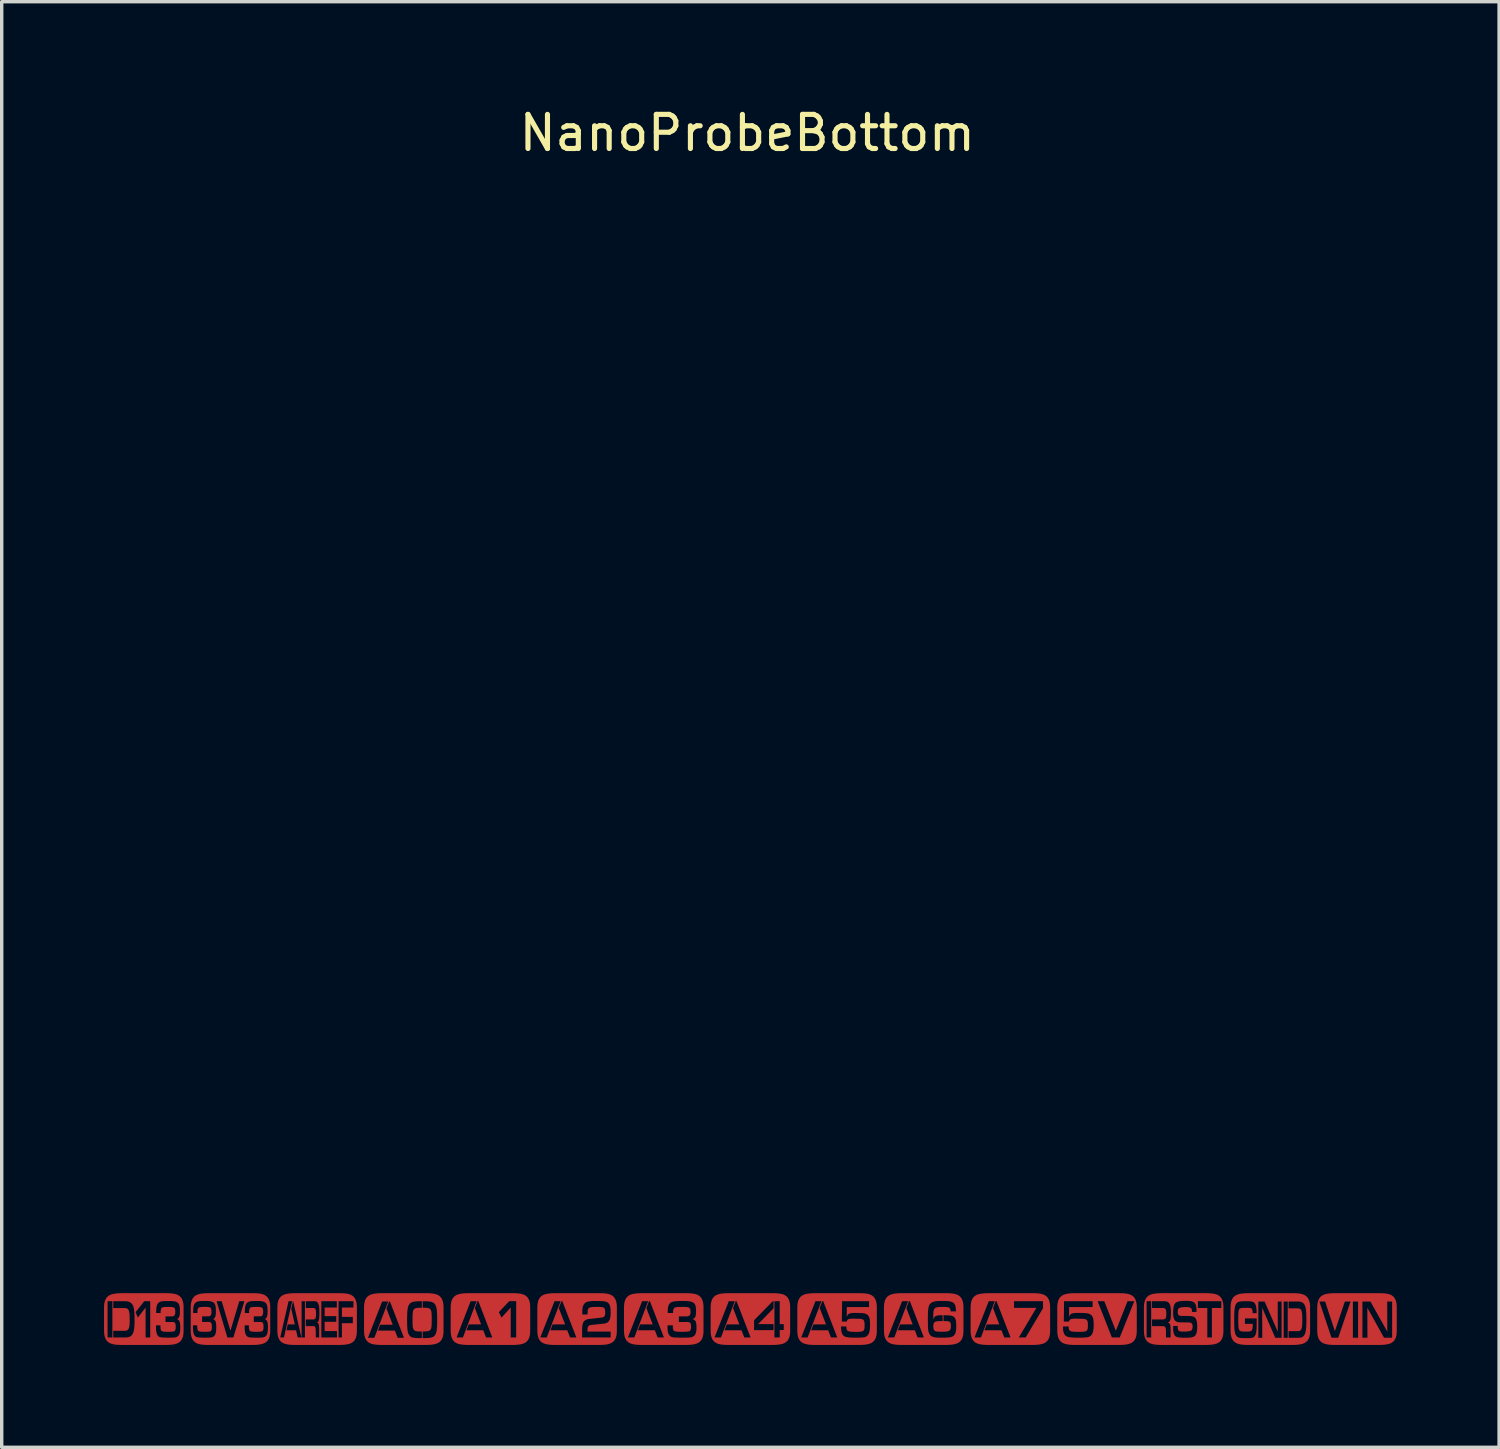
<source format=kicad_pcb>
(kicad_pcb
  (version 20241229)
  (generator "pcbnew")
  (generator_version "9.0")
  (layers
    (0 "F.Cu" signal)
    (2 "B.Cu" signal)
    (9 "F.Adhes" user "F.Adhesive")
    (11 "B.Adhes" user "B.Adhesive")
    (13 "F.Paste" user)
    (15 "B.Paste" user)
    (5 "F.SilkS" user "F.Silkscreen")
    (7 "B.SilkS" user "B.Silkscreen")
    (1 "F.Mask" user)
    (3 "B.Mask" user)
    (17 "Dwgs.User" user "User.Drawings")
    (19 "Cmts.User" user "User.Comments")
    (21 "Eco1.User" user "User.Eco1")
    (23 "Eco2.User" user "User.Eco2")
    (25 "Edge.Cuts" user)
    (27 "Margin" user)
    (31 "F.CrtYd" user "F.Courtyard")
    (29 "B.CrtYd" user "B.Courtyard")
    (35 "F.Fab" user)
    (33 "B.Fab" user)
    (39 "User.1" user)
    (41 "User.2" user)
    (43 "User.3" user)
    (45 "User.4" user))
  (footprint "NanoProbeBottom"
    (layer "F.Cu")
    (at 19.006 34.987)
    (property "Reference" "NanoProbeBottom" (at -0.152 -34.139 0) (unlocked yes) (layer "F.SilkS") (effects (font (size 1 1) (thickness 0.15))))
    (attr smd)
    (fp_rect (start -18.656 0.229) (end -17.005 0.991) (stroke (width 0.6) (type solid)) (fill yes) (layer "F.Mask"))
    (fp_rect (start -16.104 0.254) (end -14.453 1.016) (stroke (width 0.6) (type solid)) (fill yes) (layer "F.Mask"))
    (fp_rect (start -13.576 0.254) (end -11.925 1.016) (stroke (width 0.6) (type solid)) (fill yes) (layer "F.Mask"))
    (fp_rect (start -11.036 0.254) (end -9.385 1.016) (stroke (width 0.6) (type solid)) (fill yes) (layer "F.Mask"))
    (fp_rect (start -8.496 0.254) (end -6.845 1.016) (stroke (width 0.6) (type solid)) (fill yes) (layer "F.Mask"))
    (fp_rect (start -5.956 0.254) (end -4.305 1.016) (stroke (width 0.6) (type solid)) (fill yes) (layer "F.Mask"))
    (fp_rect (start -3.416 0.254) (end -1.765 1.016) (stroke (width 0.6) (type solid)) (fill yes) (layer "F.Mask"))
    (fp_rect (start -0.826 0.279) (end 0.826 1.041) (stroke (width 0.6) (type solid)) (fill yes) (layer "F.Mask"))
    (fp_rect (start 1.664 0.254) (end 3.315 1.016) (stroke (width 0.6) (type solid)) (fill yes) (layer "F.Mask"))
    (fp_rect (start 4.204 0.254) (end 5.855 1.016) (stroke (width 0.6) (type solid)) (fill yes) (layer "F.Mask"))
    (fp_rect (start 6.744 0.254) (end 8.395 1.016) (stroke (width 0.6) (type solid)) (fill yes) (layer "F.Mask"))
    (fp_rect (start 9.284 0.254) (end 10.935 1.016) (stroke (width 0.6) (type solid)) (fill yes) (layer "F.Mask"))
    (fp_rect (start 11.824 0.229) (end 13.5 1.016) (stroke (width 0.6) (type solid)) (fill yes) (layer "F.Mask"))
    (fp_rect (start 14.364 0.254) (end 16.015 1.016) (stroke (width 0.6) (type solid)) (fill yes) (layer "F.Mask"))
    (fp_rect (start 16.904 0.254) (end 18.555 1.016) (stroke (width 0.6) (type solid)) (fill yes) (layer "F.Mask"))
    (pad "1" smd custom (at -17.78 0) (size 0.1 0.1) (layers "F.Cu" "F.Mask" "F.Paste") (options (anchor circle)) (primitives (gr_poly (pts (xy -0.05 -0.02) (xy -0.048 -0.031) (xy -0.041 -0.041) (xy -0.031 -0.048) (xy -0.02 -0.05) (xy 0.02 -0.05) (xy 0.031 -0.048) (xy 0.041 -0.041) (xy 0.048 -0.031) (xy 0.05 -0.02) (xy 0.05 0.02) (xy 0.048 0.031) (xy 0.041 0.041) (xy 0.031 0.048) (xy 0.02 0.05) (xy -0.02 0.05) (xy -0.031 0.048) (xy -0.041 0.041) (xy -0.048 0.031) (xy -0.05 0.02)) (width 0) (fill yes)) (gr_poly (pts (xy 0.643 -0.131) (xy 0.7 -0.129) (xy 0.754 -0.125) (xy 0.805 -0.118) (xy 0.83 -0.114) (xy 0.853 -0.109) (xy 0.876 -0.103) (xy 0.898 -0.096) (xy 0.919 -0.088) (xy 0.939 -0.078) (xy 0.958 -0.068) (xy 0.976 -0.056) (xy 0.993 -0.043) (xy 1.009 -0.028) (xy 1.024 -0.012) (xy 1.037 0.006) (xy 1.05 0.026) (xy 1.061 0.047) (xy 1.071 0.07) (xy 1.08 0.096) (xy 1.088 0.123) (xy 1.094 0.152) (xy 1.099 0.184) (xy 1.103 0.217) (xy 1.105 0.253) (xy 1.105 0.292) (xy 1.105 0.962) (xy 1.105 1.001) (xy 1.103 1.037) (xy 1.099 1.07) (xy 1.094 1.102) (xy 1.088 1.131) (xy 1.08 1.159) (xy 1.071 1.184) (xy 1.061 1.207) (xy 1.049 1.228) (xy 1.036 1.248) (xy 1.022 1.266) (xy 1.007 1.282) (xy 0.99 1.297) (xy 0.973 1.31) (xy 0.954 1.322) (xy 0.934 1.333) (xy 0.913 1.342) (xy 0.891 1.35) (xy 0.843 1.363) (xy 0.792 1.373) (xy 0.737 1.379) (xy 0.678 1.383) (xy 0.615 1.385) (xy 0.481 1.386) (xy -0.601 1.386) (xy -0.736 1.385) (xy -0.798 1.383) (xy -0.857 1.379) (xy -0.912 1.373) (xy -0.938 1.368) (xy -0.963 1.363) (xy -0.988 1.357) (xy -1.011 1.35) (xy -1.033 1.342) (xy -1.054 1.333) (xy -1.074 1.322) (xy -1.093 1.31) (xy -1.11 1.297) (xy -1.127 1.282) (xy -1.142 1.266) (xy -1.156 1.248) (xy -1.169 1.228) (xy -1.181 1.207) (xy -1.191 1.184) (xy -1.198 1.166) (xy -1.123 1.166) (xy -0.982 1.166) (xy -0.982 0.304) (xy -0.956 0.304) (xy -0.633 0.304) (xy -0.609 0.305) (xy -0.588 0.307) (xy -0.569 0.311) (xy -0.56 0.314) (xy -0.552 0.318) (xy -0.545 0.322) (xy -0.538 0.326) (xy -0.531 0.332) (xy -0.525 0.338) (xy -0.519 0.345) (xy -0.514 0.352) (xy -0.509 0.361) (xy -0.504 0.37) (xy -0.496 0.391) (xy -0.49 0.416) (xy -0.485 0.445) (xy -0.481 0.478) (xy -0.478 0.515) (xy -0.476 0.558) (xy -0.475 0.605) (xy -0.474 0.657) (xy -0.475 0.687) (xy -0.475 0.715) (xy -0.476 0.741) (xy -0.477 0.766) (xy -0.479 0.788) (xy -0.481 0.809) (xy -0.483 0.828) (xy -0.486 0.846) (xy -0.489 0.862) (xy -0.493 0.877) (xy -0.497 0.89) (xy -0.502 0.902) (xy -0.504 0.907) (xy -0.507 0.912) (xy -0.509 0.917) (xy -0.512 0.921) (xy -0.515 0.926) (xy -0.518 0.929) (xy -0.521 0.933) (xy -0.525 0.936) (xy -0.529 0.941) (xy -0.534 0.945) (xy -0.54 0.948) (xy -0.545 0.952) (xy -0.551 0.955) (xy -0.557 0.958) (xy -0.563 0.96) (xy -0.569 0.963) (xy -0.576 0.965) (xy -0.583 0.967) (xy -0.591 0.968) (xy -0.598 0.969) (xy -0.606 0.97) (xy -0.615 0.971) (xy -0.624 0.971) (xy -0.633 0.971) (xy -0.956 0.971) (xy -0.956 1.166) (xy -0.601 1.166) (xy -0.583 1.165) (xy -0.565 1.164) (xy -0.548 1.163) (xy -0.531 1.16) (xy -0.524 1.159) (xy -0.516 1.157) (xy -0.509 1.155) (xy -0.501 1.153) (xy -0.494 1.151) (xy -0.488 1.149) (xy -0.481 1.146) (xy -0.475 1.144) (xy -0.468 1.141) (xy -0.462 1.138) (xy -0.456 1.134) (xy -0.451 1.131) (xy -0.445 1.127) (xy -0.44 1.123) (xy -0.435 1.119) (xy -0.43 1.115) (xy -0.425 1.111) (xy -0.42 1.106) (xy -0.416 1.102) (xy -0.411 1.097) (xy -0.407 1.092) (xy -0.403 1.086) (xy -0.399 1.081) (xy -0.396 1.075) (xy -0.387 1.06) (xy -0.379 1.045) (xy -0.372 1.028) (xy -0.366 1.01) (xy -0.36 0.99) (xy -0.355 0.969) (xy -0.35 0.946) (xy -0.346 0.921) (xy -0.343 0.895) (xy -0.339 0.866) (xy -0.335 0.803) (xy -0.332 0.73) (xy -0.332 0.646) (xy -0.332 0.564) (xy -0.333 0.526) (xy -0.334 0.491) (xy -0.336 0.458) (xy -0.338 0.428) (xy -0.339 0.423) (xy -0.302 0.423) (xy -0.236 0.584) (xy -0.008 0.288) (xy -0.008 1.166) (xy 0.127 1.166) (xy 0.127 0.874) (xy 0.296 0.874) (xy 0.297 0.904) (xy 0.297 0.918) (xy 0.298 0.932) (xy 0.299 0.945) (xy 0.3 0.958) (xy 0.302 0.971) (xy 0.303 0.983) (xy 0.305 0.995) (xy 0.307 1.006) (xy 0.309 1.017) (xy 0.312 1.028) (xy 0.315 1.038) (xy 0.318 1.048) (xy 0.321 1.057) (xy 0.324 1.066) (xy 0.328 1.075) (xy 0.332 1.083) (xy 0.336 1.091) (xy 0.34 1.098) (xy 0.345 1.105) (xy 0.349 1.112) (xy 0.354 1.118) (xy 0.36 1.123) (xy 0.365 1.129) (xy 0.371 1.134) (xy 0.376 1.138) (xy 0.382 1.142) (xy 0.389 1.146) (xy 0.395 1.149) (xy 0.402 1.152) (xy 0.409 1.155) (xy 0.427 1.159) (xy 0.448 1.163) (xy 0.473 1.166) (xy 0.503 1.168) (xy 0.538 1.17) (xy 0.581 1.171) (xy 0.631 1.172) (xy 0.69 1.172) (xy 0.721 1.172) (xy 0.749 1.171) (xy 0.775 1.171) (xy 0.798 1.17) (xy 0.819 1.168) (xy 0.836 1.167) (xy 0.851 1.165) (xy 0.858 1.164) (xy 0.864 1.162) (xy 0.872 1.161) (xy 0.88 1.158) (xy 0.888 1.156) (xy 0.896 1.153) (xy 0.904 1.15) (xy 0.911 1.146) (xy 0.918 1.143) (xy 0.924 1.139) (xy 0.931 1.135) (xy 0.937 1.13) (xy 0.942 1.126) (xy 0.948 1.121) (xy 0.953 1.116) (xy 0.957 1.11) (xy 0.961 1.105) (xy 0.963 1.102) (xy 0.965 1.099) (xy 0.971 1.09) (xy 0.976 1.08) (xy 0.98 1.07) (xy 0.985 1.059) (xy 0.989 1.048) (xy 0.992 1.036) (xy 0.995 1.023) (xy 0.998 1.009) (xy 1 0.994) (xy 1.003 0.979) (xy 1.004 0.963) (xy 1.006 0.946) (xy 1.008 0.909) (xy 1.008 0.868) (xy 1.008 0.852) (xy 1.008 0.836) (xy 1.007 0.821) (xy 1.006 0.806) (xy 1.005 0.792) (xy 1.004 0.779) (xy 1.003 0.766) (xy 1.001 0.754) (xy 0.999 0.742) (xy 0.997 0.732) (xy 0.995 0.722) (xy 0.992 0.712) (xy 0.99 0.704) (xy 0.987 0.696) (xy 0.984 0.689) (xy 0.981 0.683) (xy 0.977 0.678) (xy 0.974 0.673) (xy 0.971 0.668) (xy 0.967 0.664) (xy 0.964 0.66) (xy 0.96 0.656) (xy 0.956 0.652) (xy 0.952 0.649) (xy 0.948 0.646) (xy 0.943 0.643) (xy 0.938 0.639) (xy 0.933 0.637) (xy 0.927 0.634) (xy 0.922 0.631) (xy 0.915 0.628) (xy 0.908 0.626) (xy 0.92 0.621) (xy 0.931 0.616) (xy 0.941 0.61) (xy 0.95 0.603) (xy 0.959 0.594) (xy 0.966 0.585) (xy 0.972 0.574) (xy 0.978 0.561) (xy 0.983 0.547) (xy 0.987 0.532) (xy 0.99 0.515) (xy 0.993 0.496) (xy 0.995 0.476) (xy 0.996 0.453) (xy 0.997 0.429) (xy 0.997 0.402) (xy 0.997 0.356) (xy 0.995 0.315) (xy 0.991 0.278) (xy 0.988 0.261) (xy 0.985 0.245) (xy 0.982 0.23) (xy 0.977 0.216) (xy 0.973 0.204) (xy 0.967 0.192) (xy 0.961 0.18) (xy 0.954 0.17) (xy 0.946 0.161) (xy 0.938 0.152) (xy 0.929 0.144) (xy 0.919 0.137) (xy 0.908 0.131) (xy 0.896 0.125) (xy 0.883 0.12) (xy 0.869 0.115) (xy 0.855 0.111) (xy 0.839 0.108) (xy 0.804 0.103) (xy 0.765 0.099) (xy 0.721 0.097) (xy 0.672 0.097) (xy 0.639 0.097) (xy 0.609 0.097) (xy 0.581 0.098) (xy 0.556 0.099) (xy 0.533 0.1) (xy 0.512 0.102) (xy 0.494 0.104) (xy 0.477 0.106) (xy 0.459 0.109) (xy 0.443 0.113) (xy 0.428 0.118) (xy 0.42 0.12) (xy 0.413 0.123) (xy 0.407 0.126) (xy 0.4 0.129) (xy 0.394 0.133) (xy 0.388 0.136) (xy 0.383 0.14) (xy 0.377 0.144) (xy 0.372 0.148) (xy 0.367 0.153) (xy 0.362 0.158) (xy 0.358 0.163) (xy 0.353 0.168) (xy 0.349 0.174) (xy 0.345 0.179) (xy 0.341 0.185) (xy 0.338 0.192) (xy 0.334 0.198) (xy 0.328 0.212) (xy 0.323 0.227) (xy 0.318 0.243) (xy 0.314 0.261) (xy 0.31 0.276) (xy 0.308 0.293) (xy 0.306 0.311) (xy 0.304 0.331) (xy 0.303 0.355) (xy 0.302 0.381) (xy 0.302 0.413) (xy 0.302 0.449) (xy 0.433 0.449) (xy 0.433 0.423) (xy 0.433 0.422) (xy 0.433 0.408) (xy 0.433 0.396) (xy 0.434 0.384) (xy 0.435 0.372) (xy 0.437 0.362) (xy 0.438 0.357) (xy 0.439 0.352) (xy 0.44 0.347) (xy 0.441 0.343) (xy 0.443 0.339) (xy 0.444 0.334) (xy 0.445 0.33) (xy 0.447 0.326) (xy 0.449 0.323) (xy 0.45 0.319) (xy 0.452 0.316) (xy 0.454 0.313) (xy 0.456 0.309) (xy 0.458 0.306) (xy 0.461 0.304) (xy 0.463 0.301) (xy 0.466 0.298) (xy 0.468 0.296) (xy 0.471 0.294) (xy 0.473 0.292) (xy 0.476 0.29) (xy 0.479 0.288) (xy 0.484 0.285) (xy 0.489 0.283) (xy 0.495 0.281) (xy 0.502 0.28) (xy 0.518 0.277) (xy 0.538 0.274) (xy 0.563 0.272) (xy 0.592 0.271) (xy 0.627 0.271) (xy 0.668 0.27) (xy 0.687 0.27) (xy 0.704 0.271) (xy 0.72 0.271) (xy 0.734 0.272) (xy 0.748 0.273) (xy 0.76 0.274) (xy 0.771 0.275) (xy 0.781 0.276) (xy 0.791 0.278) (xy 0.799 0.28) (xy 0.803 0.282) (xy 0.806 0.283) (xy 0.81 0.284) (xy 0.813 0.286) (xy 0.817 0.287) (xy 0.82 0.289) (xy 0.822 0.291) (xy 0.825 0.292) (xy 0.828 0.294) (xy 0.831 0.296) (xy 0.833 0.298) (xy 0.835 0.3) (xy 0.838 0.304) (xy 0.841 0.308) (xy 0.844 0.312) (xy 0.847 0.317) (xy 0.849 0.322) (xy 0.851 0.328) (xy 0.853 0.335) (xy 0.855 0.341) (xy 0.857 0.349) (xy 0.858 0.356) (xy 0.859 0.365) (xy 0.86 0.373) (xy 0.861 0.382) (xy 0.861 0.392) (xy 0.862 0.402) (xy 0.862 0.412) (xy 0.862 0.43) (xy 0.861 0.447) (xy 0.86 0.455) (xy 0.859 0.462) (xy 0.858 0.469) (xy 0.857 0.476) (xy 0.855 0.482) (xy 0.854 0.488) (xy 0.852 0.494) (xy 0.85 0.499) (xy 0.848 0.504) (xy 0.845 0.509) (xy 0.843 0.513) (xy 0.84 0.517) (xy 0.837 0.521) (xy 0.834 0.525) (xy 0.83 0.528) (xy 0.826 0.531) (xy 0.823 0.534) (xy 0.818 0.536) (xy 0.814 0.539) (xy 0.809 0.54) (xy 0.804 0.542) (xy 0.799 0.544) (xy 0.794 0.545) (xy 0.788 0.546) (xy 0.782 0.547) (xy 0.776 0.547) (xy 0.77 0.547) (xy 0.763 0.548) (xy 0.575 0.548) (xy 0.575 0.712) (xy 0.769 0.712) (xy 0.777 0.712) (xy 0.784 0.712) (xy 0.791 0.712) (xy 0.797 0.713) (xy 0.803 0.713) (xy 0.808 0.714) (xy 0.813 0.715) (xy 0.817 0.716) (xy 0.822 0.717) (xy 0.826 0.718) (xy 0.829 0.72) (xy 0.833 0.722) (xy 0.836 0.724) (xy 0.84 0.726) (xy 0.843 0.728) (xy 0.846 0.731) (xy 0.85 0.734) (xy 0.853 0.738) (xy 0.856 0.742) (xy 0.858 0.747) (xy 0.861 0.753) (xy 0.863 0.759) (xy 0.865 0.766) (xy 0.867 0.774) (xy 0.868 0.782) (xy 0.87 0.79) (xy 0.871 0.799) (xy 0.872 0.809) (xy 0.873 0.819) (xy 0.873 0.83) (xy 0.874 0.841) (xy 0.874 0.853) (xy 0.874 0.869) (xy 0.873 0.883) (xy 0.873 0.889) (xy 0.872 0.896) (xy 0.872 0.902) (xy 0.871 0.908) (xy 0.87 0.914) (xy 0.87 0.919) (xy 0.869 0.924) (xy 0.868 0.929) (xy 0.867 0.934) (xy 0.865 0.938) (xy 0.864 0.943) (xy 0.863 0.947) (xy 0.861 0.95) (xy 0.86 0.954) (xy 0.858 0.958) (xy 0.856 0.961) (xy 0.854 0.964) (xy 0.852 0.967) (xy 0.85 0.97) (xy 0.847 0.972) (xy 0.845 0.975) (xy 0.842 0.977) (xy 0.84 0.979) (xy 0.837 0.981) (xy 0.834 0.983) (xy 0.831 0.984) (xy 0.828 0.986) (xy 0.824 0.987) (xy 0.82 0.989) (xy 0.815 0.99) (xy 0.802 0.992) (xy 0.786 0.995) (xy 0.767 0.996) (xy 0.744 0.998) (xy 0.719 0.999) (xy 0.689 1) (xy 0.657 1) (xy 0.618 1) (xy 0.584 0.999) (xy 0.554 0.998) (xy 0.528 0.996) (xy 0.516 0.994) (xy 0.506 0.992) (xy 0.496 0.99) (xy 0.487 0.988) (xy 0.479 0.985) (xy 0.471 0.981) (xy 0.465 0.978) (xy 0.459 0.973) (xy 0.454 0.968) (xy 0.449 0.963) (xy 0.445 0.957) (xy 0.441 0.95) (xy 0.438 0.943) (xy 0.436 0.935) (xy 0.433 0.926) (xy 0.432 0.917) (xy 0.43 0.906) (xy 0.429 0.895) (xy 0.428 0.871) (xy 0.427 0.842) (xy 0.427 0.81) (xy 0.297 0.81) (xy 0.297 0.832) (xy 0.296 0.851) (xy 0.296 0.865) (xy 0.296 0.874) (xy 0.127 0.874) (xy 0.127 0.103) (xy -0.046 0.103) (xy -0.302 0.423) (xy -0.339 0.423) (xy -0.341 0.399) (xy -0.344 0.372) (xy -0.347 0.348) (xy -0.351 0.325) (xy -0.355 0.304) (xy -0.36 0.284) (xy -0.365 0.266) (xy -0.371 0.249) (xy -0.377 0.234) (xy -0.384 0.219) (xy -0.392 0.205) (xy -0.401 0.192) (xy -0.41 0.18) (xy -0.421 0.168) (xy -0.432 0.158) (xy -0.445 0.148) (xy -0.458 0.14) (xy -0.472 0.132) (xy -0.487 0.125) (xy -0.502 0.119) (xy -0.519 0.114) (xy -0.537 0.11) (xy -0.555 0.107) (xy -0.574 0.105) (xy -0.595 0.103) (xy -0.616 0.103) (xy -0.956 0.103) (xy -0.956 0.304) (xy -0.982 0.304) (xy -0.982 0.103) (xy -1.123 0.103) (xy -1.123 1.166) (xy -1.198 1.166) (xy -1.2 1.159) (xy -1.208 1.131) (xy -1.214 1.102) (xy -1.219 1.07) (xy -1.223 1.037) (xy -1.225 1.001) (xy -1.226 0.962) (xy -1.226 0.292) (xy -1.225 0.253) (xy -1.223 0.217) (xy -1.219 0.184) (xy -1.214 0.152) (xy -1.208 0.123) (xy -1.2 0.096) (xy -1.191 0.07) (xy -1.181 0.047) (xy -1.169 0.026) (xy -1.156 0.006) (xy -1.142 -0.012) (xy -1.127 -0.028) (xy -1.11 -0.043) (xy -1.093 -0.056) (xy -1.074 -0.068) (xy -1.054 -0.078) (xy -1.033 -0.088) (xy -1.011 -0.096) (xy -0.963 -0.109) (xy -0.912 -0.118) (xy -0.857 -0.125) (xy -0.798 -0.129) (xy -0.736 -0.131) (xy -0.601 -0.131) (xy 0.523 -0.131)) (width 0) (fill yes))))
    (pad "1" smd rect (at -17.78 1.27) (size 0.12 0.06) (layers "F.Cu" "F.Mask" "F.Paste"))
    (pad "2" smd custom (at -15.24 0) (size 0.1 0.1) (layers "F.Cu" "F.Mask" "F.Paste") (options (anchor circle)) (primitives (gr_poly (pts (xy -0.05 -0.02) (xy -0.048 -0.031) (xy -0.041 -0.041) (xy -0.031 -0.048) (xy -0.02 -0.05) (xy 0.02 -0.05) (xy 0.031 -0.048) (xy 0.041 -0.041) (xy 0.048 -0.031) (xy 0.05 -0.02) (xy 0.05 0.02) (xy 0.048 0.031) (xy 0.041 0.041) (xy 0.031 0.048) (xy 0.02 0.05) (xy -0.02 0.05) (xy -0.031 0.048) (xy -0.041 0.041) (xy -0.048 0.031) (xy -0.05 0.02)) (width 0) (fill yes)) (gr_poly (pts (xy 0.643 -0.131) (xy 0.7 -0.129) (xy 0.754 -0.125) (xy 0.805 -0.118) (xy 0.83 -0.114) (xy 0.853 -0.109) (xy 0.876 -0.103) (xy 0.898 -0.096) (xy 0.919 -0.088) (xy 0.939 -0.078) (xy 0.958 -0.068) (xy 0.976 -0.056) (xy 0.993 -0.043) (xy 1.009 -0.028) (xy 1.024 -0.012) (xy 1.037 0.006) (xy 1.05 0.026) (xy 1.061 0.047) (xy 1.071 0.07) (xy 1.08 0.096) (xy 1.088 0.123) (xy 1.094 0.152) (xy 1.099 0.184) (xy 1.103 0.217) (xy 1.105 0.253) (xy 1.105 0.292) (xy 1.105 0.962) (xy 1.105 1.001) (xy 1.103 1.037) (xy 1.099 1.07) (xy 1.094 1.102) (xy 1.088 1.131) (xy 1.08 1.159) (xy 1.071 1.184) (xy 1.061 1.207) (xy 1.049 1.228) (xy 1.036 1.248) (xy 1.022 1.266) (xy 1.007 1.282) (xy 0.99 1.297) (xy 0.972 1.31) (xy 0.954 1.322) (xy 0.934 1.333) (xy 0.913 1.342) (xy 0.891 1.35) (xy 0.843 1.363) (xy 0.792 1.373) (xy 0.737 1.379) (xy 0.678 1.383) (xy 0.615 1.385) (xy 0.481 1.386) (xy -0.601 1.386) (xy -0.736 1.385) (xy -0.798 1.383) (xy -0.857 1.379) (xy -0.912 1.373) (xy -0.938 1.368) (xy -0.964 1.363) (xy -0.988 1.357) (xy -1.011 1.35) (xy -1.033 1.342) (xy -1.054 1.333) (xy -1.074 1.322) (xy -1.093 1.31) (xy -1.11 1.297) (xy -1.127 1.282) (xy -1.142 1.266) (xy -1.156 1.248) (xy -1.169 1.228) (xy -1.181 1.207) (xy -1.191 1.184) (xy -1.2 1.159) (xy -1.208 1.131) (xy -1.214 1.102) (xy -1.219 1.07) (xy -1.223 1.037) (xy -1.225 1.001) (xy -1.226 0.962) (xy -1.226 0.874) (xy -1.16 0.874) (xy -1.16 0.904) (xy -1.158 0.932) (xy -1.157 0.945) (xy -1.156 0.958) (xy -1.155 0.971) (xy -1.153 0.983) (xy -1.151 0.995) (xy -1.149 1.006) (xy -1.147 1.017) (xy -1.145 1.028) (xy -1.142 1.038) (xy -1.139 1.048) (xy -1.136 1.057) (xy -1.133 1.066) (xy -1.13 1.075) (xy -1.126 1.083) (xy -1.122 1.091) (xy -1.118 1.098) (xy -1.113 1.105) (xy -1.109 1.111) (xy -1.104 1.118) (xy -1.099 1.123) (xy -1.094 1.129) (xy -1.089 1.134) (xy -1.083 1.138) (xy -1.077 1.142) (xy -1.071 1.146) (xy -1.065 1.149) (xy -1.059 1.152) (xy -1.052 1.155) (xy -1.035 1.159) (xy -1.015 1.163) (xy -0.991 1.166) (xy -0.962 1.168) (xy -0.928 1.17) (xy -0.887 1.171) (xy -0.839 1.172) (xy -0.783 1.172) (xy -0.753 1.172) (xy -0.726 1.171) (xy -0.701 1.171) (xy -0.679 1.17) (xy -0.659 1.168) (xy -0.642 1.167) (xy -0.628 1.165) (xy -0.621 1.164) (xy -0.616 1.162) (xy -0.608 1.161) (xy -0.6 1.158) (xy -0.592 1.156) (xy -0.585 1.153) (xy -0.578 1.15) (xy -0.571 1.146) (xy -0.564 1.143) (xy -0.558 1.139) (xy -0.552 1.135) (xy -0.546 1.13) (xy -0.54 1.126) (xy -0.535 1.121) (xy -0.531 1.116) (xy -0.526 1.11) (xy -0.524 1.107) (xy -0.522 1.105) (xy -0.52 1.102) (xy -0.519 1.099) (xy -0.513 1.09) (xy -0.508 1.08) (xy -0.504 1.07) (xy -0.5 1.059) (xy -0.496 1.048) (xy -0.493 1.036) (xy -0.49 1.023) (xy -0.487 1.009) (xy -0.485 0.994) (xy -0.483 0.979) (xy -0.481 0.963) (xy -0.48 0.946) (xy -0.478 0.909) (xy -0.477 0.868) (xy -0.477 0.851) (xy -0.478 0.836) (xy -0.478 0.821) (xy -0.479 0.806) (xy -0.48 0.792) (xy -0.481 0.779) (xy -0.483 0.766) (xy -0.484 0.754) (xy -0.486 0.742) (xy -0.488 0.731) (xy -0.49 0.721) (xy -0.493 0.712) (xy -0.495 0.704) (xy -0.498 0.696) (xy -0.501 0.689) (xy -0.504 0.683) (xy -0.507 0.678) (xy -0.51 0.673) (xy -0.513 0.668) (xy -0.517 0.664) (xy -0.52 0.66) (xy -0.523 0.656) (xy -0.527 0.652) (xy -0.531 0.649) (xy -0.535 0.645) (xy -0.54 0.642) (xy -0.544 0.639) (xy -0.549 0.636) (xy -0.555 0.634) (xy -0.56 0.631) (xy -0.566 0.628) (xy -0.573 0.625) (xy -0.561 0.621) (xy -0.551 0.616) (xy -0.541 0.61) (xy -0.533 0.602) (xy -0.525 0.594) (xy -0.518 0.584) (xy -0.512 0.573) (xy -0.506 0.561) (xy -0.502 0.547) (xy -0.498 0.532) (xy -0.495 0.515) (xy -0.492 0.496) (xy -0.49 0.476) (xy -0.489 0.453) (xy -0.488 0.429) (xy -0.488 0.402) (xy -0.488 0.356) (xy -0.49 0.315) (xy -0.494 0.278) (xy -0.496 0.261) (xy -0.499 0.245) (xy -0.503 0.23) (xy -0.507 0.216) (xy -0.512 0.203) (xy -0.517 0.191) (xy -0.523 0.18) (xy -0.529 0.17) (xy -0.537 0.161) (xy -0.545 0.152) (xy -0.554 0.144) (xy -0.563 0.137) (xy -0.574 0.131) (xy -0.585 0.125) (xy -0.597 0.12) (xy -0.61 0.115) (xy -0.625 0.111) (xy -0.64 0.108) (xy -0.656 0.105) (xy -0.67 0.103) (xy -0.468 0.103) (xy -0.151 1.166) (xy 0.024 1.166) (xy 0.113 0.874) (xy 0.355 0.874) (xy 0.355 0.904) (xy 0.357 0.932) (xy 0.358 0.945) (xy 0.359 0.958) (xy 0.36 0.971) (xy 0.362 0.983) (xy 0.364 0.995) (xy 0.366 1.006) (xy 0.368 1.017) (xy 0.37 1.028) (xy 0.373 1.038) (xy 0.376 1.048) (xy 0.379 1.057) (xy 0.382 1.066) (xy 0.385 1.075) (xy 0.389 1.083) (xy 0.393 1.091) (xy 0.397 1.098) (xy 0.401 1.105) (xy 0.406 1.111) (xy 0.411 1.118) (xy 0.416 1.123) (xy 0.421 1.129) (xy 0.426 1.134) (xy 0.432 1.138) (xy 0.438 1.142) (xy 0.444 1.146) (xy 0.45 1.149) (xy 0.456 1.152) (xy 0.463 1.155) (xy 0.48 1.159) (xy 0.5 1.163) (xy 0.524 1.166) (xy 0.553 1.168) (xy 0.587 1.17) (xy 0.628 1.171) (xy 0.676 1.172) (xy 0.732 1.172) (xy 0.762 1.172) (xy 0.789 1.171) (xy 0.814 1.171) (xy 0.836 1.17) (xy 0.856 1.168) (xy 0.873 1.167) (xy 0.887 1.165) (xy 0.893 1.164) (xy 0.899 1.162) (xy 0.907 1.161) (xy 0.915 1.158) (xy 0.923 1.156) (xy 0.93 1.153) (xy 0.937 1.15) (xy 0.944 1.146) (xy 0.951 1.143) (xy 0.957 1.139) (xy 0.963 1.135) (xy 0.969 1.13) (xy 0.975 1.126) (xy 0.98 1.121) (xy 0.984 1.116) (xy 0.989 1.11) (xy 0.991 1.107) (xy 0.993 1.105) (xy 0.995 1.102) (xy 0.996 1.099) (xy 1.002 1.09) (xy 1.007 1.08) (xy 1.011 1.07) (xy 1.015 1.059) (xy 1.019 1.048) (xy 1.022 1.036) (xy 1.025 1.023) (xy 1.028 1.009) (xy 1.03 0.994) (xy 1.032 0.979) (xy 1.034 0.963) (xy 1.035 0.946) (xy 1.037 0.909) (xy 1.038 0.868) (xy 1.038 0.851) (xy 1.037 0.836) (xy 1.037 0.821) (xy 1.036 0.806) (xy 1.035 0.792) (xy 1.034 0.779) (xy 1.032 0.766) (xy 1.031 0.754) (xy 1.029 0.742) (xy 1.027 0.731) (xy 1.025 0.721) (xy 1.022 0.712) (xy 1.02 0.704) (xy 1.017 0.696) (xy 1.014 0.689) (xy 1.011 0.683) (xy 1.008 0.678) (xy 1.005 0.673) (xy 1.002 0.668) (xy 0.998 0.664) (xy 0.995 0.66) (xy 0.992 0.656) (xy 0.988 0.652) (xy 0.984 0.649) (xy 0.98 0.645) (xy 0.975 0.642) (xy 0.971 0.639) (xy 0.966 0.636) (xy 0.96 0.634) (xy 0.955 0.631) (xy 0.949 0.628) (xy 0.942 0.625) (xy 0.954 0.621) (xy 0.964 0.616) (xy 0.974 0.61) (xy 0.982 0.602) (xy 0.99 0.594) (xy 0.997 0.584) (xy 1.003 0.573) (xy 1.009 0.561) (xy 1.013 0.547) (xy 1.017 0.532) (xy 1.02 0.515) (xy 1.023 0.496) (xy 1.025 0.476) (xy 1.026 0.453) (xy 1.027 0.429) (xy 1.027 0.402) (xy 1.027 0.356) (xy 1.025 0.315) (xy 1.021 0.278) (xy 1.019 0.261) (xy 1.016 0.245) (xy 1.012 0.23) (xy 1.008 0.216) (xy 1.003 0.203) (xy 0.998 0.191) (xy 0.992 0.18) (xy 0.986 0.17) (xy 0.978 0.161) (xy 0.97 0.152) (xy 0.961 0.144) (xy 0.952 0.137) (xy 0.941 0.131) (xy 0.93 0.125) (xy 0.918 0.12) (xy 0.905 0.115) (xy 0.89 0.111) (xy 0.875 0.108) (xy 0.859 0.105) (xy 0.842 0.102) (xy 0.804 0.099) (xy 0.762 0.097) (xy 0.715 0.096) (xy 0.683 0.097) (xy 0.655 0.097) (xy 0.628 0.098) (xy 0.604 0.099) (xy 0.582 0.1) (xy 0.562 0.102) (xy 0.544 0.104) (xy 0.528 0.106) (xy 0.511 0.109) (xy 0.496 0.113) (xy 0.481 0.117) (xy 0.474 0.12) (xy 0.467 0.123) (xy 0.461 0.126) (xy 0.455 0.129) (xy 0.449 0.132) (xy 0.443 0.136) (xy 0.438 0.14) (xy 0.433 0.144) (xy 0.428 0.148) (xy 0.423 0.153) (xy 0.418 0.158) (xy 0.414 0.163) (xy 0.41 0.168) (xy 0.406 0.173) (xy 0.402 0.179) (xy 0.398 0.185) (xy 0.395 0.192) (xy 0.392 0.198) (xy 0.386 0.212) (xy 0.38 0.227) (xy 0.376 0.243) (xy 0.372 0.261) (xy 0.369 0.276) (xy 0.366 0.293) (xy 0.364 0.311) (xy 0.363 0.331) (xy 0.362 0.354) (xy 0.361 0.381) (xy 0.36 0.412) (xy 0.36 0.449) (xy 0.487 0.449) (xy 0.486 0.423) (xy 0.486 0.421) (xy 0.486 0.408) (xy 0.486 0.395) (xy 0.487 0.384) (xy 0.488 0.372) (xy 0.49 0.362) (xy 0.492 0.352) (xy 0.493 0.347) (xy 0.494 0.343) (xy 0.495 0.338) (xy 0.497 0.334) (xy 0.498 0.33) (xy 0.499 0.326) (xy 0.501 0.323) (xy 0.503 0.319) (xy 0.505 0.316) (xy 0.506 0.312) (xy 0.508 0.309) (xy 0.51 0.306) (xy 0.513 0.303) (xy 0.515 0.301) (xy 0.517 0.298) (xy 0.52 0.296) (xy 0.522 0.294) (xy 0.525 0.291) (xy 0.528 0.289) (xy 0.53 0.288) (xy 0.535 0.285) (xy 0.54 0.283) (xy 0.546 0.281) (xy 0.552 0.279) (xy 0.559 0.278) (xy 0.568 0.276) (xy 0.587 0.274) (xy 0.61 0.272) (xy 0.639 0.271) (xy 0.672 0.27) (xy 0.711 0.27) (xy 0.729 0.27) (xy 0.746 0.27) (xy 0.761 0.271) (xy 0.775 0.272) (xy 0.788 0.272) (xy 0.8 0.273) (xy 0.81 0.275) (xy 0.82 0.276) (xy 0.829 0.278) (xy 0.833 0.279) (xy 0.837 0.28) (xy 0.841 0.281) (xy 0.844 0.283) (xy 0.848 0.284) (xy 0.851 0.286) (xy 0.854 0.287) (xy 0.857 0.289) (xy 0.86 0.29) (xy 0.862 0.292) (xy 0.865 0.294) (xy 0.867 0.296) (xy 0.869 0.298) (xy 0.872 0.3) (xy 0.875 0.304) (xy 0.878 0.307) (xy 0.88 0.312) (xy 0.883 0.317) (xy 0.885 0.322) (xy 0.887 0.328) (xy 0.889 0.334) (xy 0.891 0.341) (xy 0.892 0.349) (xy 0.894 0.356) (xy 0.895 0.365) (xy 0.896 0.373) (xy 0.896 0.382) (xy 0.897 0.392) (xy 0.897 0.402) (xy 0.897 0.412) (xy 0.897 0.43) (xy 0.896 0.447) (xy 0.895 0.454) (xy 0.894 0.462) (xy 0.893 0.469) (xy 0.892 0.475) (xy 0.891 0.482) (xy 0.889 0.488) (xy 0.888 0.494) (xy 0.886 0.499) (xy 0.884 0.504) (xy 0.881 0.509) (xy 0.879 0.513) (xy 0.876 0.517) (xy 0.873 0.521) (xy 0.87 0.525) (xy 0.867 0.528) (xy 0.863 0.531) (xy 0.86 0.534) (xy 0.856 0.536) (xy 0.851 0.538) (xy 0.847 0.54) (xy 0.842 0.542) (xy 0.837 0.543) (xy 0.832 0.545) (xy 0.827 0.546) (xy 0.821 0.546) (xy 0.815 0.547) (xy 0.809 0.547) (xy 0.802 0.547) (xy 0.623 0.547) (xy 0.623 0.711) (xy 0.809 0.711) (xy 0.816 0.712) (xy 0.823 0.712) (xy 0.829 0.712) (xy 0.835 0.712) (xy 0.841 0.713) (xy 0.846 0.714) (xy 0.85 0.715) (xy 0.855 0.716) (xy 0.859 0.717) (xy 0.863 0.718) (xy 0.866 0.72) (xy 0.87 0.722) (xy 0.873 0.724) (xy 0.876 0.726) (xy 0.879 0.728) (xy 0.882 0.731) (xy 0.885 0.734) (xy 0.888 0.738) (xy 0.891 0.742) (xy 0.894 0.747) (xy 0.896 0.753) (xy 0.898 0.759) (xy 0.9 0.766) (xy 0.902 0.773) (xy 0.904 0.781) (xy 0.905 0.79) (xy 0.906 0.799) (xy 0.907 0.809) (xy 0.908 0.819) (xy 0.908 0.83) (xy 0.908 0.841) (xy 0.909 0.853) (xy 0.908 0.869) (xy 0.908 0.883) (xy 0.907 0.896) (xy 0.907 0.902) (xy 0.906 0.908) (xy 0.905 0.913) (xy 0.905 0.919) (xy 0.904 0.924) (xy 0.903 0.929) (xy 0.902 0.934) (xy 0.901 0.938) (xy 0.899 0.942) (xy 0.898 0.946) (xy 0.897 0.95) (xy 0.895 0.954) (xy 0.893 0.957) (xy 0.892 0.961) (xy 0.89 0.964) (xy 0.888 0.967) (xy 0.886 0.969) (xy 0.883 0.972) (xy 0.881 0.974) (xy 0.879 0.977) (xy 0.876 0.979) (xy 0.873 0.981) (xy 0.871 0.982) (xy 0.868 0.984) (xy 0.864 0.986) (xy 0.861 0.987) (xy 0.857 0.989) (xy 0.852 0.99) (xy 0.84 0.992) (xy 0.825 0.995) (xy 0.806 0.996) (xy 0.785 0.998) (xy 0.76 0.999) (xy 0.732 1) (xy 0.701 1) (xy 0.663 1) (xy 0.63 0.999) (xy 0.602 0.998) (xy 0.577 0.996) (xy 0.566 0.994) (xy 0.556 0.992) (xy 0.546 0.99) (xy 0.538 0.988) (xy 0.53 0.985) (xy 0.523 0.981) (xy 0.517 0.978) (xy 0.511 0.973) (xy 0.506 0.968) (xy 0.501 0.963) (xy 0.497 0.957) (xy 0.494 0.95) (xy 0.491 0.943) (xy 0.488 0.935) (xy 0.486 0.926) (xy 0.485 0.916) (xy 0.483 0.906) (xy 0.482 0.895) (xy 0.481 0.871) (xy 0.48 0.842) (xy 0.48 0.81) (xy 0.356 0.81) (xy 0.355 0.832) (xy 0.355 0.85) (xy 0.355 0.874) (xy 0.113 0.874) (xy 0.348 0.103) (xy 0.198 0.103) (xy -0.062 0.971) (xy -0.318 0.103) (xy -0.468 0.103) (xy -0.67 0.103) (xy -0.673 0.102) (xy -0.711 0.099) (xy -0.753 0.097) (xy -0.8 0.096) (xy -0.832 0.097) (xy -0.86 0.097) (xy -0.887 0.098) (xy -0.911 0.099) (xy -0.933 0.1) (xy -0.953 0.102) (xy -0.971 0.104) (xy -0.987 0.106) (xy -1.004 0.109) (xy -1.02 0.113) (xy -1.034 0.117) (xy -1.041 0.12) (xy -1.048 0.123) (xy -1.054 0.126) (xy -1.06 0.129) (xy -1.066 0.132) (xy -1.072 0.136) (xy -1.077 0.14) (xy -1.082 0.144) (xy -1.087 0.148) (xy -1.092 0.153) (xy -1.097 0.158) (xy -1.101 0.163) (xy -1.105 0.168) (xy -1.109 0.173) (xy -1.113 0.179) (xy -1.117 0.185) (xy -1.12 0.192) (xy -1.123 0.198) (xy -1.129 0.212) (xy -1.135 0.227) (xy -1.139 0.243) (xy -1.143 0.261) (xy -1.146 0.276) (xy -1.149 0.293) (xy -1.151 0.311) (xy -1.152 0.331) (xy -1.153 0.354) (xy -1.154 0.381) (xy -1.155 0.412) (xy -1.155 0.449) (xy -1.028 0.449) (xy -1.029 0.423) (xy -1.029 0.421) (xy -1.029 0.408) (xy -1.029 0.395) (xy -1.028 0.384) (xy -1.027 0.372) (xy -1.025 0.362) (xy -1.023 0.352) (xy -1.022 0.347) (xy -1.021 0.343) (xy -1.02 0.338) (xy -1.018 0.334) (xy -1.017 0.33) (xy -1.015 0.326) (xy -1.014 0.323) (xy -1.012 0.319) (xy -1.01 0.316) (xy -1.008 0.312) (xy -1.006 0.309) (xy -1.004 0.306) (xy -1.002 0.303) (xy -1 0.301) (xy -0.998 0.298) (xy -0.995 0.296) (xy -0.993 0.294) (xy -0.99 0.291) (xy -0.987 0.289) (xy -0.984 0.288) (xy -0.98 0.285) (xy -0.975 0.283) (xy -0.969 0.281) (xy -0.963 0.279) (xy -0.955 0.278) (xy -0.947 0.276) (xy -0.928 0.274) (xy -0.905 0.272) (xy -0.876 0.271) (xy -0.843 0.27) (xy -0.804 0.27) (xy -0.786 0.27) (xy -0.769 0.27) (xy -0.754 0.271) (xy -0.74 0.272) (xy -0.727 0.272) (xy -0.715 0.273) (xy -0.705 0.275) (xy -0.695 0.276) (xy -0.686 0.278) (xy -0.682 0.279) (xy -0.678 0.28) (xy -0.674 0.281) (xy -0.671 0.283) (xy -0.667 0.284) (xy -0.664 0.286) (xy -0.661 0.287) (xy -0.658 0.289) (xy -0.655 0.29) (xy -0.653 0.292) (xy -0.65 0.294) (xy -0.648 0.296) (xy -0.645 0.298) (xy -0.643 0.3) (xy -0.64 0.304) (xy -0.637 0.307) (xy -0.635 0.312) (xy -0.632 0.317) (xy -0.63 0.322) (xy -0.628 0.328) (xy -0.626 0.334) (xy -0.624 0.341) (xy -0.623 0.349) (xy -0.621 0.356) (xy -0.62 0.365) (xy -0.619 0.373) (xy -0.619 0.382) (xy -0.618 0.392) (xy -0.618 0.402) (xy -0.618 0.412) (xy -0.618 0.43) (xy -0.619 0.447) (xy -0.62 0.454) (xy -0.62 0.462) (xy -0.622 0.469) (xy -0.623 0.475) (xy -0.624 0.482) (xy -0.626 0.488) (xy -0.627 0.494) (xy -0.629 0.499) (xy -0.631 0.504) (xy -0.634 0.509) (xy -0.636 0.513) (xy -0.639 0.517) (xy -0.642 0.521) (xy -0.645 0.525) (xy -0.648 0.528) (xy -0.652 0.531) (xy -0.655 0.534) (xy -0.659 0.536) (xy -0.664 0.538) (xy -0.668 0.54) (xy -0.673 0.542) (xy -0.678 0.543) (xy -0.683 0.545) (xy -0.688 0.546) (xy -0.694 0.546) (xy -0.7 0.547) (xy -0.706 0.547) (xy -0.712 0.547) (xy -0.892 0.547) (xy -0.892 0.711) (xy -0.706 0.711) (xy -0.699 0.712) (xy -0.692 0.712) (xy -0.686 0.712) (xy -0.68 0.712) (xy -0.674 0.713) (xy -0.669 0.714) (xy -0.665 0.715) (xy -0.66 0.716) (xy -0.656 0.717) (xy -0.652 0.718) (xy -0.649 0.72) (xy -0.645 0.722) (xy -0.642 0.724) (xy -0.639 0.726) (xy -0.636 0.728) (xy -0.633 0.731) (xy -0.63 0.734) (xy -0.627 0.738) (xy -0.624 0.742) (xy -0.621 0.747) (xy -0.619 0.753) (xy -0.617 0.759) (xy -0.615 0.766) (xy -0.613 0.773) (xy -0.611 0.781) (xy -0.61 0.79) (xy -0.609 0.799) (xy -0.608 0.809) (xy -0.607 0.819) (xy -0.607 0.83) (xy -0.606 0.841) (xy -0.606 0.853) (xy -0.607 0.869) (xy -0.607 0.883) (xy -0.608 0.896) (xy -0.608 0.902) (xy -0.609 0.908) (xy -0.61 0.913) (xy -0.61 0.919) (xy -0.611 0.924) (xy -0.612 0.929) (xy -0.613 0.934) (xy -0.614 0.938) (xy -0.616 0.942) (xy -0.617 0.946) (xy -0.618 0.95) (xy -0.62 0.954) (xy -0.622 0.957) (xy -0.623 0.961) (xy -0.625 0.964) (xy -0.627 0.967) (xy -0.629 0.969) (xy -0.632 0.972) (xy -0.634 0.974) (xy -0.636 0.977) (xy -0.639 0.979) (xy -0.642 0.981) (xy -0.644 0.982) (xy -0.647 0.984) (xy -0.651 0.986) (xy -0.654 0.987) (xy -0.658 0.989) (xy -0.663 0.99) (xy -0.675 0.992) (xy -0.69 0.995) (xy -0.709 0.996) (xy -0.73 0.998) (xy -0.755 0.999) (xy -0.783 1) (xy -0.814 1) (xy -0.852 1) (xy -0.885 0.999) (xy -0.913 0.998) (xy -0.938 0.996) (xy -0.949 0.994) (xy -0.959 0.992) (xy -0.969 0.99) (xy -0.977 0.988) (xy -0.985 0.985) (xy -0.992 0.981) (xy -0.998 0.978) (xy -1.004 0.973) (xy -1.009 0.968) (xy -1.014 0.963) (xy -1.018 0.957) (xy -1.021 0.95) (xy -1.024 0.943) (xy -1.026 0.935) (xy -1.029 0.926) (xy -1.03 0.916) (xy -1.032 0.906) (xy -1.033 0.895) (xy -1.034 0.871) (xy -1.035 0.842) (xy -1.035 0.81) (xy -1.159 0.81) (xy -1.16 0.832) (xy -1.16 0.85) (xy -1.16 0.874) (xy -1.226 0.874) (xy -1.226 0.292) (xy -1.225 0.253) (xy -1.223 0.217) (xy -1.219 0.184) (xy -1.214 0.152) (xy -1.208 0.123) (xy -1.2 0.096) (xy -1.191 0.07) (xy -1.181 0.047) (xy -1.169 0.026) (xy -1.156 0.006) (xy -1.142 -0.012) (xy -1.127 -0.028) (xy -1.11 -0.043) (xy -1.093 -0.056) (xy -1.074 -0.068) (xy -1.054 -0.078) (xy -1.033 -0.088) (xy -1.011 -0.096) (xy -0.964 -0.109) (xy -0.912 -0.118) (xy -0.857 -0.125) (xy -0.798 -0.129) (xy -0.736 -0.131) (xy -0.601 -0.131) (xy 0.523 -0.131)) (width 0) (fill yes))))
    (pad "2" smd rect (at -15.24 1.27) (size 0.12 0.06) (layers "F.Cu" "F.Mask" "F.Paste"))
    (pad "3" smd custom (at -12.7 0) (size 0.1 0.1) (layers "F.Cu" "F.Mask" "F.Paste") (options (anchor circle)) (primitives (gr_poly (pts (xy -0.05 -0.02) (xy -0.048 -0.031) (xy -0.041 -0.041) (xy -0.031 -0.048) (xy -0.02 -0.05) (xy 0.02 -0.05) (xy 0.031 -0.048) (xy 0.041 -0.041) (xy 0.048 -0.031) (xy 0.05 -0.02) (xy 0.05 0.02) (xy 0.048 0.031) (xy 0.041 0.041) (xy 0.031 0.048) (xy 0.02 0.05) (xy -0.02 0.05) (xy -0.031 0.048) (xy -0.041 0.041) (xy -0.048 0.031) (xy -0.05 0.02)) (width 0) (fill yes)) (gr_poly (pts (xy 0.643 -0.131) (xy 0.7 -0.129) (xy 0.754 -0.125) (xy 0.805 -0.118) (xy 0.83 -0.114) (xy 0.853 -0.109) (xy 0.876 -0.103) (xy 0.898 -0.096) (xy 0.919 -0.088) (xy 0.939 -0.078) (xy 0.958 -0.068) (xy 0.976 -0.056) (xy 0.993 -0.043) (xy 1.009 -0.028) (xy 1.024 -0.012) (xy 1.037 0.006) (xy 1.05 0.026) (xy 1.061 0.047) (xy 1.071 0.07) (xy 1.08 0.096) (xy 1.088 0.123) (xy 1.094 0.152) (xy 1.099 0.184) (xy 1.103 0.217) (xy 1.105 0.253) (xy 1.105 0.292) (xy 1.105 0.962) (xy 1.105 1.001) (xy 1.103 1.037) (xy 1.099 1.07) (xy 1.094 1.102) (xy 1.088 1.131) (xy 1.08 1.159) (xy 1.071 1.184) (xy 1.061 1.207) (xy 1.049 1.228) (xy 1.036 1.248) (xy 1.022 1.266) (xy 1.007 1.282) (xy 0.99 1.297) (xy 0.972 1.31) (xy 0.954 1.322) (xy 0.934 1.333) (xy 0.913 1.342) (xy 0.891 1.35) (xy 0.843 1.363) (xy 0.792 1.373) (xy 0.737 1.379) (xy 0.678 1.383) (xy 0.615 1.385) (xy 0.481 1.386) (xy -0.601 1.386) (xy -0.736 1.385) (xy -0.798 1.383) (xy -0.857 1.379) (xy -0.912 1.373) (xy -0.938 1.368) (xy -0.964 1.363) (xy -0.988 1.357) (xy -1.011 1.35) (xy -1.033 1.342) (xy -1.054 1.333) (xy -1.074 1.322) (xy -1.093 1.31) (xy -1.11 1.297) (xy -1.127 1.282) (xy -1.142 1.266) (xy -1.156 1.248) (xy -1.169 1.228) (xy -1.181 1.207) (xy -1.191 1.184) (xy -1.198 1.166) (xy -1.142 1.166) (xy -1.032 1.166) (xy -0.984 0.955) (xy -0.961 0.955) (xy -0.678 0.955) (xy -0.63 1.166) (xy -0.522 1.166) (xy -0.516 1.166) (xy -0.418 1.166) (xy -0.418 0.302) (xy -0.392 0.302) (xy -0.181 0.302) (xy -0.168 0.302) (xy -0.156 0.303) (xy -0.146 0.306) (xy -0.141 0.307) (xy -0.137 0.309) (xy -0.132 0.311) (xy -0.128 0.313) (xy -0.125 0.316) (xy -0.121 0.319) (xy -0.118 0.323) (xy -0.115 0.326) (xy -0.112 0.331) (xy -0.11 0.335) (xy -0.108 0.34) (xy -0.105 0.346) (xy -0.102 0.358) (xy -0.099 0.373) (xy -0.097 0.389) (xy -0.095 0.408) (xy -0.094 0.429) (xy -0.094 0.453) (xy -0.093 0.479) (xy -0.094 0.502) (xy -0.094 0.522) (xy -0.095 0.541) (xy -0.096 0.549) (xy -0.097 0.557) (xy -0.098 0.565) (xy -0.1 0.572) (xy -0.101 0.579) (xy -0.103 0.585) (xy -0.105 0.591) (xy -0.107 0.597) (xy -0.109 0.602) (xy -0.111 0.606) (xy -0.114 0.611) (xy -0.117 0.614) (xy -0.12 0.618) (xy -0.123 0.621) (xy -0.127 0.624) (xy -0.131 0.627) (xy -0.135 0.629) (xy -0.139 0.631) (xy -0.143 0.633) (xy -0.148 0.634) (xy -0.153 0.636) (xy -0.159 0.636) (xy -0.164 0.637) (xy -0.17 0.638) (xy -0.177 0.638) (xy -0.183 0.638) (xy -0.392 0.638) (xy -0.392 0.834) (xy -0.18 0.834) (xy -0.168 0.834) (xy -0.158 0.835) (xy -0.149 0.837) (xy -0.144 0.838) (xy -0.14 0.84) (xy -0.137 0.842) (xy -0.133 0.844) (xy -0.13 0.847) (xy -0.127 0.85) (xy -0.124 0.853) (xy -0.121 0.857) (xy -0.119 0.861) (xy -0.116 0.865) (xy -0.112 0.875) (xy -0.109 0.888) (xy -0.106 0.902) (xy -0.104 0.918) (xy -0.103 0.936) (xy -0.102 0.957) (xy -0.101 0.98) (xy -0.1 1.006) (xy -0.1 1.166) (xy -0.001 1.166) (xy 0.063 1.166) (xy 0.521 1.166) (xy 0.568 1.166) (xy 0.666 1.166) (xy 0.666 0.748) (xy 0.986 0.748) (xy 0.986 0.563) (xy 0.666 0.563) (xy 0.666 0.289) (xy 1.004 0.289) (xy 1.004 0.103) (xy 0.568 0.103) (xy 0.568 1.166) (xy 0.521 1.166) (xy 0.521 0.979) (xy 0.16 0.979) (xy 0.16 0.708) (xy 0.5 0.708) (xy 0.5 0.541) (xy 0.16 0.541) (xy 0.16 0.289) (xy 0.517 0.289) (xy 0.517 0.103) (xy 0.063 0.103) (xy 0.063 1.166) (xy -0.001 1.166) (xy -0.001 0.955) (xy -0.001 0.925) (xy -0.002 0.898) (xy -0.002 0.873) (xy -0.003 0.862) (xy -0.004 0.851) (xy -0.004 0.841) (xy -0.005 0.831) (xy -0.006 0.822) (xy -0.007 0.814) (xy -0.009 0.806) (xy -0.01 0.799) (xy -0.012 0.792) (xy -0.013 0.785) (xy -0.015 0.779) (xy -0.017 0.774) (xy -0.02 0.769) (xy -0.022 0.764) (xy -0.025 0.76) (xy -0.027 0.756) (xy -0.03 0.752) (xy -0.033 0.749) (xy -0.037 0.746) (xy -0.04 0.744) (xy -0.044 0.742) (xy -0.048 0.74) (xy -0.052 0.738) (xy -0.057 0.736) (xy -0.062 0.735) (xy -0.066 0.734) (xy -0.062 0.732) (xy -0.057 0.729) (xy -0.053 0.727) (xy -0.049 0.724) (xy -0.045 0.721) (xy -0.042 0.717) (xy -0.038 0.713) (xy -0.035 0.709) (xy -0.032 0.705) (xy -0.029 0.7) (xy -0.026 0.695) (xy -0.023 0.69) (xy -0.02 0.684) (xy -0.018 0.678) (xy -0.015 0.671) (xy -0.013 0.664) (xy -0.008 0.647) (xy -0.004 0.629) (xy -0.001 0.607) (xy 0.001 0.582) (xy 0.003 0.553) (xy 0.005 0.52) (xy 0.006 0.483) (xy 0.006 0.442) (xy 0.005 0.399) (xy 0.004 0.358) (xy 0.002 0.322) (xy 0.001 0.305) (xy -0.001 0.288) (xy -0.003 0.273) (xy -0.005 0.258) (xy -0.007 0.245) (xy -0.01 0.231) (xy -0.012 0.219) (xy -0.015 0.208) (xy -0.018 0.197) (xy -0.022 0.187) (xy -0.026 0.176) (xy -0.031 0.166) (xy -0.036 0.156) (xy -0.041 0.148) (xy -0.047 0.14) (xy -0.051 0.137) (xy -0.054 0.133) (xy -0.057 0.13) (xy -0.061 0.127) (xy -0.064 0.124) (xy -0.068 0.122) (xy -0.072 0.119) (xy -0.076 0.117) (xy -0.081 0.115) (xy -0.085 0.113) (xy -0.094 0.11) (xy -0.105 0.107) (xy -0.116 0.105) (xy -0.127 0.104) (xy -0.14 0.103) (xy -0.154 0.103) (xy -0.392 0.103) (xy -0.392 0.302) (xy -0.418 0.302) (xy -0.418 0.103) (xy -0.516 0.103) (xy -0.516 1.166) (xy -0.522 1.166) (xy -0.763 0.103) (xy -0.769 0.103) (xy -0.819 0.325) (xy -0.715 0.783) (xy -0.923 0.783) (xy -0.961 0.955) (xy -0.984 0.955) (xy -0.946 0.783) (xy -0.944 0.774) (xy -0.792 0.103) (xy -0.897 0.103) (xy -1.142 1.166) (xy -1.198 1.166) (xy -1.2 1.159) (xy -1.208 1.131) (xy -1.214 1.102) (xy -1.219 1.07) (xy -1.223 1.037) (xy -1.225 1.001) (xy -1.226 0.962) (xy -1.226 0.292) (xy -1.225 0.253) (xy -1.223 0.217) (xy -1.219 0.184) (xy -1.214 0.152) (xy -1.208 0.123) (xy -1.2 0.096) (xy -1.191 0.07) (xy -1.181 0.047) (xy -1.169 0.026) (xy -1.156 0.006) (xy -1.142 -0.012) (xy -1.127 -0.028) (xy -1.11 -0.043) (xy -1.093 -0.056) (xy -1.074 -0.068) (xy -1.054 -0.078) (xy -1.033 -0.088) (xy -1.011 -0.096) (xy -0.964 -0.109) (xy -0.912 -0.118) (xy -0.857 -0.125) (xy -0.798 -0.129) (xy -0.736 -0.131) (xy -0.601 -0.131) (xy 0.523 -0.131)) (width 0) (fill yes))))
    (pad "3" smd rect (at -12.7 1.27) (size 0.12 0.06) (layers "F.Cu" "F.Mask" "F.Paste"))
    (pad "4" smd custom (at -10.16 0) (size 0.1 0.1) (layers "F.Cu" "F.Mask" "F.Paste") (options (anchor circle)) (primitives (gr_poly (pts (xy -0.05 -0.02) (xy -0.048 -0.031) (xy -0.041 -0.041) (xy -0.031 -0.048) (xy -0.02 -0.05) (xy 0.02 -0.05) (xy 0.031 -0.048) (xy 0.041 -0.041) (xy 0.048 -0.031) (xy 0.05 -0.02) (xy 0.05 0.02) (xy 0.048 0.031) (xy 0.041 0.041) (xy 0.031 0.048) (xy 0.02 0.05) (xy -0.02 0.05) (xy -0.031 0.048) (xy -0.041 0.041) (xy -0.048 0.031) (xy -0.05 0.02)) (width 0) (fill yes)) (gr_poly (pts (xy 0.643 -0.131) (xy 0.7 -0.129) (xy 0.754 -0.125) (xy 0.805 -0.118) (xy 0.83 -0.114) (xy 0.853 -0.109) (xy 0.876 -0.103) (xy 0.898 -0.096) (xy 0.919 -0.088) (xy 0.939 -0.078) (xy 0.958 -0.068) (xy 0.976 -0.056) (xy 0.993 -0.043) (xy 1.009 -0.028) (xy 1.024 -0.012) (xy 1.037 0.006) (xy 1.05 0.026) (xy 1.061 0.047) (xy 1.071 0.07) (xy 1.08 0.096) (xy 1.088 0.123) (xy 1.094 0.152) (xy 1.099 0.184) (xy 1.103 0.217) (xy 1.105 0.253) (xy 1.105 0.292) (xy 1.105 0.962) (xy 1.105 1.001) (xy 1.103 1.037) (xy 1.099 1.07) (xy 1.094 1.102) (xy 1.088 1.131) (xy 1.08 1.159) (xy 1.071 1.184) (xy 1.061 1.207) (xy 1.049 1.228) (xy 1.036 1.248) (xy 1.022 1.266) (xy 1.007 1.282) (xy 0.99 1.297) (xy 0.972 1.31) (xy 0.954 1.322) (xy 0.934 1.333) (xy 0.913 1.342) (xy 0.891 1.35) (xy 0.843 1.363) (xy 0.792 1.373) (xy 0.737 1.379) (xy 0.678 1.383) (xy 0.615 1.385) (xy 0.481 1.386) (xy -0.601 1.386) (xy -0.736 1.385) (xy -0.798 1.383) (xy -0.857 1.379) (xy -0.912 1.373) (xy -0.938 1.368) (xy -0.964 1.363) (xy -0.988 1.357) (xy -1.011 1.35) (xy -1.033 1.342) (xy -1.054 1.333) (xy -1.074 1.322) (xy -1.093 1.31) (xy -1.11 1.297) (xy -1.127 1.282) (xy -1.142 1.266) (xy -1.156 1.248) (xy -1.169 1.228) (xy -1.181 1.207) (xy -1.191 1.184) (xy -1.194 1.176) (xy -1.111 1.176) (xy -0.923 1.176) (xy -0.842 0.965) (xy -0.818 0.965) (xy -0.322 0.965) (xy -0.238 1.176) (xy -0.055 1.176) (xy -0.257 0.653) (xy 0.036 0.653) (xy 0.037 0.703) (xy 0.037 0.75) (xy 0.038 0.792) (xy 0.039 0.831) (xy 0.041 0.867) (xy 0.044 0.899) (xy 0.046 0.929) (xy 0.05 0.956) (xy 0.054 0.98) (xy 0.058 1.002) (xy 0.063 1.022) (xy 0.069 1.04) (xy 0.076 1.057) (xy 0.083 1.073) (xy 0.091 1.087) (xy 0.1 1.1) (xy 0.109 1.113) (xy 0.119 1.124) (xy 0.129 1.134) (xy 0.141 1.143) (xy 0.153 1.151) (xy 0.168 1.158) (xy 0.184 1.163) (xy 0.202 1.168) (xy 0.223 1.173) (xy 0.247 1.176) (xy 0.274 1.179) (xy 0.305 1.181) (xy 0.339 1.183) (xy 0.377 1.184) (xy 0.468 1.185) (xy 0.468 0.99) (xy 0.441 0.991) (xy 0.401 0.99) (xy 0.366 0.989) (xy 0.335 0.986) (xy 0.307 0.982) (xy 0.295 0.979) (xy 0.284 0.976) (xy 0.274 0.971) (xy 0.264 0.967) (xy 0.256 0.961) (xy 0.248 0.955) (xy 0.24 0.948) (xy 0.234 0.94) (xy 0.228 0.932) (xy 0.223 0.922) (xy 0.218 0.912) (xy 0.214 0.9) (xy 0.21 0.887) (xy 0.207 0.874) (xy 0.203 0.843) (xy 0.199 0.807) (xy 0.197 0.766) (xy 0.196 0.719) (xy 0.196 0.666) (xy 0.196 0.603) (xy 0.197 0.548) (xy 0.198 0.5) (xy 0.201 0.458) (xy 0.203 0.44) (xy 0.206 0.423) (xy 0.209 0.407) (xy 0.212 0.393) (xy 0.216 0.38) (xy 0.221 0.368) (xy 0.226 0.357) (xy 0.233 0.348) (xy 0.24 0.339) (xy 0.247 0.331) (xy 0.256 0.325) (xy 0.265 0.319) (xy 0.276 0.314) (xy 0.287 0.31) (xy 0.3 0.306) (xy 0.314 0.303) (xy 0.328 0.301) (xy 0.344 0.299) (xy 0.38 0.296) (xy 0.421 0.295) (xy 0.468 0.295) (xy 0.468 0.295) (xy 0.493 0.295) (xy 0.538 0.295) (xy 0.578 0.296) (xy 0.612 0.298) (xy 0.642 0.302) (xy 0.655 0.305) (xy 0.667 0.308) (xy 0.678 0.312) (xy 0.688 0.317) (xy 0.698 0.322) (xy 0.706 0.328) (xy 0.714 0.335) (xy 0.721 0.343) (xy 0.727 0.351) (xy 0.732 0.361) (xy 0.737 0.372) (xy 0.741 0.384) (xy 0.744 0.397) (xy 0.747 0.411) (xy 0.752 0.443) (xy 0.755 0.481) (xy 0.757 0.524) (xy 0.758 0.631) (xy 0.757 0.743) (xy 0.756 0.789) (xy 0.753 0.829) (xy 0.751 0.847) (xy 0.749 0.863) (xy 0.746 0.878) (xy 0.743 0.892) (xy 0.739 0.905) (xy 0.734 0.916) (xy 0.729 0.927) (xy 0.723 0.936) (xy 0.717 0.945) (xy 0.709 0.952) (xy 0.701 0.959) (xy 0.692 0.965) (xy 0.681 0.97) (xy 0.67 0.974) (xy 0.658 0.978) (xy 0.645 0.981) (xy 0.63 0.983) (xy 0.615 0.985) (xy 0.58 0.988) (xy 0.539 0.99) (xy 0.493 0.99) (xy 0.493 1.185) (xy 0.508 1.185) (xy 0.552 1.185) (xy 0.592 1.184) (xy 0.628 1.183) (xy 0.645 1.181) (xy 0.661 1.18) (xy 0.676 1.179) (xy 0.69 1.177) (xy 0.704 1.175) (xy 0.717 1.173) (xy 0.729 1.171) (xy 0.741 1.168) (xy 0.752 1.166) (xy 0.762 1.163) (xy 0.772 1.159) (xy 0.781 1.156) (xy 0.79 1.152) (xy 0.798 1.148) (xy 0.806 1.143) (xy 0.814 1.138) (xy 0.821 1.133) (xy 0.827 1.128) (xy 0.833 1.122) (xy 0.839 1.116) (xy 0.845 1.11) (xy 0.85 1.103) (xy 0.856 1.096) (xy 0.861 1.088) (xy 0.865 1.08) (xy 0.87 1.072) (xy 0.876 1.059) (xy 0.882 1.045) (xy 0.888 1.029) (xy 0.892 1.013) (xy 0.897 0.995) (xy 0.901 0.975) (xy 0.904 0.953) (xy 0.907 0.93) (xy 0.912 0.878) (xy 0.916 0.817) (xy 0.918 0.746) (xy 0.918 0.664) (xy 0.918 0.612) (xy 0.918 0.563) (xy 0.917 0.519) (xy 0.915 0.478) (xy 0.913 0.441) (xy 0.911 0.407) (xy 0.908 0.376) (xy 0.905 0.348) (xy 0.901 0.322) (xy 0.897 0.299) (xy 0.892 0.278) (xy 0.886 0.259) (xy 0.88 0.241) (xy 0.872 0.225) (xy 0.865 0.211) (xy 0.856 0.197) (xy 0.846 0.184) (xy 0.836 0.172) (xy 0.824 0.161) (xy 0.812 0.151) (xy 0.798 0.142) (xy 0.782 0.135) (xy 0.765 0.128) (xy 0.746 0.122) (xy 0.724 0.118) (xy 0.7 0.114) (xy 0.673 0.11) (xy 0.644 0.108) (xy 0.611 0.106) (xy 0.576 0.105) (xy 0.493 0.104) (xy 0.493 0.295) (xy 0.468 0.295) (xy 0.468 0.104) (xy 0.426 0.104) (xy 0.388 0.105) (xy 0.353 0.106) (xy 0.321 0.108) (xy 0.292 0.11) (xy 0.265 0.113) (xy 0.253 0.115) (xy 0.241 0.117) (xy 0.23 0.119) (xy 0.22 0.122) (xy 0.209 0.124) (xy 0.2 0.127) (xy 0.191 0.13) (xy 0.182 0.133) (xy 0.174 0.136) (xy 0.166 0.14) (xy 0.158 0.144) (xy 0.151 0.148) (xy 0.145 0.152) (xy 0.138 0.157) (xy 0.132 0.161) (xy 0.126 0.166) (xy 0.121 0.172) (xy 0.115 0.177) (xy 0.11 0.183) (xy 0.105 0.189) (xy 0.096 0.203) (xy 0.087 0.217) (xy 0.079 0.233) (xy 0.072 0.25) (xy 0.066 0.269) (xy 0.06 0.29) (xy 0.055 0.314) (xy 0.051 0.339) (xy 0.047 0.367) (xy 0.044 0.398) (xy 0.04 0.469) (xy 0.037 0.553) (xy 0.036 0.653) (xy -0.257 0.653) (xy -0.466 0.113) (xy -0.493 0.113) (xy -0.57 0.314) (xy -0.384 0.793) (xy -0.753 0.793) (xy -0.818 0.965) (xy -0.842 0.965) (xy -0.777 0.793) (xy -0.777 0.793) (xy -0.745 0.71) (xy -0.517 0.113) (xy -0.694 0.113) (xy -1.111 1.176) (xy -1.194 1.176) (xy -1.2 1.159) (xy -1.208 1.131) (xy -1.214 1.102) (xy -1.219 1.07) (xy -1.223 1.037) (xy -1.225 1.001) (xy -1.226 0.962) (xy -1.226 0.292) (xy -1.225 0.253) (xy -1.223 0.217) (xy -1.219 0.184) (xy -1.214 0.152) (xy -1.208 0.123) (xy -1.2 0.096) (xy -1.191 0.07) (xy -1.181 0.047) (xy -1.169 0.026) (xy -1.156 0.006) (xy -1.142 -0.012) (xy -1.127 -0.028) (xy -1.11 -0.043) (xy -1.093 -0.056) (xy -1.074 -0.068) (xy -1.054 -0.078) (xy -1.033 -0.088) (xy -1.011 -0.096) (xy -0.964 -0.109) (xy -0.912 -0.118) (xy -0.857 -0.125) (xy -0.798 -0.129) (xy -0.736 -0.131) (xy -0.601 -0.131) (xy 0.523 -0.131)) (width 0) (fill yes))))
    (pad "4" smd rect (at -10.16 1.27) (size 0.12 0.06) (layers "F.Cu" "F.Mask" "F.Paste"))
    (pad "5" smd custom (at -7.62 0) (size 0.1 0.1) (layers "F.Cu" "F.Mask" "F.Paste") (options (anchor circle)) (primitives (gr_poly (pts (xy -0.05 -0.02) (xy -0.048 -0.031) (xy -0.041 -0.041) (xy -0.031 -0.048) (xy -0.02 -0.05) (xy 0.02 -0.05) (xy 0.031 -0.048) (xy 0.041 -0.041) (xy 0.048 -0.031) (xy 0.05 -0.02) (xy 0.05 0.02) (xy 0.048 0.031) (xy 0.041 0.041) (xy 0.031 0.048) (xy 0.02 0.05) (xy -0.02 0.05) (xy -0.031 0.048) (xy -0.041 0.041) (xy -0.048 0.031) (xy -0.05 0.02)) (width 0) (fill yes)) (gr_poly (pts (xy 0.643 -0.131) (xy 0.7 -0.129) (xy 0.754 -0.125) (xy 0.805 -0.118) (xy 0.83 -0.114) (xy 0.853 -0.109) (xy 0.876 -0.103) (xy 0.898 -0.096) (xy 0.919 -0.088) (xy 0.939 -0.078) (xy 0.958 -0.068) (xy 0.976 -0.056) (xy 0.993 -0.043) (xy 1.009 -0.028) (xy 1.024 -0.012) (xy 1.037 0.006) (xy 1.05 0.026) (xy 1.061 0.047) (xy 1.071 0.07) (xy 1.08 0.096) (xy 1.088 0.123) (xy 1.094 0.152) (xy 1.099 0.184) (xy 1.103 0.217) (xy 1.105 0.253) (xy 1.105 0.292) (xy 1.105 0.962) (xy 1.105 1.001) (xy 1.102 1.037) (xy 1.099 1.07) (xy 1.094 1.102) (xy 1.088 1.131) (xy 1.08 1.159) (xy 1.071 1.184) (xy 1.061 1.207) (xy 1.049 1.228) (xy 1.036 1.248) (xy 1.022 1.266) (xy 1.007 1.282) (xy 0.99 1.297) (xy 0.972 1.31) (xy 0.954 1.322) (xy 0.934 1.333) (xy 0.913 1.342) (xy 0.891 1.35) (xy 0.843 1.363) (xy 0.792 1.373) (xy 0.737 1.379) (xy 0.678 1.383) (xy 0.615 1.385) (xy 0.481 1.386) (xy -0.601 1.386) (xy -0.736 1.385) (xy -0.798 1.383) (xy -0.857 1.379) (xy -0.912 1.373) (xy -0.938 1.368) (xy -0.964 1.363) (xy -0.988 1.357) (xy -1.011 1.35) (xy -1.033 1.342) (xy -1.054 1.333) (xy -1.074 1.322) (xy -1.093 1.31) (xy -1.11 1.297) (xy -1.127 1.282) (xy -1.142 1.266) (xy -1.156 1.248) (xy -1.169 1.228) (xy -1.181 1.207) (xy -1.191 1.184) (xy -1.198 1.166) (xy -1.053 1.166) (xy -0.867 1.166) (xy -0.787 0.955) (xy -0.763 0.955) (xy -0.271 0.955) (xy -0.189 1.166) (xy -0.007 1.166) (xy -0.291 0.423) (xy 0.187 0.423) (xy 0.264 0.584) (xy 0.534 0.288) (xy 0.534 1.166) (xy 0.694 1.166) (xy 0.694 0.103) (xy 0.49 0.103) (xy 0.187 0.423) (xy -0.291 0.423) (xy -0.414 0.103) (xy -0.441 0.103) (xy -0.517 0.305) (xy -0.333 0.783) (xy -0.698 0.783) (xy -0.763 0.955) (xy -0.787 0.955) (xy -0.465 0.103) (xy -0.64 0.103) (xy -1.053 1.166) (xy -1.198 1.166) (xy -1.2 1.159) (xy -1.208 1.131) (xy -1.214 1.102) (xy -1.219 1.07) (xy -1.223 1.037) (xy -1.225 1.001) (xy -1.226 0.962) (xy -1.226 0.292) (xy -1.225 0.253) (xy -1.223 0.217) (xy -1.219 0.184) (xy -1.214 0.152) (xy -1.208 0.123) (xy -1.2 0.096) (xy -1.191 0.07) (xy -1.181 0.047) (xy -1.169 0.026) (xy -1.156 0.006) (xy -1.142 -0.012) (xy -1.127 -0.028) (xy -1.11 -0.043) (xy -1.093 -0.056) (xy -1.074 -0.068) (xy -1.054 -0.078) (xy -1.033 -0.088) (xy -1.011 -0.096) (xy -0.964 -0.109) (xy -0.912 -0.118) (xy -0.857 -0.125) (xy -0.798 -0.129) (xy -0.736 -0.131) (xy -0.601 -0.131) (xy 0.523 -0.131)) (width 0) (fill yes))))
    (pad "5" smd rect (at -7.62 1.27) (size 0.12 0.06) (layers "F.Cu" "F.Mask" "F.Paste"))
    (pad "6" smd custom (at -5.08 0) (size 0.1 0.1) (layers "F.Cu" "F.Mask" "F.Paste") (options (anchor circle)) (primitives (gr_poly (pts (xy -0.05 -0.02) (xy -0.048 -0.031) (xy -0.041 -0.041) (xy -0.031 -0.048) (xy -0.02 -0.05) (xy 0.02 -0.05) (xy 0.031 -0.048) (xy 0.041 -0.041) (xy 0.048 -0.031) (xy 0.05 -0.02) (xy 0.05 0.02) (xy 0.048 0.031) (xy 0.041 0.041) (xy 0.031 0.048) (xy 0.02 0.05) (xy -0.02 0.05) (xy -0.031 0.048) (xy -0.041 0.041) (xy -0.048 0.031) (xy -0.05 0.02)) (width 0) (fill yes)) (gr_poly (pts (xy 0.643 -0.131) (xy 0.7 -0.129) (xy 0.754 -0.125) (xy 0.805 -0.118) (xy 0.83 -0.114) (xy 0.853 -0.109) (xy 0.876 -0.103) (xy 0.898 -0.096) (xy 0.919 -0.088) (xy 0.939 -0.078) (xy 0.958 -0.068) (xy 0.976 -0.056) (xy 0.993 -0.043) (xy 1.009 -0.028) (xy 1.024 -0.012) (xy 1.037 0.006) (xy 1.05 0.026) (xy 1.061 0.047) (xy 1.071 0.07) (xy 1.08 0.096) (xy 1.088 0.123) (xy 1.094 0.152) (xy 1.099 0.184) (xy 1.103 0.217) (xy 1.105 0.253) (xy 1.105 0.292) (xy 1.105 0.962) (xy 1.105 1.001) (xy 1.102 1.037) (xy 1.099 1.07) (xy 1.094 1.102) (xy 1.088 1.131) (xy 1.08 1.159) (xy 1.071 1.184) (xy 1.061 1.207) (xy 1.049 1.228) (xy 1.036 1.248) (xy 1.022 1.266) (xy 1.007 1.282) (xy 0.99 1.297) (xy 0.972 1.31) (xy 0.954 1.322) (xy 0.934 1.333) (xy 0.913 1.342) (xy 0.891 1.35) (xy 0.843 1.363) (xy 0.792 1.373) (xy 0.737 1.379) (xy 0.678 1.383) (xy 0.615 1.385) (xy 0.481 1.386) (xy -0.601 1.386) (xy -0.736 1.385) (xy -0.798 1.383) (xy -0.857 1.379) (xy -0.912 1.373) (xy -0.938 1.368) (xy -0.964 1.363) (xy -0.988 1.357) (xy -1.011 1.35) (xy -1.033 1.342) (xy -1.054 1.333) (xy -1.074 1.322) (xy -1.093 1.31) (xy -1.11 1.297) (xy -1.127 1.282) (xy -1.142 1.266) (xy -1.156 1.248) (xy -1.169 1.228) (xy -1.181 1.207) (xy -1.191 1.184) (xy -1.198 1.166) (xy -1.139 1.166) (xy -0.95 1.166) (xy -0.869 0.955) (xy -0.868 0.955) (xy -0.844 0.955) (xy -0.349 0.955) (xy -0.266 1.166) (xy -0.082 1.166) (xy -0.171 0.936) (xy 0.087 0.936) (xy 0.087 1.166) (xy 0.923 1.166) (xy 0.923 0.994) (xy 0.243 0.994) (xy 0.243 0.96) (xy 0.243 0.948) (xy 0.243 0.937) (xy 0.244 0.926) (xy 0.245 0.916) (xy 0.246 0.905) (xy 0.248 0.896) (xy 0.25 0.887) (xy 0.252 0.878) (xy 0.254 0.87) (xy 0.257 0.862) (xy 0.26 0.855) (xy 0.263 0.848) (xy 0.266 0.842) (xy 0.27 0.837) (xy 0.272 0.834) (xy 0.274 0.832) (xy 0.276 0.83) (xy 0.278 0.828) (xy 0.282 0.825) (xy 0.286 0.821) (xy 0.291 0.818) (xy 0.295 0.816) (xy 0.3 0.813) (xy 0.305 0.811) (xy 0.311 0.809) (xy 0.317 0.807) (xy 0.324 0.805) (xy 0.332 0.804) (xy 0.34 0.802) (xy 0.349 0.8) (xy 0.369 0.797) (xy 0.394 0.795) (xy 0.666 0.767) (xy 0.688 0.765) (xy 0.708 0.763) (xy 0.727 0.76) (xy 0.744 0.757) (xy 0.76 0.753) (xy 0.768 0.752) (xy 0.775 0.75) (xy 0.782 0.748) (xy 0.789 0.745) (xy 0.795 0.743) (xy 0.801 0.741) (xy 0.807 0.738) (xy 0.813 0.736) (xy 0.818 0.733) (xy 0.823 0.73) (xy 0.828 0.727) (xy 0.833 0.724) (xy 0.838 0.72) (xy 0.842 0.717) (xy 0.846 0.713) (xy 0.85 0.709) (xy 0.854 0.705) (xy 0.858 0.701) (xy 0.862 0.697) (xy 0.865 0.692) (xy 0.869 0.688) (xy 0.872 0.683) (xy 0.879 0.673) (xy 0.885 0.662) (xy 0.89 0.651) (xy 0.895 0.64) (xy 0.9 0.627) (xy 0.904 0.614) (xy 0.908 0.6) (xy 0.911 0.586) (xy 0.914 0.57) (xy 0.916 0.553) (xy 0.918 0.536) (xy 0.92 0.517) (xy 0.921 0.497) (xy 0.922 0.476) (xy 0.923 0.43) (xy 0.922 0.407) (xy 0.922 0.386) (xy 0.921 0.367) (xy 0.92 0.348) (xy 0.919 0.33) (xy 0.917 0.313) (xy 0.915 0.297) (xy 0.912 0.282) (xy 0.909 0.268) (xy 0.906 0.255) (xy 0.903 0.242) (xy 0.899 0.23) (xy 0.894 0.219) (xy 0.89 0.209) (xy 0.884 0.199) (xy 0.879 0.189) (xy 0.87 0.176) (xy 0.861 0.164) (xy 0.85 0.153) (xy 0.838 0.144) (xy 0.825 0.135) (xy 0.81 0.128) (xy 0.793 0.121) (xy 0.774 0.115) (xy 0.753 0.11) (xy 0.729 0.106) (xy 0.703 0.103) (xy 0.675 0.101) (xy 0.643 0.099) (xy 0.608 0.098) (xy 0.528 0.097) (xy 0.486 0.097) (xy 0.448 0.097) (xy 0.412 0.098) (xy 0.38 0.1) (xy 0.35 0.102) (xy 0.323 0.104) (xy 0.298 0.108) (xy 0.276 0.111) (xy 0.256 0.116) (xy 0.246 0.118) (xy 0.237 0.121) (xy 0.229 0.123) (xy 0.221 0.126) (xy 0.214 0.13) (xy 0.206 0.133) (xy 0.2 0.136) (xy 0.193 0.14) (xy 0.187 0.144) (xy 0.181 0.148) (xy 0.176 0.152) (xy 0.171 0.157) (xy 0.166 0.162) (xy 0.161 0.167) (xy 0.152 0.177) (xy 0.143 0.188) (xy 0.135 0.2) (xy 0.128 0.212) (xy 0.122 0.225) (xy 0.116 0.239) (xy 0.111 0.253) (xy 0.106 0.269) (xy 0.103 0.285) (xy 0.099 0.303) (xy 0.097 0.322) (xy 0.095 0.343) (xy 0.093 0.364) (xy 0.092 0.388) (xy 0.091 0.413) (xy 0.091 0.439) (xy 0.091 0.492) (xy 0.246 0.492) (xy 0.246 0.465) (xy 0.247 0.441) (xy 0.248 0.419) (xy 0.248 0.409) (xy 0.249 0.399) (xy 0.25 0.39) (xy 0.251 0.382) (xy 0.252 0.374) (xy 0.254 0.366) (xy 0.255 0.359) (xy 0.257 0.352) (xy 0.259 0.346) (xy 0.261 0.34) (xy 0.263 0.335) (xy 0.266 0.33) (xy 0.268 0.325) (xy 0.271 0.32) (xy 0.274 0.316) (xy 0.278 0.312) (xy 0.281 0.309) (xy 0.285 0.305) (xy 0.289 0.302) (xy 0.293 0.299) (xy 0.298 0.296) (xy 0.303 0.294) (xy 0.308 0.291) (xy 0.313 0.289) (xy 0.319 0.287) (xy 0.325 0.285) (xy 0.33 0.283) (xy 0.337 0.281) (xy 0.353 0.278) (xy 0.374 0.276) (xy 0.398 0.274) (xy 0.427 0.272) (xy 0.459 0.271) (xy 0.495 0.271) (xy 0.534 0.27) (xy 0.556 0.27) (xy 0.578 0.271) (xy 0.598 0.272) (xy 0.616 0.273) (xy 0.633 0.274) (xy 0.649 0.275) (xy 0.663 0.277) (xy 0.676 0.279) (xy 0.688 0.282) (xy 0.694 0.283) (xy 0.699 0.285) (xy 0.704 0.286) (xy 0.708 0.288) (xy 0.713 0.29) (xy 0.717 0.292) (xy 0.721 0.294) (xy 0.724 0.296) (xy 0.727 0.298) (xy 0.73 0.3) (xy 0.733 0.303) (xy 0.736 0.305) (xy 0.738 0.307) (xy 0.74 0.31) (xy 0.743 0.314) (xy 0.745 0.319) (xy 0.748 0.324) (xy 0.75 0.33) (xy 0.752 0.337) (xy 0.754 0.343) (xy 0.756 0.351) (xy 0.757 0.358) (xy 0.759 0.366) (xy 0.76 0.375) (xy 0.761 0.384) (xy 0.762 0.393) (xy 0.763 0.403) (xy 0.764 0.412) (xy 0.764 0.422) (xy 0.764 0.433) (xy 0.764 0.454) (xy 0.763 0.473) (xy 0.761 0.49) (xy 0.76 0.498) (xy 0.759 0.506) (xy 0.757 0.513) (xy 0.755 0.519) (xy 0.753 0.525) (xy 0.75 0.531) (xy 0.747 0.536) (xy 0.744 0.541) (xy 0.74 0.546) (xy 0.736 0.55) (xy 0.732 0.554) (xy 0.727 0.558) (xy 0.722 0.562) (xy 0.717 0.565) (xy 0.71 0.568) (xy 0.704 0.57) (xy 0.697 0.573) (xy 0.69 0.575) (xy 0.673 0.579) (xy 0.654 0.583) (xy 0.634 0.586) (xy 0.61 0.589) (xy 0.335 0.619) (xy 0.301 0.623) (xy 0.269 0.627) (xy 0.241 0.634) (xy 0.228 0.638) (xy 0.216 0.642) (xy 0.204 0.647) (xy 0.193 0.653) (xy 0.183 0.659) (xy 0.173 0.665) (xy 0.163 0.672) (xy 0.155 0.68) (xy 0.147 0.688) (xy 0.139 0.697) (xy 0.133 0.707) (xy 0.126 0.717) (xy 0.12 0.727) (xy 0.115 0.739) (xy 0.11 0.751) (xy 0.106 0.764) (xy 0.102 0.778) (xy 0.099 0.792) (xy 0.093 0.823) (xy 0.09 0.857) (xy 0.087 0.895) (xy 0.087 0.936) (xy -0.171 0.936) (xy -0.493 0.103) (xy -0.519 0.103) (xy -0.597 0.306) (xy -0.411 0.783) (xy -0.778 0.783) (xy -0.844 0.955) (xy -0.868 0.955) (xy -0.802 0.783) (xy -0.804 0.783) (xy -0.609 0.275) (xy -0.609 0.275) (xy -0.543 0.103) (xy -0.721 0.103) (xy -1.139 1.166) (xy -1.198 1.166) (xy -1.2 1.159) (xy -1.208 1.131) (xy -1.214 1.102) (xy -1.219 1.07) (xy -1.223 1.037) (xy -1.225 1.001) (xy -1.226 0.962) (xy -1.226 0.292) (xy -1.225 0.253) (xy -1.223 0.217) (xy -1.219 0.184) (xy -1.214 0.152) (xy -1.208 0.123) (xy -1.2 0.096) (xy -1.191 0.07) (xy -1.181 0.047) (xy -1.169 0.026) (xy -1.156 0.006) (xy -1.142 -0.012) (xy -1.127 -0.028) (xy -1.11 -0.043) (xy -1.093 -0.056) (xy -1.074 -0.068) (xy -1.054 -0.078) (xy -1.033 -0.088) (xy -1.011 -0.096) (xy -0.964 -0.109) (xy -0.912 -0.118) (xy -0.857 -0.125) (xy -0.798 -0.129) (xy -0.736 -0.131) (xy -0.601 -0.131) (xy 0.523 -0.131)) (width 0) (fill yes))))
    (pad "6" smd rect (at -5.08 1.27) (size 0.12 0.06) (layers "F.Cu" "F.Mask" "F.Paste"))
    (pad "7" smd custom (at -2.54 0) (size 0.1 0.1) (layers "F.Cu" "F.Mask" "F.Paste") (options (anchor circle)) (primitives (gr_poly (pts (xy -0.05 -0.02) (xy -0.048 -0.031) (xy -0.041 -0.041) (xy -0.031 -0.048) (xy -0.02 -0.05) (xy 0.02 -0.05) (xy 0.031 -0.048) (xy 0.041 -0.041) (xy 0.048 -0.031) (xy 0.05 -0.02) (xy 0.05 0.02) (xy 0.048 0.031) (xy 0.041 0.041) (xy 0.031 0.048) (xy 0.02 0.05) (xy -0.02 0.05) (xy -0.031 0.048) (xy -0.041 0.041) (xy -0.048 0.031) (xy -0.05 0.02)) (width 0) (fill yes)) (gr_poly (pts (xy 0.643 -0.131) (xy 0.7 -0.129) (xy 0.754 -0.125) (xy 0.805 -0.118) (xy 0.83 -0.114) (xy 0.853 -0.109) (xy 0.876 -0.103) (xy 0.898 -0.096) (xy 0.919 -0.088) (xy 0.939 -0.078) (xy 0.958 -0.068) (xy 0.976 -0.056) (xy 0.993 -0.043) (xy 1.009 -0.028) (xy 1.024 -0.012) (xy 1.037 0.006) (xy 1.05 0.026) (xy 1.061 0.047) (xy 1.071 0.07) (xy 1.08 0.096) (xy 1.088 0.123) (xy 1.094 0.152) (xy 1.099 0.184) (xy 1.103 0.217) (xy 1.105 0.253) (xy 1.105 0.292) (xy 1.105 0.962) (xy 1.105 1.001) (xy 1.103 1.037) (xy 1.099 1.07) (xy 1.094 1.102) (xy 1.088 1.131) (xy 1.08 1.159) (xy 1.071 1.184) (xy 1.061 1.207) (xy 1.049 1.228) (xy 1.036 1.248) (xy 1.022 1.266) (xy 1.007 1.282) (xy 0.99 1.297) (xy 0.972 1.31) (xy 0.954 1.322) (xy 0.934 1.333) (xy 0.913 1.342) (xy 0.891 1.35) (xy 0.843 1.363) (xy 0.792 1.373) (xy 0.737 1.379) (xy 0.678 1.383) (xy 0.615 1.385) (xy 0.481 1.386) (xy -0.601 1.386) (xy -0.736 1.385) (xy -0.798 1.383) (xy -0.857 1.379) (xy -0.912 1.373) (xy -0.938 1.368) (xy -0.964 1.363) (xy -0.988 1.357) (xy -1.011 1.35) (xy -1.033 1.342) (xy -1.054 1.333) (xy -1.074 1.322) (xy -1.093 1.31) (xy -1.11 1.297) (xy -1.127 1.282) (xy -1.142 1.266) (xy -1.156 1.248) (xy -1.169 1.228) (xy -1.181 1.207) (xy -1.191 1.184) (xy -1.198 1.166) (xy -1.112 1.166) (xy -0.923 1.166) (xy -0.842 0.955) (xy -0.842 0.955) (xy -0.818 0.955) (xy -0.322 0.955) (xy -0.239 1.166) (xy -0.055 1.166) (xy -0.168 0.874) (xy 0.049 0.874) (xy 0.05 0.889) (xy 0.05 0.904) (xy 0.051 0.918) (xy 0.051 0.932) (xy 0.053 0.945) (xy 0.054 0.958) (xy 0.056 0.971) (xy 0.058 0.983) (xy 0.06 0.995) (xy 0.063 1.006) (xy 0.065 1.017) (xy 0.068 1.028) (xy 0.072 1.038) (xy 0.075 1.048) (xy 0.079 1.057) (xy 0.083 1.066) (xy 0.087 1.075) (xy 0.092 1.083) (xy 0.097 1.091) (xy 0.102 1.098) (xy 0.107 1.105) (xy 0.113 1.112) (xy 0.119 1.118) (xy 0.125 1.123) (xy 0.131 1.129) (xy 0.138 1.134) (xy 0.145 1.138) (xy 0.152 1.142) (xy 0.16 1.146) (xy 0.167 1.149) (xy 0.175 1.152) (xy 0.184 1.155) (xy 0.205 1.159) (xy 0.23 1.163) (xy 0.26 1.166) (xy 0.296 1.168) (xy 0.338 1.17) (xy 0.389 1.171) (xy 0.449 1.172) (xy 0.519 1.172) (xy 0.556 1.172) (xy 0.59 1.171) (xy 0.621 1.171) (xy 0.648 1.17) (xy 0.673 1.168) (xy 0.694 1.167) (xy 0.712 1.165) (xy 0.727 1.162) (xy 0.737 1.161) (xy 0.747 1.158) (xy 0.756 1.156) (xy 0.766 1.153) (xy 0.775 1.15) (xy 0.783 1.146) (xy 0.791 1.143) (xy 0.799 1.139) (xy 0.807 1.135) (xy 0.814 1.13) (xy 0.821 1.126) (xy 0.827 1.121) (xy 0.833 1.116) (xy 0.839 1.11) (xy 0.844 1.105) (xy 0.848 1.099) (xy 0.855 1.09) (xy 0.861 1.08) (xy 0.866 1.07) (xy 0.871 1.059) (xy 0.876 1.048) (xy 0.88 1.036) (xy 0.884 1.023) (xy 0.887 1.009) (xy 0.89 0.994) (xy 0.893 0.979) (xy 0.895 0.963) (xy 0.897 0.946) (xy 0.898 0.928) (xy 0.899 0.909) (xy 0.899 0.889) (xy 0.899 0.868) (xy 0.899 0.852) (xy 0.899 0.836) (xy 0.898 0.821) (xy 0.897 0.806) (xy 0.896 0.792) (xy 0.895 0.779) (xy 0.893 0.766) (xy 0.891 0.754) (xy 0.889 0.742) (xy 0.886 0.732) (xy 0.883 0.722) (xy 0.881 0.712) (xy 0.877 0.704) (xy 0.874 0.696) (xy 0.871 0.689) (xy 0.867 0.683) (xy 0.863 0.678) (xy 0.859 0.673) (xy 0.855 0.668) (xy 0.851 0.664) (xy 0.847 0.66) (xy 0.842 0.656) (xy 0.837 0.652) (xy 0.833 0.649) (xy 0.827 0.646) (xy 0.822 0.643) (xy 0.816 0.639) (xy 0.81 0.637) (xy 0.803 0.634) (xy 0.796 0.631) (xy 0.789 0.628) (xy 0.78 0.626) (xy 0.795 0.621) (xy 0.808 0.616) (xy 0.82 0.61) (xy 0.831 0.603) (xy 0.84 0.594) (xy 0.845 0.59) (xy 0.849 0.585) (xy 0.857 0.574) (xy 0.863 0.561) (xy 0.869 0.547) (xy 0.874 0.532) (xy 0.878 0.515) (xy 0.881 0.496) (xy 0.883 0.476) (xy 0.885 0.453) (xy 0.886 0.429) (xy 0.886 0.402) (xy 0.886 0.356) (xy 0.883 0.315) (xy 0.879 0.278) (xy 0.876 0.261) (xy 0.872 0.245) (xy 0.868 0.23) (xy 0.863 0.216) (xy 0.857 0.204) (xy 0.85 0.192) (xy 0.843 0.18) (xy 0.835 0.17) (xy 0.826 0.161) (xy 0.816 0.152) (xy 0.805 0.144) (xy 0.793 0.137) (xy 0.78 0.131) (xy 0.766 0.125) (xy 0.75 0.12) (xy 0.734 0.115) (xy 0.716 0.111) (xy 0.697 0.108) (xy 0.656 0.103) (xy 0.609 0.099) (xy 0.556 0.097) (xy 0.497 0.097) (xy 0.458 0.097) (xy 0.423 0.097) (xy 0.39 0.098) (xy 0.36 0.099) (xy 0.332 0.1) (xy 0.307 0.102) (xy 0.285 0.104) (xy 0.265 0.106) (xy 0.244 0.109) (xy 0.224 0.113) (xy 0.206 0.118) (xy 0.198 0.12) (xy 0.189 0.123) (xy 0.181 0.126) (xy 0.174 0.129) (xy 0.166 0.133) (xy 0.159 0.136) (xy 0.152 0.14) (xy 0.146 0.144) (xy 0.14 0.148) (xy 0.134 0.153) (xy 0.128 0.158) (xy 0.123 0.163) (xy 0.117 0.168) (xy 0.112 0.174) (xy 0.108 0.179) (xy 0.103 0.185) (xy 0.099 0.192) (xy 0.095 0.198) (xy 0.091 0.205) (xy 0.088 0.212) (xy 0.084 0.22) (xy 0.081 0.227) (xy 0.075 0.243) (xy 0.07 0.261) (xy 0.066 0.276) (xy 0.063 0.293) (xy 0.061 0.311) (xy 0.059 0.331) (xy 0.058 0.355) (xy 0.057 0.381) (xy 0.056 0.413) (xy 0.056 0.449) (xy 0.213 0.449) (xy 0.212 0.423) (xy 0.212 0.422) (xy 0.212 0.408) (xy 0.213 0.396) (xy 0.214 0.384) (xy 0.215 0.378) (xy 0.216 0.372) (xy 0.216 0.367) (xy 0.217 0.362) (xy 0.219 0.357) (xy 0.22 0.352) (xy 0.221 0.347) (xy 0.223 0.343) (xy 0.224 0.339) (xy 0.226 0.334) (xy 0.228 0.33) (xy 0.229 0.326) (xy 0.231 0.323) (xy 0.234 0.319) (xy 0.236 0.316) (xy 0.238 0.313) (xy 0.241 0.309) (xy 0.243 0.306) (xy 0.246 0.304) (xy 0.249 0.301) (xy 0.252 0.298) (xy 0.255 0.296) (xy 0.258 0.294) (xy 0.261 0.292) (xy 0.264 0.29) (xy 0.268 0.288) (xy 0.273 0.285) (xy 0.28 0.283) (xy 0.295 0.28) (xy 0.314 0.277) (xy 0.338 0.274) (xy 0.367 0.272) (xy 0.403 0.271) (xy 0.444 0.271) (xy 0.493 0.27) (xy 0.515 0.27) (xy 0.536 0.271) (xy 0.555 0.271) (xy 0.573 0.272) (xy 0.589 0.273) (xy 0.603 0.274) (xy 0.617 0.275) (xy 0.629 0.276) (xy 0.64 0.278) (xy 0.65 0.28) (xy 0.659 0.283) (xy 0.667 0.286) (xy 0.671 0.287) (xy 0.674 0.289) (xy 0.678 0.291) (xy 0.681 0.292) (xy 0.684 0.294) (xy 0.687 0.296) (xy 0.693 0.3) (xy 0.697 0.304) (xy 0.7 0.308) (xy 0.704 0.312) (xy 0.707 0.317) (xy 0.71 0.322) (xy 0.712 0.328) (xy 0.714 0.335) (xy 0.717 0.341) (xy 0.718 0.349) (xy 0.72 0.356) (xy 0.721 0.365) (xy 0.723 0.373) (xy 0.723 0.382) (xy 0.724 0.392) (xy 0.725 0.402) (xy 0.725 0.412) (xy 0.724 0.43) (xy 0.723 0.447) (xy 0.722 0.455) (xy 0.721 0.462) (xy 0.72 0.469) (xy 0.718 0.476) (xy 0.717 0.482) (xy 0.715 0.488) (xy 0.713 0.494) (xy 0.71 0.499) (xy 0.708 0.504) (xy 0.705 0.509) (xy 0.702 0.513) (xy 0.698 0.517) (xy 0.695 0.521) (xy 0.691 0.525) (xy 0.687 0.528) (xy 0.682 0.531) (xy 0.678 0.534) (xy 0.673 0.536) (xy 0.668 0.539) (xy 0.662 0.54) (xy 0.656 0.542) (xy 0.65 0.544) (xy 0.644 0.545) (xy 0.637 0.546) (xy 0.63 0.547) (xy 0.622 0.547) (xy 0.607 0.548) (xy 0.383 0.548) (xy 0.383 0.712) (xy 0.614 0.712) (xy 0.624 0.712) (xy 0.632 0.712) (xy 0.64 0.712) (xy 0.647 0.713) (xy 0.654 0.713) (xy 0.66 0.714) (xy 0.666 0.715) (xy 0.672 0.716) (xy 0.677 0.717) (xy 0.681 0.718) (xy 0.686 0.72) (xy 0.69 0.722) (xy 0.694 0.724) (xy 0.698 0.726) (xy 0.702 0.728) (xy 0.706 0.731) (xy 0.71 0.734) (xy 0.714 0.738) (xy 0.717 0.742) (xy 0.72 0.747) (xy 0.723 0.753) (xy 0.726 0.759) (xy 0.728 0.766) (xy 0.731 0.774) (xy 0.733 0.782) (xy 0.734 0.79) (xy 0.736 0.799) (xy 0.737 0.809) (xy 0.738 0.819) (xy 0.738 0.83) (xy 0.739 0.841) (xy 0.739 0.853) (xy 0.739 0.869) (xy 0.738 0.883) (xy 0.738 0.889) (xy 0.737 0.896) (xy 0.737 0.902) (xy 0.736 0.908) (xy 0.735 0.914) (xy 0.734 0.919) (xy 0.733 0.924) (xy 0.732 0.929) (xy 0.73 0.934) (xy 0.729 0.938) (xy 0.727 0.943) (xy 0.726 0.947) (xy 0.724 0.95) (xy 0.722 0.954) (xy 0.72 0.958) (xy 0.718 0.961) (xy 0.715 0.964) (xy 0.713 0.967) (xy 0.71 0.97) (xy 0.708 0.972) (xy 0.705 0.975) (xy 0.702 0.977) (xy 0.698 0.979) (xy 0.695 0.981) (xy 0.691 0.983) (xy 0.688 0.984) (xy 0.684 0.986) (xy 0.68 0.987) (xy 0.669 0.99) (xy 0.653 0.992) (xy 0.634 0.995) (xy 0.611 0.996) (xy 0.585 0.998) (xy 0.554 0.999) (xy 0.519 1) (xy 0.48 1) (xy 0.433 1) (xy 0.392 0.999) (xy 0.357 0.998) (xy 0.326 0.996) (xy 0.312 0.994) (xy 0.299 0.992) (xy 0.288 0.99) (xy 0.277 0.988) (xy 0.267 0.985) (xy 0.259 0.981) (xy 0.251 0.978) (xy 0.244 0.973) (xy 0.237 0.968) (xy 0.232 0.963) (xy 0.227 0.957) (xy 0.222 0.95) (xy 0.219 0.943) (xy 0.216 0.935) (xy 0.213 0.926) (xy 0.211 0.917) (xy 0.209 0.906) (xy 0.208 0.895) (xy 0.206 0.871) (xy 0.206 0.842) (xy 0.206 0.81) (xy 0.05 0.81) (xy 0.05 0.832) (xy 0.05 0.851) (xy 0.049 0.865) (xy 0.049 0.874) (xy -0.168 0.874) (xy -0.466 0.103) (xy -0.493 0.103) (xy -0.57 0.305) (xy -0.384 0.783) (xy -0.752 0.783) (xy -0.818 0.955) (xy -0.842 0.955) (xy -0.776 0.783) (xy -0.777 0.783) (xy -0.646 0.442) (xy -0.517 0.103) (xy -0.694 0.103) (xy -1.112 1.166) (xy -1.198 1.166) (xy -1.2 1.159) (xy -1.208 1.131) (xy -1.214 1.102) (xy -1.219 1.07) (xy -1.223 1.037) (xy -1.225 1.001) (xy -1.226 0.962) (xy -1.226 0.292) (xy -1.225 0.253) (xy -1.223 0.217) (xy -1.219 0.184) (xy -1.214 0.152) (xy -1.208 0.123) (xy -1.2 0.096) (xy -1.191 0.07) (xy -1.181 0.047) (xy -1.169 0.026) (xy -1.156 0.006) (xy -1.142 -0.012) (xy -1.127 -0.028) (xy -1.11 -0.043) (xy -1.093 -0.056) (xy -1.074 -0.068) (xy -1.054 -0.078) (xy -1.033 -0.088) (xy -1.011 -0.096) (xy -0.964 -0.109) (xy -0.912 -0.118) (xy -0.857 -0.125) (xy -0.798 -0.129) (xy -0.736 -0.131) (xy -0.601 -0.131) (xy 0.523 -0.131)) (width 0) (fill yes))))
    (pad "7" smd rect (at -2.54 1.27) (size 0.12 0.06) (layers "F.Cu" "F.Mask" "F.Paste"))
    (pad "8" smd custom (at 0 0) (size 0.1 0.1) (layers "F.Cu" "F.Mask" "F.Paste") (options (anchor circle)) (primitives (gr_poly (pts (xy -0.05 -0.02) (xy -0.048 -0.031) (xy -0.041 -0.041) (xy -0.031 -0.048) (xy -0.02 -0.05) (xy 0.02 -0.05) (xy 0.031 -0.048) (xy 0.041 -0.041) (xy 0.048 -0.031) (xy 0.05 -0.02) (xy 0.05 0.02) (xy 0.048 0.031) (xy 0.041 0.041) (xy 0.031 0.048) (xy 0.02 0.05) (xy -0.02 0.05) (xy -0.031 0.048) (xy -0.041 0.041) (xy -0.048 0.031) (xy -0.05 0.02)) (width 0) (fill yes)) (gr_poly (pts (xy 0.643 -0.131) (xy 0.7 -0.129) (xy 0.754 -0.125) (xy 0.805 -0.118) (xy 0.83 -0.114) (xy 0.853 -0.109) (xy 0.876 -0.103) (xy 0.898 -0.096) (xy 0.919 -0.088) (xy 0.939 -0.078) (xy 0.958 -0.068) (xy 0.976 -0.056) (xy 0.993 -0.043) (xy 1.009 -0.028) (xy 1.024 -0.012) (xy 1.037 0.006) (xy 1.05 0.026) (xy 1.061 0.047) (xy 1.071 0.07) (xy 1.08 0.096) (xy 1.088 0.123) (xy 1.094 0.152) (xy 1.099 0.184) (xy 1.103 0.217) (xy 1.105 0.253) (xy 1.105 0.292) (xy 1.105 0.962) (xy 1.105 1.001) (xy 1.103 1.037) (xy 1.099 1.07) (xy 1.094 1.102) (xy 1.088 1.131) (xy 1.08 1.159) (xy 1.071 1.184) (xy 1.061 1.207) (xy 1.049 1.228) (xy 1.036 1.248) (xy 1.022 1.266) (xy 1.007 1.282) (xy 0.99 1.297) (xy 0.972 1.31) (xy 0.954 1.322) (xy 0.934 1.333) (xy 0.913 1.342) (xy 0.891 1.35) (xy 0.843 1.363) (xy 0.792 1.373) (xy 0.737 1.379) (xy 0.678 1.383) (xy 0.615 1.385) (xy 0.481 1.386) (xy -0.601 1.386) (xy -0.736 1.385) (xy -0.798 1.383) (xy -0.857 1.379) (xy -0.912 1.373) (xy -0.938 1.368) (xy -0.964 1.363) (xy -0.988 1.357) (xy -1.011 1.35) (xy -1.033 1.342) (xy -1.054 1.333) (xy -1.074 1.322) (xy -1.093 1.31) (xy -1.11 1.297) (xy -1.127 1.282) (xy -1.142 1.266) (xy -1.156 1.248) (xy -1.169 1.228) (xy -1.181 1.207) (xy -1.191 1.184) (xy -1.198 1.166) (xy -1.112 1.166) (xy -0.923 1.166) (xy -0.843 0.955) (xy -0.819 0.955) (xy -0.322 0.955) (xy -0.239 1.166) (xy -0.055 1.166) (xy 0.644 1.166) (xy 0.799 1.166) (xy 0.799 0.947) (xy 0.917 0.947) (xy 0.917 0.775) (xy 0.799 0.775) (xy 0.799 0.103) (xy 0.644 0.103) (xy 0.644 1.166) (xy -0.055 1.166) (xy -0.25 0.661) (xy 0.047 0.661) (xy 0.047 0.952) (xy 0.618 0.952) (xy 0.618 0.775) (xy 0.164 0.775) (xy 0.618 0.311) (xy 0.618 0.103) (xy 0.596 0.103) (xy 0.047 0.661) (xy -0.25 0.661) (xy -0.466 0.103) (xy -0.494 0.103) (xy -0.57 0.304) (xy -0.384 0.783) (xy -0.753 0.783) (xy -0.819 0.955) (xy -0.843 0.955) (xy -0.777 0.783) (xy -0.776 0.781) (xy -0.518 0.103) (xy -0.694 0.103) (xy -1.112 1.166) (xy -1.198 1.166) (xy -1.2 1.159) (xy -1.208 1.131) (xy -1.214 1.102) (xy -1.219 1.07) (xy -1.223 1.037) (xy -1.225 1.001) (xy -1.226 0.962) (xy -1.226 0.292) (xy -1.225 0.253) (xy -1.223 0.217) (xy -1.219 0.184) (xy -1.214 0.152) (xy -1.208 0.123) (xy -1.2 0.096) (xy -1.191 0.07) (xy -1.181 0.047) (xy -1.169 0.026) (xy -1.156 0.006) (xy -1.142 -0.012) (xy -1.127 -0.028) (xy -1.11 -0.043) (xy -1.093 -0.056) (xy -1.074 -0.068) (xy -1.054 -0.078) (xy -1.033 -0.088) (xy -1.011 -0.096) (xy -0.964 -0.109) (xy -0.912 -0.118) (xy -0.857 -0.125) (xy -0.798 -0.129) (xy -0.736 -0.131) (xy -0.601 -0.131) (xy 0.523 -0.131)) (width 0) (fill yes))))
    (pad "8" smd rect (at 0 1.27) (size 0.12 0.06) (layers "F.Cu" "F.Mask" "F.Paste"))
    (pad "9" smd custom (at 2.54 0) (size 0.1 0.1) (layers "F.Cu" "F.Mask" "F.Paste") (options (anchor circle)) (primitives (gr_poly (pts (xy -0.05 -0.02) (xy -0.048 -0.031) (xy -0.041 -0.041) (xy -0.031 -0.048) (xy -0.02 -0.05) (xy 0.02 -0.05) (xy 0.031 -0.048) (xy 0.041 -0.041) (xy 0.048 -0.031) (xy 0.05 -0.02) (xy 0.05 0.02) (xy 0.048 0.031) (xy 0.041 0.041) (xy 0.031 0.048) (xy 0.02 0.05) (xy -0.02 0.05) (xy -0.031 0.048) (xy -0.041 0.041) (xy -0.048 0.031) (xy -0.05 0.02)) (width 0) (fill yes)) (gr_poly (pts (xy 0.643 -0.131) (xy 0.7 -0.129) (xy 0.754 -0.125) (xy 0.805 -0.118) (xy 0.83 -0.114) (xy 0.853 -0.109) (xy 0.876 -0.103) (xy 0.898 -0.096) (xy 0.919 -0.088) (xy 0.939 -0.078) (xy 0.958 -0.068) (xy 0.976 -0.056) (xy 0.993 -0.043) (xy 1.009 -0.028) (xy 1.024 -0.012) (xy 1.037 0.006) (xy 1.05 0.026) (xy 1.061 0.047) (xy 1.071 0.07) (xy 1.08 0.096) (xy 1.088 0.123) (xy 1.094 0.152) (xy 1.099 0.184) (xy 1.103 0.217) (xy 1.105 0.253) (xy 1.105 0.292) (xy 1.105 0.962) (xy 1.105 1.001) (xy 1.103 1.037) (xy 1.099 1.07) (xy 1.094 1.102) (xy 1.088 1.131) (xy 1.08 1.159) (xy 1.071 1.184) (xy 1.061 1.207) (xy 1.049 1.228) (xy 1.036 1.248) (xy 1.022 1.266) (xy 1.007 1.282) (xy 0.99 1.297) (xy 0.972 1.31) (xy 0.954 1.322) (xy 0.934 1.333) (xy 0.913 1.342) (xy 0.891 1.35) (xy 0.843 1.363) (xy 0.792 1.373) (xy 0.737 1.379) (xy 0.678 1.383) (xy 0.615 1.385) (xy 0.481 1.386) (xy -0.601 1.386) (xy -0.736 1.385) (xy -0.798 1.383) (xy -0.857 1.379) (xy -0.912 1.373) (xy -0.938 1.368) (xy -0.964 1.363) (xy -0.988 1.357) (xy -1.011 1.35) (xy -1.033 1.342) (xy -1.054 1.333) (xy -1.074 1.322) (xy -1.093 1.31) (xy -1.11 1.297) (xy -1.127 1.282) (xy -1.142 1.266) (xy -1.156 1.248) (xy -1.169 1.228) (xy -1.181 1.207) (xy -1.191 1.184) (xy -1.198 1.166) (xy -1.111 1.166) (xy -0.923 1.166) (xy -0.843 0.955) (xy -0.819 0.955) (xy -0.322 0.955) (xy -0.238 1.166) (xy -0.055 1.166) (xy -0.179 0.844) (xy 0.058 0.844) (xy 0.058 0.874) (xy 0.059 0.902) (xy 0.06 0.928) (xy 0.061 0.94) (xy 0.062 0.952) (xy 0.063 0.964) (xy 0.065 0.975) (xy 0.067 0.986) (xy 0.069 0.996) (xy 0.071 1.006) (xy 0.074 1.016) (xy 0.076 1.025) (xy 0.079 1.034) (xy 0.082 1.043) (xy 0.086 1.051) (xy 0.09 1.059) (xy 0.093 1.067) (xy 0.098 1.075) (xy 0.102 1.082) (xy 0.107 1.088) (xy 0.111 1.095) (xy 0.117 1.101) (xy 0.122 1.106) (xy 0.128 1.112) (xy 0.133 1.117) (xy 0.14 1.122) (xy 0.146 1.126) (xy 0.153 1.131) (xy 0.159 1.135) (xy 0.167 1.138) (xy 0.174 1.142) (xy 0.183 1.145) (xy 0.193 1.149) (xy 0.206 1.152) (xy 0.219 1.155) (xy 0.252 1.16) (xy 0.289 1.165) (xy 0.331 1.168) (xy 0.377 1.171) (xy 0.425 1.173) (xy 0.476 1.173) (xy 0.518 1.173) (xy 0.561 1.172) (xy 0.603 1.17) (xy 0.642 1.168) (xy 0.678 1.165) (xy 0.709 1.162) (xy 0.735 1.159) (xy 0.745 1.157) (xy 0.753 1.155) (xy 0.76 1.153) (xy 0.766 1.15) (xy 0.773 1.148) (xy 0.779 1.145) (xy 0.786 1.142) (xy 0.792 1.138) (xy 0.798 1.135) (xy 0.804 1.131) (xy 0.81 1.126) (xy 0.816 1.122) (xy 0.821 1.118) (xy 0.826 1.113) (xy 0.831 1.108) (xy 0.836 1.103) (xy 0.841 1.098) (xy 0.845 1.092) (xy 0.853 1.081) (xy 0.86 1.069) (xy 0.867 1.056) (xy 0.873 1.043) (xy 0.879 1.028) (xy 0.884 1.013) (xy 0.888 0.996) (xy 0.892 0.978) (xy 0.895 0.958) (xy 0.898 0.938) (xy 0.901 0.916) (xy 0.903 0.892) (xy 0.904 0.867) (xy 0.905 0.84) (xy 0.906 0.782) (xy 0.906 0.753) (xy 0.905 0.726) (xy 0.904 0.701) (xy 0.902 0.677) (xy 0.9 0.655) (xy 0.897 0.635) (xy 0.893 0.616) (xy 0.889 0.599) (xy 0.886 0.591) (xy 0.884 0.583) (xy 0.881 0.576) (xy 0.878 0.568) (xy 0.875 0.561) (xy 0.872 0.555) (xy 0.868 0.548) (xy 0.865 0.542) (xy 0.861 0.536) (xy 0.857 0.531) (xy 0.853 0.525) (xy 0.848 0.52) (xy 0.844 0.515) (xy 0.839 0.51) (xy 0.834 0.506) (xy 0.829 0.501) (xy 0.818 0.493) (xy 0.807 0.486) (xy 0.795 0.48) (xy 0.783 0.474) (xy 0.769 0.469) (xy 0.753 0.465) (xy 0.737 0.461) (xy 0.718 0.457) (xy 0.697 0.455) (xy 0.673 0.452) (xy 0.618 0.449) (xy 0.551 0.448) (xy 0.469 0.447) (xy 0.439 0.447) (xy 0.411 0.448) (xy 0.386 0.45) (xy 0.375 0.451) (xy 0.364 0.452) (xy 0.353 0.454) (xy 0.343 0.455) (xy 0.334 0.457) (xy 0.325 0.459) (xy 0.317 0.462) (xy 0.309 0.464) (xy 0.302 0.467) (xy 0.295 0.47) (xy 0.288 0.474) (xy 0.282 0.477) (xy 0.276 0.481) (xy 0.271 0.486) (xy 0.265 0.49) (xy 0.261 0.495) (xy 0.256 0.501) (xy 0.252 0.506) (xy 0.248 0.512) (xy 0.244 0.519) (xy 0.24 0.525) (xy 0.237 0.533) (xy 0.233 0.54) (xy 0.23 0.548) (xy 0.227 0.556) (xy 0.224 0.565) (xy 0.225 0.275) (xy 0.877 0.275) (xy 0.877 0.103) (xy 0.087 0.103) (xy 0.08 0.702) (xy 0.225 0.702) (xy 0.228 0.69) (xy 0.231 0.679) (xy 0.234 0.668) (xy 0.237 0.664) (xy 0.239 0.659) (xy 0.242 0.655) (xy 0.245 0.651) (xy 0.248 0.648) (xy 0.252 0.644) (xy 0.256 0.641) (xy 0.26 0.638) (xy 0.265 0.635) (xy 0.269 0.633) (xy 0.28 0.628) (xy 0.292 0.624) (xy 0.306 0.621) (xy 0.321 0.619) (xy 0.338 0.617) (xy 0.357 0.615) (xy 0.378 0.615) (xy 0.4 0.615) (xy 0.482 0.616) (xy 0.527 0.618) (xy 0.551 0.618) (xy 0.58 0.618) (xy 0.607 0.619) (xy 0.63 0.621) (xy 0.641 0.623) (xy 0.651 0.625) (xy 0.661 0.627) (xy 0.67 0.629) (xy 0.678 0.632) (xy 0.685 0.635) (xy 0.693 0.639) (xy 0.699 0.642) (xy 0.705 0.647) (xy 0.711 0.652) (xy 0.716 0.657) (xy 0.72 0.663) (xy 0.725 0.669) (xy 0.728 0.676) (xy 0.732 0.683) (xy 0.734 0.691) (xy 0.737 0.699) (xy 0.739 0.708) (xy 0.741 0.718) (xy 0.743 0.728) (xy 0.745 0.751) (xy 0.746 0.776) (xy 0.747 0.804) (xy 0.746 0.836) (xy 0.745 0.865) (xy 0.743 0.89) (xy 0.74 0.912) (xy 0.738 0.921) (xy 0.735 0.93) (xy 0.732 0.939) (xy 0.728 0.946) (xy 0.724 0.953) (xy 0.719 0.96) (xy 0.714 0.966) (xy 0.708 0.971) (xy 0.701 0.976) (xy 0.694 0.98) (xy 0.686 0.984) (xy 0.677 0.987) (xy 0.667 0.99) (xy 0.657 0.992) (xy 0.633 0.996) (xy 0.605 0.999) (xy 0.574 1.001) (xy 0.538 1.001) (xy 0.498 1.002) (xy 0.452 1.001) (xy 0.412 1.001) (xy 0.376 0.999) (xy 0.345 0.997) (xy 0.331 0.995) (xy 0.318 0.994) (xy 0.306 0.991) (xy 0.295 0.989) (xy 0.285 0.986) (xy 0.275 0.983) (xy 0.267 0.98) (xy 0.259 0.976) (xy 0.252 0.972) (xy 0.246 0.967) (xy 0.24 0.962) (xy 0.236 0.956) (xy 0.231 0.95) (xy 0.228 0.943) (xy 0.224 0.936) (xy 0.222 0.928) (xy 0.219 0.92) (xy 0.218 0.911) (xy 0.216 0.902) (xy 0.215 0.891) (xy 0.214 0.869) (xy 0.213 0.844) (xy 0.058 0.844) (xy -0.179 0.844) (xy -0.466 0.103) (xy -0.494 0.103) (xy -0.57 0.304) (xy -0.384 0.783) (xy -0.753 0.783) (xy -0.819 0.955) (xy -0.843 0.955) (xy -0.777 0.783) (xy -0.777 0.782) (xy -0.518 0.103) (xy -0.694 0.103) (xy -1.111 1.166) (xy -1.198 1.166) (xy -1.2 1.159) (xy -1.208 1.131) (xy -1.214 1.102) (xy -1.219 1.07) (xy -1.223 1.037) (xy -1.225 1.001) (xy -1.226 0.962) (xy -1.226 0.292) (xy -1.225 0.253) (xy -1.223 0.217) (xy -1.219 0.184) (xy -1.214 0.152) (xy -1.208 0.123) (xy -1.2 0.096) (xy -1.191 0.07) (xy -1.181 0.047) (xy -1.169 0.026) (xy -1.156 0.006) (xy -1.142 -0.012) (xy -1.127 -0.028) (xy -1.11 -0.043) (xy -1.093 -0.056) (xy -1.074 -0.068) (xy -1.054 -0.078) (xy -1.033 -0.088) (xy -1.011 -0.096) (xy -0.964 -0.109) (xy -0.912 -0.118) (xy -0.857 -0.125) (xy -0.798 -0.129) (xy -0.736 -0.131) (xy -0.601 -0.131) (xy 0.523 -0.131)) (width 0) (fill yes))))
    (pad "9" smd rect (at 2.54 1.27) (size 0.12 0.06) (layers "F.Cu" "F.Mask" "F.Paste"))
    (pad "10" smd custom (at 5.08 0) (size 0.1 0.1) (layers "F.Cu" "F.Mask" "F.Paste") (options (anchor circle)) (primitives (gr_poly (pts (xy -0.05 -0.02) (xy -0.048 -0.031) (xy -0.041 -0.041) (xy -0.031 -0.048) (xy -0.02 -0.05) (xy 0.02 -0.05) (xy 0.031 -0.048) (xy 0.041 -0.041) (xy 0.048 -0.031) (xy 0.05 -0.02) (xy 0.05 0.02) (xy 0.048 0.031) (xy 0.041 0.041) (xy 0.031 0.048) (xy 0.02 0.05) (xy -0.02 0.05) (xy -0.031 0.048) (xy -0.041 0.041) (xy -0.048 0.031) (xy -0.05 0.02)) (width 0) (fill yes)) (gr_poly (pts (xy 0.643 -0.131) (xy 0.7 -0.129) (xy 0.754 -0.125) (xy 0.805 -0.118) (xy 0.83 -0.114) (xy 0.853 -0.109) (xy 0.876 -0.103) (xy 0.898 -0.096) (xy 0.919 -0.088) (xy 0.939 -0.078) (xy 0.958 -0.068) (xy 0.976 -0.056) (xy 0.993 -0.043) (xy 1.009 -0.028) (xy 1.024 -0.012) (xy 1.037 0.006) (xy 1.05 0.026) (xy 1.061 0.047) (xy 1.071 0.07) (xy 1.08 0.096) (xy 1.088 0.123) (xy 1.094 0.152) (xy 1.099 0.184) (xy 1.103 0.217) (xy 1.105 0.253) (xy 1.105 0.292) (xy 1.105 0.962) (xy 1.105 1.001) (xy 1.102 1.037) (xy 1.099 1.07) (xy 1.094 1.102) (xy 1.088 1.131) (xy 1.08 1.159) (xy 1.071 1.184) (xy 1.061 1.207) (xy 1.049 1.228) (xy 1.036 1.248) (xy 1.022 1.266) (xy 1.007 1.282) (xy 0.99 1.297) (xy 0.972 1.31) (xy 0.954 1.322) (xy 0.934 1.333) (xy 0.913 1.342) (xy 0.891 1.35) (xy 0.843 1.363) (xy 0.792 1.373) (xy 0.737 1.379) (xy 0.678 1.383) (xy 0.615 1.385) (xy 0.481 1.386) (xy -0.601 1.386) (xy -0.736 1.385) (xy -0.798 1.383) (xy -0.857 1.379) (xy -0.912 1.373) (xy -0.938 1.368) (xy -0.964 1.363) (xy -0.988 1.357) (xy -1.011 1.35) (xy -1.033 1.342) (xy -1.054 1.333) (xy -1.074 1.322) (xy -1.093 1.31) (xy -1.11 1.297) (xy -1.127 1.282) (xy -1.142 1.266) (xy -1.156 1.248) (xy -1.169 1.228) (xy -1.181 1.207) (xy -1.191 1.184) (xy -1.198 1.166) (xy -1.112 1.166) (xy -0.923 1.166) (xy -0.843 0.955) (xy -0.819 0.955) (xy -0.322 0.955) (xy -0.239 1.166) (xy -0.055 1.166) (xy -0.285 0.571) (xy 0.061 0.571) (xy 0.061 0.605) (xy 0.062 0.716) (xy 0.063 0.763) (xy 0.063 0.803) (xy 0.064 0.838) (xy 0.065 0.869) (xy 0.066 0.896) (xy 0.068 0.919) (xy 0.07 0.938) (xy 0.072 0.956) (xy 0.074 0.971) (xy 0.077 0.985) (xy 0.081 0.997) (xy 0.085 1.01) (xy 0.089 1.022) (xy 0.094 1.035) (xy 0.103 1.054) (xy 0.112 1.072) (xy 0.123 1.087) (xy 0.135 1.102) (xy 0.148 1.114) (xy 0.164 1.126) (xy 0.181 1.136) (xy 0.2 1.144) (xy 0.222 1.152) (xy 0.245 1.158) (xy 0.272 1.163) (xy 0.301 1.167) (xy 0.333 1.17) (xy 0.368 1.172) (xy 0.406 1.173) (xy 0.447 1.173) (xy 0.495 1.173) (xy 0.538 1.173) (xy 0.577 1.172) (xy 0.612 1.17) (xy 0.644 1.168) (xy 0.673 1.165) (xy 0.686 1.164) (xy 0.698 1.162) (xy 0.71 1.16) (xy 0.721 1.158) (xy 0.732 1.156) (xy 0.742 1.153) (xy 0.751 1.15) (xy 0.76 1.147) (xy 0.769 1.144) (xy 0.777 1.141) (xy 0.784 1.137) (xy 0.791 1.133) (xy 0.798 1.129) (xy 0.805 1.125) (xy 0.811 1.12) (xy 0.817 1.115) (xy 0.822 1.11) (xy 0.828 1.104) (xy 0.833 1.098) (xy 0.838 1.092) (xy 0.845 1.083) (xy 0.852 1.074) (xy 0.858 1.063) (xy 0.863 1.052) (xy 0.868 1.039) (xy 0.872 1.025) (xy 0.876 1.011) (xy 0.88 0.995) (xy 0.883 0.978) (xy 0.886 0.96) (xy 0.888 0.941) (xy 0.89 0.92) (xy 0.891 0.898) (xy 0.892 0.875) (xy 0.893 0.825) (xy 0.893 0.794) (xy 0.892 0.765) (xy 0.89 0.739) (xy 0.888 0.715) (xy 0.887 0.703) (xy 0.885 0.692) (xy 0.884 0.682) (xy 0.882 0.672) (xy 0.88 0.662) (xy 0.877 0.653) (xy 0.875 0.644) (xy 0.872 0.636) (xy 0.869 0.628) (xy 0.866 0.62) (xy 0.863 0.613) (xy 0.859 0.606) (xy 0.855 0.599) (xy 0.851 0.593) (xy 0.847 0.587) (xy 0.843 0.582) (xy 0.838 0.576) (xy 0.833 0.571) (xy 0.828 0.566) (xy 0.822 0.562) (xy 0.817 0.558) (xy 0.811 0.554) (xy 0.804 0.55) (xy 0.798 0.546) (xy 0.79 0.542) (xy 0.781 0.538) (xy 0.771 0.535) (xy 0.76 0.532) (xy 0.748 0.529) (xy 0.734 0.526) (xy 0.704 0.522) (xy 0.667 0.519) (xy 0.625 0.516) (xy 0.576 0.515) (xy 0.52 0.514) (xy 0.52 0.687) (xy 0.549 0.687) (xy 0.575 0.688) (xy 0.599 0.688) (xy 0.62 0.689) (xy 0.638 0.691) (xy 0.653 0.692) (xy 0.659 0.693) (xy 0.665 0.694) (xy 0.67 0.695) (xy 0.673 0.696) (xy 0.682 0.699) (xy 0.69 0.703) (xy 0.697 0.707) (xy 0.703 0.712) (xy 0.709 0.717) (xy 0.714 0.723) (xy 0.719 0.73) (xy 0.723 0.738) (xy 0.726 0.746) (xy 0.729 0.755) (xy 0.731 0.766) (xy 0.733 0.777) (xy 0.735 0.789) (xy 0.736 0.802) (xy 0.737 0.816) (xy 0.737 0.831) (xy 0.736 0.856) (xy 0.735 0.879) (xy 0.731 0.899) (xy 0.729 0.908) (xy 0.727 0.916) (xy 0.724 0.925) (xy 0.721 0.932) (xy 0.717 0.939) (xy 0.712 0.946) (xy 0.707 0.952) (xy 0.702 0.957) (xy 0.696 0.963) (xy 0.689 0.967) (xy 0.682 0.972) (xy 0.674 0.976) (xy 0.665 0.979) (xy 0.656 0.982) (xy 0.635 0.988) (xy 0.611 0.992) (xy 0.584 0.995) (xy 0.553 0.997) (xy 0.518 0.998) (xy 0.48 0.998) (xy 0.348 0.995) (xy 0.341 0.995) (xy 0.335 0.994) (xy 0.328 0.993) (xy 0.322 0.992) (xy 0.316 0.991) (xy 0.31 0.99) (xy 0.304 0.988) (xy 0.298 0.987) (xy 0.292 0.985) (xy 0.287 0.982) (xy 0.281 0.98) (xy 0.276 0.977) (xy 0.271 0.975) (xy 0.266 0.971) (xy 0.261 0.968) (xy 0.256 0.965) (xy 0.252 0.961) (xy 0.248 0.957) (xy 0.244 0.952) (xy 0.241 0.947) (xy 0.238 0.942) (xy 0.235 0.935) (xy 0.232 0.928) (xy 0.23 0.921) (xy 0.228 0.913) (xy 0.226 0.905) (xy 0.224 0.896) (xy 0.223 0.887) (xy 0.222 0.877) (xy 0.222 0.866) (xy 0.221 0.855) (xy 0.221 0.844) (xy 0.221 0.829) (xy 0.222 0.815) (xy 0.222 0.809) (xy 0.223 0.803) (xy 0.223 0.797) (xy 0.224 0.791) (xy 0.225 0.785) (xy 0.226 0.78) (xy 0.227 0.774) (xy 0.228 0.769) (xy 0.23 0.764) (xy 0.231 0.76) (xy 0.233 0.755) (xy 0.234 0.751) (xy 0.236 0.747) (xy 0.238 0.743) (xy 0.24 0.739) (xy 0.242 0.736) (xy 0.245 0.732) (xy 0.247 0.729) (xy 0.25 0.726) (xy 0.252 0.723) (xy 0.255 0.72) (xy 0.258 0.717) (xy 0.261 0.715) (xy 0.264 0.712) (xy 0.268 0.71) (xy 0.271 0.708) (xy 0.275 0.706) (xy 0.279 0.704) (xy 0.284 0.701) (xy 0.29 0.699) (xy 0.297 0.697) (xy 0.305 0.696) (xy 0.322 0.693) (xy 0.344 0.69) (xy 0.371 0.688) (xy 0.403 0.687) (xy 0.441 0.686) (xy 0.485 0.686) (xy 0.494 0.686) (xy 0.494 0.514) (xy 0.458 0.514) (xy 0.426 0.515) (xy 0.397 0.517) (xy 0.383 0.518) (xy 0.371 0.519) (xy 0.359 0.52) (xy 0.348 0.522) (xy 0.338 0.524) (xy 0.328 0.526) (xy 0.319 0.528) (xy 0.31 0.531) (xy 0.302 0.534) (xy 0.294 0.538) (xy 0.287 0.541) (xy 0.281 0.545) (xy 0.275 0.55) (xy 0.269 0.555) (xy 0.264 0.56) (xy 0.259 0.566) (xy 0.254 0.572) (xy 0.249 0.578) (xy 0.245 0.585) (xy 0.241 0.593) (xy 0.238 0.6) (xy 0.234 0.609) (xy 0.231 0.618) (xy 0.227 0.627) (xy 0.221 0.648) (xy 0.22 0.609) (xy 0.22 0.573) (xy 0.22 0.522) (xy 0.22 0.503) (xy 0.22 0.485) (xy 0.221 0.469) (xy 0.221 0.453) (xy 0.222 0.439) (xy 0.223 0.425) (xy 0.225 0.413) (xy 0.227 0.401) (xy 0.228 0.39) (xy 0.231 0.38) (xy 0.233 0.371) (xy 0.236 0.362) (xy 0.239 0.354) (xy 0.243 0.346) (xy 0.246 0.338) (xy 0.25 0.331) (xy 0.256 0.322) (xy 0.263 0.314) (xy 0.271 0.307) (xy 0.279 0.301) (xy 0.289 0.295) (xy 0.3 0.29) (xy 0.313 0.286) (xy 0.328 0.282) (xy 0.344 0.279) (xy 0.363 0.276) (xy 0.384 0.274) (xy 0.408 0.273) (xy 0.464 0.271) (xy 0.533 0.27) (xy 0.561 0.271) (xy 0.586 0.272) (xy 0.609 0.274) (xy 0.619 0.275) (xy 0.629 0.276) (xy 0.638 0.278) (xy 0.647 0.28) (xy 0.655 0.282) (xy 0.662 0.284) (xy 0.669 0.287) (xy 0.676 0.29) (xy 0.682 0.293) (xy 0.688 0.297) (xy 0.693 0.301) (xy 0.698 0.305) (xy 0.702 0.31) (xy 0.706 0.314) (xy 0.71 0.32) (xy 0.713 0.325) (xy 0.716 0.331) (xy 0.718 0.337) (xy 0.72 0.344) (xy 0.722 0.351) (xy 0.723 0.359) (xy 0.724 0.367) (xy 0.725 0.375) (xy 0.726 0.384) (xy 0.726 0.402) (xy 0.883 0.402) (xy 0.882 0.356) (xy 0.88 0.314) (xy 0.875 0.277) (xy 0.872 0.26) (xy 0.868 0.244) (xy 0.864 0.229) (xy 0.858 0.215) (xy 0.853 0.202) (xy 0.846 0.19) (xy 0.839 0.179) (xy 0.83 0.169) (xy 0.821 0.159) (xy 0.811 0.151) (xy 0.8 0.143) (xy 0.787 0.136) (xy 0.774 0.129) (xy 0.76 0.123) (xy 0.744 0.118) (xy 0.728 0.114) (xy 0.691 0.106) (xy 0.649 0.101) (xy 0.601 0.097) (xy 0.547 0.096) (xy 0.488 0.095) (xy 0.452 0.095) (xy 0.42 0.096) (xy 0.389 0.097) (xy 0.361 0.098) (xy 0.335 0.1) (xy 0.311 0.103) (xy 0.289 0.105) (xy 0.269 0.109) (xy 0.25 0.113) (xy 0.233 0.118) (xy 0.217 0.123) (xy 0.202 0.129) (xy 0.188 0.135) (xy 0.175 0.142) (xy 0.163 0.15) (xy 0.151 0.159) (xy 0.139 0.169) (xy 0.127 0.181) (xy 0.117 0.194) (xy 0.108 0.209) (xy 0.1 0.225) (xy 0.092 0.243) (xy 0.086 0.264) (xy 0.08 0.286) (xy 0.076 0.311) (xy 0.072 0.339) (xy 0.068 0.369) (xy 0.066 0.403) (xy 0.064 0.44) (xy 0.063 0.48) (xy 0.061 0.571) (xy -0.285 0.571) (xy -0.466 0.103) (xy -0.494 0.103) (xy -0.57 0.304) (xy -0.384 0.783) (xy -0.753 0.783) (xy -0.819 0.955) (xy -0.843 0.955) (xy -0.518 0.103) (xy -0.694 0.103) (xy -1.112 1.166) (xy -1.198 1.166) (xy -1.2 1.159) (xy -1.208 1.131) (xy -1.214 1.102) (xy -1.219 1.07) (xy -1.223 1.037) (xy -1.225 1.001) (xy -1.226 0.962) (xy -1.226 0.292) (xy -1.225 0.253) (xy -1.223 0.217) (xy -1.219 0.184) (xy -1.214 0.152) (xy -1.208 0.123) (xy -1.2 0.096) (xy -1.191 0.07) (xy -1.181 0.047) (xy -1.169 0.026) (xy -1.156 0.006) (xy -1.142 -0.012) (xy -1.127 -0.028) (xy -1.11 -0.043) (xy -1.093 -0.056) (xy -1.074 -0.068) (xy -1.054 -0.078) (xy -1.033 -0.088) (xy -1.011 -0.096) (xy -0.964 -0.109) (xy -0.912 -0.118) (xy -0.857 -0.125) (xy -0.798 -0.129) (xy -0.736 -0.131) (xy -0.601 -0.131) (xy 0.523 -0.131)) (width 0) (fill yes))))
    (pad "10" smd rect (at 5.08 1.27) (size 0.12 0.06) (layers "F.Cu" "F.Mask" "F.Paste"))
    (pad "11" smd custom (at 7.62 0) (size 0.1 0.1) (layers "F.Cu" "F.Mask" "F.Paste") (options (anchor circle)) (primitives (gr_poly (pts (xy -0.05 -0.02) (xy -0.048 -0.031) (xy -0.041 -0.041) (xy -0.031 -0.048) (xy -0.02 -0.05) (xy 0.02 -0.05) (xy 0.031 -0.048) (xy 0.041 -0.041) (xy 0.048 -0.031) (xy 0.05 -0.02) (xy 0.05 0.02) (xy 0.048 0.031) (xy 0.041 0.041) (xy 0.031 0.048) (xy 0.02 0.05) (xy -0.02 0.05) (xy -0.031 0.048) (xy -0.041 0.041) (xy -0.048 0.031) (xy -0.05 0.02)) (width 0) (fill yes)) (gr_poly (pts (xy 0.643 -0.131) (xy 0.7 -0.129) (xy 0.754 -0.125) (xy 0.805 -0.118) (xy 0.83 -0.114) (xy 0.853 -0.109) (xy 0.876 -0.103) (xy 0.898 -0.096) (xy 0.919 -0.088) (xy 0.939 -0.078) (xy 0.958 -0.068) (xy 0.976 -0.056) (xy 0.993 -0.043) (xy 1.009 -0.028) (xy 1.024 -0.012) (xy 1.037 0.006) (xy 1.05 0.026) (xy 1.061 0.047) (xy 1.071 0.07) (xy 1.08 0.096) (xy 1.088 0.123) (xy 1.094 0.152) (xy 1.099 0.184) (xy 1.103 0.217) (xy 1.105 0.253) (xy 1.105 0.292) (xy 1.105 0.962) (xy 1.105 1.001) (xy 1.102 1.037) (xy 1.099 1.07) (xy 1.094 1.102) (xy 1.088 1.131) (xy 1.08 1.159) (xy 1.071 1.184) (xy 1.061 1.207) (xy 1.049 1.228) (xy 1.036 1.248) (xy 1.022 1.266) (xy 1.007 1.282) (xy 0.99 1.297) (xy 0.972 1.31) (xy 0.954 1.322) (xy 0.934 1.333) (xy 0.913 1.342) (xy 0.891 1.35) (xy 0.843 1.363) (xy 0.792 1.373) (xy 0.737 1.379) (xy 0.678 1.383) (xy 0.615 1.385) (xy 0.481 1.386) (xy -0.601 1.386) (xy -0.736 1.385) (xy -0.798 1.383) (xy -0.857 1.379) (xy -0.912 1.373) (xy -0.938 1.368) (xy -0.964 1.363) (xy -0.988 1.357) (xy -1.011 1.35) (xy -1.033 1.342) (xy -1.054 1.333) (xy -1.074 1.322) (xy -1.093 1.31) (xy -1.11 1.297) (xy -1.127 1.282) (xy -1.142 1.266) (xy -1.156 1.248) (xy -1.169 1.228) (xy -1.181 1.207) (xy -1.191 1.184) (xy -1.198 1.166) (xy -1.112 1.166) (xy -0.923 1.166) (xy -0.843 0.955) (xy -0.819 0.955) (xy -0.322 0.955) (xy -0.239 1.166) (xy -0.055 1.166) (xy -0.39 0.299) (xy 0.047 0.299) (xy 0.702 0.299) (xy 0.187 1.166) (xy 0.389 1.166) (xy 0.896 0.309) (xy 0.896 0.103) (xy 0.047 0.103) (xy 0.047 0.299) (xy -0.39 0.299) (xy -0.466 0.103) (xy -0.494 0.103) (xy -0.57 0.304) (xy -0.384 0.783) (xy -0.753 0.783) (xy -0.819 0.955) (xy -0.843 0.955) (xy -0.518 0.103) (xy -0.694 0.103) (xy -1.112 1.166) (xy -1.198 1.166) (xy -1.2 1.159) (xy -1.208 1.131) (xy -1.214 1.102) (xy -1.219 1.07) (xy -1.223 1.037) (xy -1.225 1.001) (xy -1.226 0.962) (xy -1.226 0.292) (xy -1.225 0.253) (xy -1.223 0.217) (xy -1.219 0.184) (xy -1.214 0.152) (xy -1.208 0.123) (xy -1.2 0.096) (xy -1.191 0.07) (xy -1.181 0.047) (xy -1.169 0.026) (xy -1.156 0.006) (xy -1.142 -0.012) (xy -1.127 -0.028) (xy -1.11 -0.043) (xy -1.093 -0.056) (xy -1.074 -0.068) (xy -1.054 -0.078) (xy -1.033 -0.088) (xy -1.011 -0.096) (xy -0.964 -0.109) (xy -0.912 -0.118) (xy -0.857 -0.125) (xy -0.798 -0.129) (xy -0.736 -0.131) (xy -0.601 -0.131) (xy 0.523 -0.131)) (width 0) (fill yes))))
    (pad "11" smd rect (at 7.62 1.27) (size 0.12 0.06) (layers "F.Cu" "F.Mask" "F.Paste"))
    (pad "12" smd custom (at 10.16 0) (size 0.1 0.1) (layers "F.Cu" "F.Mask" "F.Paste") (options (anchor circle)) (primitives (gr_poly (pts (xy -0.05 -0.02) (xy -0.048 -0.031) (xy -0.041 -0.041) (xy -0.031 -0.048) (xy -0.02 -0.05) (xy 0.02 -0.05) (xy 0.031 -0.048) (xy 0.041 -0.041) (xy 0.048 -0.031) (xy 0.05 -0.02) (xy 0.05 0.02) (xy 0.048 0.031) (xy 0.041 0.041) (xy 0.031 0.048) (xy 0.02 0.05) (xy -0.02 0.05) (xy -0.031 0.048) (xy -0.041 0.041) (xy -0.048 0.031) (xy -0.05 0.02)) (width 0) (fill yes)) (gr_poly (pts (xy 0.643 -0.131) (xy 0.7 -0.129) (xy 0.754 -0.125) (xy 0.805 -0.118) (xy 0.83 -0.114) (xy 0.853 -0.109) (xy 0.876 -0.103) (xy 0.898 -0.096) (xy 0.919 -0.088) (xy 0.939 -0.078) (xy 0.958 -0.068) (xy 0.976 -0.056) (xy 0.993 -0.043) (xy 1.009 -0.028) (xy 1.024 -0.012) (xy 1.037 0.006) (xy 1.05 0.026) (xy 1.061 0.047) (xy 1.071 0.07) (xy 1.08 0.096) (xy 1.088 0.123) (xy 1.094 0.152) (xy 1.099 0.184) (xy 1.103 0.217) (xy 1.105 0.253) (xy 1.105 0.292) (xy 1.105 0.962) (xy 1.105 1.001) (xy 1.102 1.037) (xy 1.099 1.07) (xy 1.094 1.102) (xy 1.088 1.131) (xy 1.08 1.159) (xy 1.071 1.184) (xy 1.061 1.207) (xy 1.049 1.228) (xy 1.036 1.248) (xy 1.022 1.266) (xy 1.007 1.282) (xy 0.99 1.297) (xy 0.972 1.31) (xy 0.954 1.322) (xy 0.934 1.333) (xy 0.913 1.342) (xy 0.891 1.35) (xy 0.843 1.363) (xy 0.792 1.373) (xy 0.737 1.379) (xy 0.678 1.383) (xy 0.615 1.385) (xy 0.481 1.386) (xy -0.601 1.386) (xy -0.736 1.385) (xy -0.798 1.383) (xy -0.857 1.379) (xy -0.912 1.373) (xy -0.938 1.368) (xy -0.964 1.363) (xy -0.988 1.357) (xy -1.011 1.35) (xy -1.033 1.342) (xy -1.054 1.333) (xy -1.074 1.322) (xy -1.093 1.31) (xy -1.11 1.297) (xy -1.127 1.282) (xy -1.142 1.266) (xy -1.156 1.248) (xy -1.169 1.228) (xy -1.181 1.207) (xy -1.191 1.184) (xy -1.2 1.159) (xy -1.208 1.131) (xy -1.214 1.102) (xy -1.219 1.07) (xy -1.223 1.037) (xy -1.225 1.001) (xy -1.226 0.962) (xy -1.226 0.844) (xy -1.056 0.844) (xy -1.056 0.874) (xy -1.056 0.902) (xy -1.055 0.927) (xy -1.054 0.94) (xy -1.053 0.952) (xy -1.051 0.963) (xy -1.049 0.975) (xy -1.047 0.986) (xy -1.045 0.996) (xy -1.043 1.006) (xy -1.04 1.016) (xy -1.037 1.025) (xy -1.034 1.034) (xy -1.031 1.043) (xy -1.027 1.051) (xy -1.023 1.059) (xy -1.019 1.067) (xy -1.015 1.075) (xy -1.01 1.082) (xy -1.005 1.088) (xy -1 1.095) (xy -0.995 1.101) (xy -0.989 1.106) (xy -0.983 1.112) (xy -0.977 1.117) (xy -0.97 1.122) (xy -0.964 1.126) (xy -0.957 1.131) (xy -0.949 1.135) (xy -0.942 1.138) (xy -0.934 1.142) (xy -0.925 1.145) (xy -0.913 1.149) (xy -0.886 1.155) (xy -0.852 1.16) (xy -0.812 1.165) (xy -0.768 1.168) (xy -0.719 1.171) (xy -0.668 1.173) (xy -0.614 1.173) (xy -0.569 1.173) (xy -0.524 1.172) (xy -0.48 1.17) (xy -0.438 1.168) (xy -0.4 1.165) (xy -0.367 1.162) (xy -0.34 1.159) (xy -0.329 1.157) (xy -0.321 1.155) (xy -0.314 1.153) (xy -0.307 1.15) (xy -0.3 1.148) (xy -0.293 1.145) (xy -0.286 1.142) (xy -0.28 1.138) (xy -0.273 1.135) (xy -0.267 1.131) (xy -0.26 1.126) (xy -0.254 1.122) (xy -0.249 1.118) (xy -0.243 1.113) (xy -0.238 1.108) (xy -0.233 1.103) (xy -0.228 1.098) (xy -0.223 1.092) (xy -0.215 1.081) (xy -0.207 1.069) (xy -0.2 1.056) (xy -0.194 1.043) (xy -0.188 1.028) (xy -0.182 1.012) (xy -0.178 0.996) (xy -0.173 0.978) (xy -0.17 0.958) (xy -0.167 0.938) (xy -0.164 0.915) (xy -0.162 0.892) (xy -0.16 0.867) (xy -0.159 0.84) (xy -0.158 0.782) (xy -0.159 0.753) (xy -0.159 0.726) (xy -0.161 0.701) (xy -0.163 0.677) (xy -0.165 0.655) (xy -0.169 0.635) (xy -0.172 0.616) (xy -0.175 0.607) (xy -0.177 0.599) (xy -0.179 0.591) (xy -0.182 0.583) (xy -0.185 0.575) (xy -0.188 0.568) (xy -0.191 0.561) (xy -0.195 0.555) (xy -0.199 0.548) (xy -0.202 0.542) (xy -0.206 0.536) (xy -0.211 0.531) (xy -0.215 0.525) (xy -0.22 0.52) (xy -0.225 0.515) (xy -0.23 0.51) (xy -0.235 0.506) (xy -0.241 0.501) (xy -0.252 0.493) (xy -0.264 0.486) (xy -0.276 0.48) (xy -0.289 0.474) (xy -0.304 0.469) (xy -0.32 0.464) (xy -0.338 0.461) (xy -0.358 0.457) (xy -0.38 0.455) (xy -0.405 0.452) (xy -0.463 0.449) (xy -0.535 0.447) (xy -0.621 0.447) (xy -0.654 0.447) (xy -0.683 0.448) (xy -0.709 0.45) (xy -0.721 0.451) (xy -0.733 0.452) (xy -0.744 0.453) (xy -0.755 0.455) (xy -0.764 0.457) (xy -0.774 0.459) (xy -0.783 0.461) (xy -0.791 0.464) (xy -0.799 0.467) (xy -0.806 0.47) (xy -0.813 0.473) (xy -0.82 0.477) (xy -0.826 0.481) (xy -0.832 0.486) (xy -0.837 0.49) (xy -0.842 0.495) (xy -0.847 0.5) (xy -0.852 0.506) (xy -0.856 0.512) (xy -0.86 0.519) (xy -0.864 0.525) (xy -0.868 0.532) (xy -0.871 0.54) (xy -0.874 0.548) (xy -0.878 0.556) (xy -0.881 0.565) (xy -0.879 0.275) (xy -0.19 0.275) (xy -0.19 0.103) (xy -0.043 0.103) (xy 0.375 1.166) (xy 0.605 1.166) (xy 1.032 0.103) (xy 0.834 0.103) (xy 0.491 0.971) (xy 0.153 0.103) (xy -0.043 0.103) (xy -0.19 0.103) (xy -1.027 0.103) (xy -1.033 0.702) (xy -0.879 0.702) (xy -0.877 0.69) (xy -0.874 0.678) (xy -0.87 0.668) (xy -0.868 0.664) (xy -0.865 0.659) (xy -0.862 0.655) (xy -0.859 0.651) (xy -0.855 0.647) (xy -0.851 0.644) (xy -0.847 0.641) (xy -0.843 0.638) (xy -0.833 0.632) (xy -0.822 0.628) (xy -0.809 0.624) (xy -0.794 0.621) (xy -0.778 0.618) (xy -0.76 0.617) (xy -0.74 0.615) (xy -0.718 0.615) (xy -0.694 0.614) (xy -0.607 0.616) (xy -0.56 0.617) (xy -0.535 0.617) (xy -0.503 0.618) (xy -0.476 0.619) (xy -0.451 0.621) (xy -0.439 0.623) (xy -0.429 0.624) (xy -0.419 0.626) (xy -0.409 0.629) (xy -0.4 0.632) (xy -0.392 0.635) (xy -0.385 0.638) (xy -0.378 0.642) (xy -0.371 0.647) (xy -0.366 0.651) (xy -0.36 0.657) (xy -0.355 0.662) (xy -0.351 0.669) (xy -0.347 0.676) (xy -0.343 0.683) (xy -0.34 0.691) (xy -0.338 0.699) (xy -0.335 0.708) (xy -0.333 0.718) (xy -0.332 0.728) (xy -0.329 0.751) (xy -0.328 0.776) (xy -0.328 0.804) (xy -0.328 0.836) (xy -0.329 0.864) (xy -0.331 0.889) (xy -0.335 0.911) (xy -0.337 0.921) (xy -0.34 0.93) (xy -0.343 0.938) (xy -0.347 0.946) (xy -0.352 0.953) (xy -0.357 0.96) (xy -0.362 0.965) (xy -0.369 0.971) (xy -0.376 0.976) (xy -0.384 0.98) (xy -0.392 0.984) (xy -0.402 0.987) (xy -0.412 0.99) (xy -0.423 0.992) (xy -0.448 0.996) (xy -0.477 0.999) (xy -0.511 1.001) (xy -0.548 1.001) (xy -0.591 1.002) (xy -0.639 1.001) (xy -0.682 1.001) (xy -0.72 0.999) (xy -0.753 0.997) (xy -0.768 0.995) (xy -0.782 0.993) (xy -0.794 0.991) (xy -0.806 0.989) (xy -0.817 0.986) (xy -0.827 0.983) (xy -0.836 0.98) (xy -0.844 0.976) (xy -0.851 0.971) (xy -0.858 0.967) (xy -0.863 0.962) (xy -0.869 0.956) (xy -0.873 0.95) (xy -0.877 0.943) (xy -0.881 0.936) (xy -0.883 0.928) (xy -0.886 0.92) (xy -0.888 0.911) (xy -0.889 0.901) (xy -0.89 0.891) (xy -0.891 0.88) (xy -0.892 0.869) (xy -0.892 0.844) (xy -1.056 0.844) (xy -1.226 0.844) (xy -1.226 0.292) (xy -1.225 0.253) (xy -1.223 0.217) (xy -1.219 0.184) (xy -1.214 0.152) (xy -1.208 0.123) (xy -1.2 0.096) (xy -1.191 0.07) (xy -1.181 0.047) (xy -1.169 0.026) (xy -1.156 0.006) (xy -1.142 -0.012) (xy -1.127 -0.028) (xy -1.11 -0.043) (xy -1.093 -0.056) (xy -1.074 -0.068) (xy -1.054 -0.078) (xy -1.033 -0.088) (xy -1.011 -0.096) (xy -0.964 -0.109) (xy -0.912 -0.118) (xy -0.857 -0.125) (xy -0.798 -0.129) (xy -0.736 -0.131) (xy -0.601 -0.131) (xy 0.523 -0.131)) (width 0) (fill yes))))
    (pad "12" smd rect (at 10.16 1.27) (size 0.12 0.06) (layers "F.Cu" "F.Mask" "F.Paste"))
    (pad "13" smd custom (at 12.7 0) (size 0.1 0.1) (layers "F.Cu" "F.Mask" "F.Paste") (options (anchor circle)) (primitives (gr_poly (pts (xy -0.05 -0.02) (xy -0.048 -0.031) (xy -0.041 -0.041) (xy -0.031 -0.048) (xy -0.02 -0.05) (xy 0.02 -0.05) (xy 0.031 -0.048) (xy 0.041 -0.041) (xy 0.048 -0.031) (xy 0.05 -0.02) (xy 0.05 0.02) (xy 0.048 0.031) (xy 0.041 0.041) (xy 0.031 0.048) (xy 0.02 0.05) (xy -0.02 0.05) (xy -0.031 0.048) (xy -0.041 0.041) (xy -0.048 0.031) (xy -0.05 0.02)) (width 0) (fill yes)) (gr_poly (pts (xy 0.643 -0.131) (xy 0.7 -0.129) (xy 0.754 -0.125) (xy 0.805 -0.118) (xy 0.83 -0.114) (xy 0.853 -0.109) (xy 0.876 -0.103) (xy 0.898 -0.096) (xy 0.919 -0.088) (xy 0.939 -0.078) (xy 0.958 -0.068) (xy 0.976 -0.056) (xy 0.993 -0.043) (xy 1.009 -0.028) (xy 1.024 -0.012) (xy 1.037 0.006) (xy 1.05 0.026) (xy 1.061 0.047) (xy 1.071 0.07) (xy 1.08 0.096) (xy 1.088 0.123) (xy 1.094 0.152) (xy 1.099 0.184) (xy 1.103 0.217) (xy 1.105 0.253) (xy 1.105 0.292) (xy 1.105 0.962) (xy 1.105 1.001) (xy 1.102 1.037) (xy 1.099 1.07) (xy 1.094 1.102) (xy 1.088 1.131) (xy 1.08 1.159) (xy 1.071 1.184) (xy 1.061 1.207) (xy 1.049 1.228) (xy 1.036 1.248) (xy 1.022 1.266) (xy 1.007 1.282) (xy 0.99 1.297) (xy 0.972 1.31) (xy 0.954 1.322) (xy 0.934 1.333) (xy 0.913 1.342) (xy 0.891 1.35) (xy 0.843 1.363) (xy 0.792 1.373) (xy 0.737 1.379) (xy 0.678 1.383) (xy 0.615 1.385) (xy 0.481 1.386) (xy -0.601 1.386) (xy -0.736 1.385) (xy -0.798 1.383) (xy -0.857 1.379) (xy -0.912 1.373) (xy -0.938 1.368) (xy -0.964 1.363) (xy -0.988 1.357) (xy -1.011 1.35) (xy -1.033 1.342) (xy -1.054 1.333) (xy -1.074 1.322) (xy -1.093 1.31) (xy -1.11 1.297) (xy -1.127 1.282) (xy -1.142 1.266) (xy -1.156 1.248) (xy -1.169 1.228) (xy -1.181 1.207) (xy -1.191 1.184) (xy -1.198 1.166) (xy -1.147 1.166) (xy -1.013 1.166) (xy -1.013 0.302) (xy -0.988 0.302) (xy -0.69 0.302) (xy -0.672 0.302) (xy -0.656 0.304) (xy -0.641 0.306) (xy -0.635 0.307) (xy -0.629 0.309) (xy -0.623 0.311) (xy -0.617 0.314) (xy -0.612 0.316) (xy -0.608 0.319) (xy -0.603 0.323) (xy -0.599 0.327) (xy -0.595 0.331) (xy -0.592 0.336) (xy -0.589 0.341) (xy -0.586 0.346) (xy -0.583 0.352) (xy -0.581 0.359) (xy -0.579 0.366) (xy -0.577 0.373) (xy -0.574 0.389) (xy -0.572 0.408) (xy -0.57 0.429) (xy -0.57 0.453) (xy -0.569 0.479) (xy -0.57 0.502) (xy -0.571 0.522) (xy -0.572 0.541) (xy -0.573 0.55) (xy -0.575 0.558) (xy -0.576 0.565) (xy -0.578 0.572) (xy -0.58 0.579) (xy -0.582 0.585) (xy -0.585 0.591) (xy -0.587 0.597) (xy -0.59 0.602) (xy -0.594 0.606) (xy -0.597 0.611) (xy -0.601 0.615) (xy -0.605 0.618) (xy -0.61 0.621) (xy -0.615 0.624) (xy -0.62 0.627) (xy -0.625 0.629) (xy -0.631 0.631) (xy -0.638 0.633) (xy -0.644 0.635) (xy -0.651 0.636) (xy -0.658 0.637) (xy -0.666 0.637) (xy -0.674 0.638) (xy -0.692 0.638) (xy -0.988 0.638) (xy -0.988 0.834) (xy -0.688 0.834) (xy -0.672 0.834) (xy -0.658 0.835) (xy -0.645 0.837) (xy -0.639 0.839) (xy -0.634 0.84) (xy -0.629 0.842) (xy -0.624 0.844) (xy -0.619 0.847) (xy -0.615 0.85) (xy -0.611 0.853) (xy -0.607 0.857) (xy -0.604 0.861) (xy -0.601 0.865) (xy -0.598 0.87) (xy -0.595 0.876) (xy -0.593 0.881) (xy -0.591 0.888) (xy -0.587 0.902) (xy -0.584 0.918) (xy -0.582 0.937) (xy -0.58 0.957) (xy -0.579 0.981) (xy -0.579 1.006) (xy -0.579 1.166) (xy -0.443 1.166) (xy -0.443 0.955) (xy -0.443 0.925) (xy -0.443 0.898) (xy -0.445 0.873) (xy -0.445 0.862) (xy -0.446 0.851) (xy -0.447 0.841) (xy -0.448 0.831) (xy -0.45 0.822) (xy -0.451 0.814) (xy -0.453 0.806) (xy -0.455 0.799) (xy -0.457 0.792) (xy -0.46 0.785) (xy -0.462 0.78) (xy -0.465 0.774) (xy -0.468 0.769) (xy -0.472 0.764) (xy -0.475 0.76) (xy -0.479 0.756) (xy -0.483 0.753) (xy -0.487 0.749) (xy -0.492 0.747) (xy -0.497 0.744) (xy -0.502 0.742) (xy -0.507 0.74) (xy -0.513 0.738) (xy -0.519 0.736) (xy -0.526 0.735) (xy -0.532 0.734) (xy -0.526 0.732) (xy -0.52 0.729) (xy -0.514 0.727) (xy -0.509 0.724) (xy -0.503 0.721) (xy -0.498 0.717) (xy -0.494 0.714) (xy -0.489 0.71) (xy -0.485 0.705) (xy -0.48 0.701) (xy -0.477 0.695) (xy -0.473 0.69) (xy -0.469 0.684) (xy -0.465 0.678) (xy -0.462 0.671) (xy -0.459 0.664) (xy -0.456 0.656) (xy -0.453 0.648) (xy -0.45 0.639) (xy -0.447 0.629) (xy -0.445 0.618) (xy -0.443 0.607) (xy -0.439 0.582) (xy -0.437 0.553) (xy -0.435 0.52) (xy -0.434 0.484) (xy -0.433 0.446) (xy -0.369 0.446) (xy -0.369 0.463) (xy -0.369 0.48) (xy -0.368 0.496) (xy -0.367 0.511) (xy -0.366 0.526) (xy -0.364 0.54) (xy -0.362 0.554) (xy -0.359 0.567) (xy -0.357 0.579) (xy -0.354 0.591) (xy -0.35 0.603) (xy -0.347 0.613) (xy -0.342 0.624) (xy -0.338 0.633) (xy -0.333 0.642) (xy -0.328 0.651) (xy -0.322 0.661) (xy -0.315 0.67) (xy -0.308 0.678) (xy -0.3 0.685) (xy -0.291 0.692) (xy -0.282 0.698) (xy -0.272 0.703) (xy -0.26 0.707) (xy -0.248 0.711) (xy -0.234 0.715) (xy -0.219 0.718) (xy -0.203 0.72) (xy -0.186 0.722) (xy -0.167 0.723) (xy -0.146 0.724) (xy -0.124 0.724) (xy -0.04 0.724) (xy 0.013 0.725) (xy 0.053 0.725) (xy 0.069 0.726) (xy 0.083 0.726) (xy 0.094 0.726) (xy 0.104 0.727) (xy 0.112 0.728) (xy 0.115 0.728) (xy 0.118 0.728) (xy 0.121 0.729) (xy 0.124 0.729) (xy 0.126 0.729) (xy 0.129 0.73) (xy 0.131 0.73) (xy 0.133 0.731) (xy 0.135 0.732) (xy 0.137 0.732) (xy 0.141 0.734) (xy 0.146 0.735) (xy 0.153 0.739) (xy 0.16 0.742) (xy 0.166 0.746) (xy 0.171 0.75) (xy 0.176 0.755) (xy 0.181 0.76) (xy 0.185 0.766) (xy 0.188 0.772) (xy 0.191 0.779) (xy 0.194 0.787) (xy 0.196 0.794) (xy 0.198 0.803) (xy 0.199 0.812) (xy 0.2 0.822) (xy 0.201 0.833) (xy 0.201 0.844) (xy 0.201 0.85) (xy 0.2 0.856) (xy 0.2 0.863) (xy 0.2 0.869) (xy 0.199 0.875) (xy 0.198 0.881) (xy 0.197 0.887) (xy 0.196 0.892) (xy 0.195 0.898) (xy 0.194 0.904) (xy 0.192 0.909) (xy 0.191 0.914) (xy 0.189 0.92) (xy 0.187 0.925) (xy 0.185 0.93) (xy 0.183 0.935) (xy 0.181 0.939) (xy 0.179 0.943) (xy 0.177 0.946) (xy 0.174 0.949) (xy 0.171 0.953) (xy 0.168 0.955) (xy 0.165 0.958) (xy 0.162 0.961) (xy 0.158 0.963) (xy 0.154 0.965) (xy 0.149 0.967) (xy 0.145 0.969) (xy 0.14 0.971) (xy 0.134 0.973) (xy 0.129 0.975) (xy 0.123 0.976) (xy 0.1 0.981) (xy 0.078 0.985) (xy 0.057 0.988) (xy 0.036 0.991) (xy 0.014 0.993) (xy -0.009 0.994) (xy -0.033 0.995) (xy -0.059 0.995) (xy -0.075 0.995) (xy -0.089 0.995) (xy -0.103 0.994) (xy -0.116 0.993) (xy -0.128 0.992) (xy -0.14 0.991) (xy -0.15 0.989) (xy -0.16 0.988) (xy -0.169 0.986) (xy -0.177 0.983) (xy -0.184 0.981) (xy -0.191 0.978) (xy -0.194 0.976) (xy -0.197 0.975) (xy -0.2 0.973) (xy -0.203 0.971) (xy -0.205 0.969) (xy -0.207 0.967) (xy -0.21 0.965) (xy -0.212 0.963) (xy -0.215 0.96) (xy -0.217 0.956) (xy -0.22 0.951) (xy -0.222 0.946) (xy -0.224 0.941) (xy -0.226 0.935) (xy -0.228 0.928) (xy -0.23 0.921) (xy -0.231 0.913) (xy -0.232 0.905) (xy -0.233 0.896) (xy -0.234 0.886) (xy -0.235 0.865) (xy -0.235 0.841) (xy -0.235 0.829) (xy -0.368 0.829) (xy -0.368 0.837) (xy -0.368 0.845) (xy -0.369 0.861) (xy -0.369 0.874) (xy -0.369 0.884) (xy -0.369 0.902) (xy -0.368 0.92) (xy -0.368 0.936) (xy -0.367 0.952) (xy -0.365 0.968) (xy -0.364 0.982) (xy -0.362 0.996) (xy -0.36 1.009) (xy -0.357 1.022) (xy -0.355 1.034) (xy -0.351 1.045) (xy -0.348 1.056) (xy -0.344 1.066) (xy -0.34 1.076) (xy -0.336 1.085) (xy -0.331 1.094) (xy -0.324 1.105) (xy -0.315 1.116) (xy -0.306 1.125) (xy -0.296 1.133) (xy -0.284 1.141) (xy -0.271 1.148) (xy -0.256 1.153) (xy -0.239 1.158) (xy -0.221 1.163) (xy -0.2 1.166) (xy -0.176 1.169) (xy -0.15 1.171) (xy -0.122 1.173) (xy -0.09 1.174) (xy -0.018 1.175) (xy 0.018 1.175) (xy 0.051 1.174) (xy 0.081 1.173) (xy 0.109 1.171) (xy 0.134 1.168) (xy 0.146 1.166) (xy 0.157 1.165) (xy 0.168 1.163) (xy 0.178 1.161) (xy 0.188 1.158) (xy 0.198 1.156) (xy 0.206 1.153) (xy 0.215 1.15) (xy 0.223 1.147) (xy 0.23 1.144) (xy 0.237 1.14) (xy 0.244 1.136) (xy 0.251 1.132) (xy 0.257 1.128) (xy 0.262 1.124) (xy 0.268 1.119) (xy 0.273 1.114) (xy 0.277 1.109) (xy 0.282 1.104) (xy 0.286 1.098) (xy 0.29 1.092) (xy 0.294 1.086) (xy 0.299 1.076) (xy 0.304 1.066) (xy 0.308 1.055) (xy 0.313 1.043) (xy 0.316 1.03) (xy 0.32 1.017) (xy 0.323 1.004) (xy 0.326 0.989) (xy 0.328 0.974) (xy 0.33 0.958) (xy 0.332 0.942) (xy 0.334 0.924) (xy 0.335 0.887) (xy 0.336 0.847) (xy 0.336 0.828) (xy 0.336 0.809) (xy 0.335 0.792) (xy 0.334 0.775) (xy 0.333 0.758) (xy 0.331 0.743) (xy 0.329 0.728) (xy 0.327 0.714) (xy 0.325 0.701) (xy 0.322 0.688) (xy 0.319 0.676) (xy 0.316 0.665) (xy 0.312 0.654) (xy 0.308 0.644) (xy 0.304 0.634) (xy 0.3 0.626) (xy 0.293 0.613) (xy 0.285 0.601) (xy 0.277 0.591) (xy 0.268 0.581) (xy 0.257 0.573) (xy 0.246 0.566) (xy 0.233 0.559) (xy 0.219 0.554) (xy 0.203 0.549) (xy 0.186 0.546) (xy 0.166 0.543) (xy 0.144 0.54) (xy 0.121 0.538) (xy 0.094 0.537) (xy 0.065 0.537) (xy 0.034 0.536) (xy -0.065 0.536) (xy -0.082 0.536) (xy -0.097 0.536) (xy -0.111 0.536) (xy -0.124 0.535) (xy -0.136 0.534) (xy -0.146 0.533) (xy -0.156 0.532) (xy -0.165 0.531) (xy -0.173 0.529) (xy -0.177 0.528) (xy -0.18 0.527) (xy -0.183 0.526) (xy -0.187 0.525) (xy -0.19 0.523) (xy -0.192 0.522) (xy -0.195 0.521) (xy -0.198 0.519) (xy -0.2 0.518) (xy -0.202 0.516) (xy -0.205 0.515) (xy -0.207 0.513) (xy -0.209 0.511) (xy -0.211 0.509) (xy -0.214 0.506) (xy -0.217 0.502) (xy -0.219 0.498) (xy -0.222 0.494) (xy -0.224 0.489) (xy -0.226 0.484) (xy -0.228 0.479) (xy -0.229 0.473) (xy -0.231 0.467) (xy -0.232 0.461) (xy -0.233 0.454) (xy -0.234 0.447) (xy -0.234 0.44) (xy -0.235 0.432) (xy -0.235 0.424) (xy -0.235 0.415) (xy -0.235 0.406) (xy -0.235 0.397) (xy -0.234 0.389) (xy -0.233 0.381) (xy -0.232 0.373) (xy -0.231 0.365) (xy -0.229 0.358) (xy -0.227 0.352) (xy -0.225 0.345) (xy -0.223 0.339) (xy -0.22 0.334) (xy -0.218 0.328) (xy -0.214 0.324) (xy -0.213 0.321) (xy -0.211 0.319) (xy -0.209 0.317) (xy -0.208 0.315) (xy -0.206 0.313) (xy -0.204 0.312) (xy -0.198 0.307) (xy -0.191 0.303) (xy -0.184 0.299) (xy -0.175 0.296) (xy -0.165 0.293) (xy -0.153 0.29) (xy -0.141 0.287) (xy -0.128 0.284) (xy -0.114 0.282) (xy -0.099 0.28) (xy -0.066 0.277) (xy -0.029 0.276) (xy 0.011 0.275) (xy 0.023 0.275) (xy 0.034 0.276) (xy 0.046 0.276) (xy 0.057 0.277) (xy 0.068 0.279) (xy 0.079 0.28) (xy 0.089 0.282) (xy 0.098 0.284) (xy 0.108 0.286) (xy 0.116 0.289) (xy 0.124 0.292) (xy 0.132 0.295) (xy 0.139 0.298) (xy 0.145 0.301) (xy 0.151 0.305) (xy 0.156 0.309) (xy 0.159 0.312) (xy 0.162 0.315) (xy 0.165 0.319) (xy 0.168 0.324) (xy 0.17 0.329) (xy 0.173 0.334) (xy 0.175 0.34) (xy 0.177 0.346) (xy 0.178 0.353) (xy 0.18 0.361) (xy 0.181 0.369) (xy 0.182 0.377) (xy 0.183 0.387) (xy 0.183 0.397) (xy 0.184 0.407) (xy 0.184 0.418) (xy 0.316 0.418) (xy 0.316 0.398) (xy 0.315 0.368) (xy 0.315 0.34) (xy 0.313 0.315) (xy 0.312 0.303) (xy 0.312 0.302) (xy 0.356 0.302) (xy 0.632 0.302) (xy 0.632 1.166) (xy 0.767 1.166) (xy 0.767 0.302) (xy 1.042 0.302) (xy 1.042 0.103) (xy 0.356 0.103) (xy 0.356 0.302) (xy 0.312 0.302) (xy 0.311 0.291) (xy 0.309 0.28) (xy 0.308 0.269) (xy 0.306 0.259) (xy 0.304 0.249) (xy 0.302 0.24) (xy 0.299 0.23) (xy 0.297 0.222) (xy 0.294 0.213) (xy 0.291 0.206) (xy 0.288 0.198) (xy 0.284 0.191) (xy 0.281 0.184) (xy 0.277 0.177) (xy 0.273 0.171) (xy 0.268 0.165) (xy 0.264 0.159) (xy 0.259 0.154) (xy 0.254 0.149) (xy 0.248 0.144) (xy 0.243 0.14) (xy 0.237 0.135) (xy 0.231 0.131) (xy 0.224 0.127) (xy 0.218 0.124) (xy 0.21 0.12) (xy 0.201 0.116) (xy 0.192 0.113) (xy 0.183 0.11) (xy 0.172 0.107) (xy 0.161 0.104) (xy 0.149 0.102) (xy 0.136 0.1) (xy 0.107 0.097) (xy 0.075 0.095) (xy 0.038 0.094) (xy -0.004 0.093) (xy -0.039 0.094) (xy -0.071 0.095) (xy -0.102 0.096) (xy -0.13 0.098) (xy -0.156 0.101) (xy -0.18 0.105) (xy -0.191 0.107) (xy -0.202 0.109) (xy -0.212 0.112) (xy -0.222 0.115) (xy -0.232 0.117) (xy -0.241 0.12) (xy -0.249 0.124) (xy -0.257 0.127) (xy -0.265 0.131) (xy -0.272 0.135) (xy -0.279 0.139) (xy -0.286 0.143) (xy -0.292 0.148) (xy -0.298 0.152) (xy -0.303 0.157) (xy -0.308 0.163) (xy -0.313 0.168) (xy -0.318 0.174) (xy -0.322 0.18) (xy -0.326 0.186) (xy -0.331 0.195) (xy -0.336 0.205) (xy -0.34 0.216) (xy -0.344 0.229) (xy -0.348 0.242) (xy -0.352 0.256) (xy -0.355 0.272) (xy -0.358 0.288) (xy -0.361 0.305) (xy -0.363 0.323) (xy -0.367 0.361) (xy -0.369 0.402) (xy -0.369 0.446) (xy -0.433 0.446) (xy -0.433 0.442) (xy -0.433 0.42) (xy -0.434 0.399) (xy -0.435 0.378) (xy -0.436 0.359) (xy -0.437 0.34) (xy -0.438 0.322) (xy -0.44 0.305) (xy -0.443 0.289) (xy -0.445 0.273) (xy -0.448 0.259) (xy -0.451 0.245) (xy -0.454 0.232) (xy -0.458 0.219) (xy -0.462 0.208) (xy -0.466 0.197) (xy -0.471 0.187) (xy -0.477 0.176) (xy -0.484 0.166) (xy -0.491 0.157) (xy -0.498 0.148) (xy -0.506 0.14) (xy -0.515 0.133) (xy -0.524 0.127) (xy -0.535 0.122) (xy -0.546 0.117) (xy -0.558 0.113) (xy -0.571 0.11) (xy -0.585 0.107) (xy -0.6 0.105) (xy -0.616 0.104) (xy -0.633 0.103) (xy -0.652 0.103) (xy -0.988 0.103) (xy -0.988 0.302) (xy -1.013 0.302) (xy -1.013 0.103) (xy -1.147 0.103) (xy -1.147 1.166) (xy -1.198 1.166) (xy -1.2 1.159) (xy -1.208 1.131) (xy -1.214 1.102) (xy -1.219 1.07) (xy -1.223 1.037) (xy -1.225 1.001) (xy -1.226 0.962) (xy -1.226 0.292) (xy -1.225 0.253) (xy -1.223 0.217) (xy -1.219 0.184) (xy -1.214 0.152) (xy -1.208 0.123) (xy -1.2 0.096) (xy -1.191 0.07) (xy -1.181 0.047) (xy -1.169 0.026) (xy -1.156 0.006) (xy -1.142 -0.012) (xy -1.127 -0.028) (xy -1.11 -0.043) (xy -1.093 -0.056) (xy -1.074 -0.068) (xy -1.054 -0.078) (xy -1.033 -0.088) (xy -1.011 -0.096) (xy -0.964 -0.109) (xy -0.912 -0.118) (xy -0.857 -0.125) (xy -0.798 -0.129) (xy -0.736 -0.131) (xy -0.601 -0.131) (xy 0.523 -0.131)) (width 0) (fill yes))))
    (pad "13" smd rect (at 12.7 1.27) (size 0.12 0.06) (layers "F.Cu" "F.Mask" "F.Paste"))
    (pad "14" smd custom (at 15.24 0) (size 0.1 0.1) (layers "F.Cu" "F.Mask" "F.Paste") (options (anchor circle)) (primitives (gr_poly (pts (xy -0.05 -0.02) (xy -0.048 -0.031) (xy -0.041 -0.041) (xy -0.031 -0.048) (xy -0.02 -0.05) (xy 0.02 -0.05) (xy 0.031 -0.048) (xy 0.041 -0.041) (xy 0.048 -0.031) (xy 0.05 -0.02) (xy 0.05 0.02) (xy 0.048 0.031) (xy 0.041 0.041) (xy 0.031 0.048) (xy 0.02 0.05) (xy -0.02 0.05) (xy -0.031 0.048) (xy -0.041 0.041) (xy -0.048 0.031) (xy -0.05 0.02)) (width 0) (fill yes)) (gr_poly (pts (xy 0.643 -0.131) (xy 0.7 -0.129) (xy 0.754 -0.125) (xy 0.805 -0.118) (xy 0.83 -0.114) (xy 0.853 -0.109) (xy 0.876 -0.103) (xy 0.898 -0.096) (xy 0.919 -0.088) (xy 0.939 -0.078) (xy 0.958 -0.068) (xy 0.976 -0.056) (xy 0.993 -0.043) (xy 1.009 -0.028) (xy 1.024 -0.012) (xy 1.037 0.006) (xy 1.05 0.026) (xy 1.061 0.047) (xy 1.071 0.07) (xy 1.08 0.096) (xy 1.088 0.123) (xy 1.094 0.152) (xy 1.099 0.184) (xy 1.103 0.217) (xy 1.105 0.253) (xy 1.105 0.292) (xy 1.105 0.962) (xy 1.105 1.001) (xy 1.103 1.037) (xy 1.099 1.07) (xy 1.094 1.102) (xy 1.088 1.131) (xy 1.08 1.159) (xy 1.071 1.184) (xy 1.061 1.207) (xy 1.049 1.228) (xy 1.036 1.248) (xy 1.022 1.266) (xy 1.007 1.282) (xy 0.99 1.297) (xy 0.972 1.31) (xy 0.954 1.322) (xy 0.934 1.333) (xy 0.913 1.342) (xy 0.891 1.35) (xy 0.843 1.363) (xy 0.792 1.373) (xy 0.737 1.379) (xy 0.678 1.383) (xy 0.615 1.385) (xy 0.481 1.386) (xy -0.601 1.386) (xy -0.736 1.385) (xy -0.798 1.383) (xy -0.857 1.379) (xy -0.912 1.373) (xy -0.938 1.368) (xy -0.964 1.363) (xy -0.988 1.357) (xy -1.011 1.35) (xy -1.033 1.342) (xy -1.054 1.333) (xy -1.074 1.322) (xy -1.093 1.31) (xy -1.11 1.297) (xy -1.127 1.282) (xy -1.142 1.266) (xy -1.156 1.248) (xy -1.169 1.228) (xy -1.181 1.207) (xy -1.191 1.184) (xy -1.2 1.159) (xy -1.208 1.131) (xy -1.214 1.102) (xy -1.219 1.07) (xy -1.223 1.037) (xy -1.225 1.001) (xy -1.226 0.962) (xy -1.226 0.654) (xy -1.119 0.654) (xy -1.119 0.707) (xy -1.119 0.754) (xy -1.118 0.794) (xy -1.117 0.829) (xy -1.116 0.86) (xy -1.115 0.888) (xy -1.113 0.913) (xy -1.111 0.936) (xy -1.109 0.957) (xy -1.106 0.976) (xy -1.103 0.995) (xy -1.1 1.012) (xy -1.096 1.028) (xy -1.092 1.044) (xy -1.088 1.058) (xy -1.083 1.071) (xy -1.077 1.084) (xy -1.071 1.095) (xy -1.068 1.101) (xy -1.065 1.106) (xy -1.062 1.111) (xy -1.058 1.116) (xy -1.055 1.121) (xy -1.051 1.126) (xy -1.047 1.13) (xy -1.043 1.135) (xy -1.039 1.139) (xy -1.035 1.143) (xy -1.03 1.146) (xy -1.026 1.15) (xy -1.019 1.155) (xy -1.012 1.159) (xy -1.004 1.163) (xy -0.995 1.166) (xy -0.985 1.17) (xy -0.974 1.172) (xy -0.961 1.175) (xy -0.948 1.177) (xy -0.933 1.179) (xy -0.917 1.181) (xy -0.881 1.183) (xy -0.839 1.185) (xy -0.791 1.185) (xy -0.738 1.185) (xy -0.695 1.184) (xy -0.676 1.184) (xy -0.659 1.183) (xy -0.644 1.183) (xy -0.631 1.182) (xy -0.619 1.181) (xy -0.608 1.179) (xy -0.599 1.178) (xy -0.59 1.176) (xy -0.587 1.176) (xy -0.412 1.176) (xy -0.297 1.176) (xy -0.299 0.296) (xy 0.084 1.176) (xy 0.269 1.176) (xy 0.331 1.176) (xy 0.45 1.176) (xy 0.45 0.981) (xy 0.449 0.981) (xy 0.449 0.313) (xy 0.45 0.313) (xy 0.475 0.313) (xy 0.743 0.313) (xy 0.763 0.314) (xy 0.781 0.317) (xy 0.797 0.321) (xy 0.811 0.327) (xy 0.817 0.331) (xy 0.823 0.336) (xy 0.829 0.341) (xy 0.834 0.348) (xy 0.839 0.354) (xy 0.843 0.362) (xy 0.851 0.38) (xy 0.858 0.401) (xy 0.863 0.426) (xy 0.868 0.454) (xy 0.871 0.487) (xy 0.874 0.525) (xy 0.875 0.567) (xy 0.876 0.667) (xy 0.876 0.697) (xy 0.876 0.725) (xy 0.875 0.751) (xy 0.874 0.775) (xy 0.873 0.798) (xy 0.871 0.819) (xy 0.869 0.838) (xy 0.866 0.856) (xy 0.864 0.872) (xy 0.861 0.886) (xy 0.857 0.9) (xy 0.853 0.911) (xy 0.849 0.922) (xy 0.844 0.931) (xy 0.842 0.935) (xy 0.839 0.939) (xy 0.837 0.943) (xy 0.834 0.946) (xy 0.83 0.95) (xy 0.826 0.954) (xy 0.821 0.958) (xy 0.817 0.962) (xy 0.812 0.965) (xy 0.807 0.968) (xy 0.802 0.97) (xy 0.796 0.973) (xy 0.791 0.975) (xy 0.785 0.976) (xy 0.778 0.978) (xy 0.772 0.979) (xy 0.765 0.98) (xy 0.758 0.981) (xy 0.751 0.981) (xy 0.743 0.981) (xy 0.475 0.981) (xy 0.475 1.176) (xy 0.769 1.176) (xy 0.785 1.175) (xy 0.793 1.175) (xy 0.8 1.174) (xy 0.807 1.173) (xy 0.815 1.173) (xy 0.821 1.171) (xy 0.828 1.17) (xy 0.835 1.169) (xy 0.841 1.167) (xy 0.847 1.165) (xy 0.853 1.163) (xy 0.859 1.161) (xy 0.865 1.159) (xy 0.871 1.156) (xy 0.876 1.153) (xy 0.881 1.151) (xy 0.886 1.147) (xy 0.891 1.144) (xy 0.896 1.141) (xy 0.901 1.137) (xy 0.905 1.133) (xy 0.91 1.129) (xy 0.914 1.125) (xy 0.918 1.121) (xy 0.922 1.116) (xy 0.926 1.111) (xy 0.929 1.106) (xy 0.933 1.101) (xy 0.936 1.096) (xy 0.939 1.09) (xy 0.942 1.085) (xy 0.95 1.07) (xy 0.956 1.054) (xy 0.962 1.038) (xy 0.968 1.019) (xy 0.972 1) (xy 0.977 0.979) (xy 0.981 0.956) (xy 0.984 0.931) (xy 0.99 0.876) (xy 0.994 0.813) (xy 0.996 0.739) (xy 0.997 0.656) (xy 0.996 0.573) (xy 0.994 0.501) (xy 0.993 0.468) (xy 0.991 0.437) (xy 0.989 0.409) (xy 0.986 0.382) (xy 0.984 0.357) (xy 0.98 0.335) (xy 0.977 0.313) (xy 0.973 0.294) (xy 0.968 0.276) (xy 0.963 0.259) (xy 0.958 0.243) (xy 0.952 0.229) (xy 0.946 0.215) (xy 0.938 0.202) (xy 0.93 0.189) (xy 0.921 0.178) (xy 0.912 0.167) (xy 0.901 0.158) (xy 0.89 0.149) (xy 0.878 0.141) (xy 0.866 0.135) (xy 0.853 0.129) (xy 0.839 0.124) (xy 0.824 0.12) (xy 0.808 0.117) (xy 0.792 0.114) (xy 0.775 0.113) (xy 0.757 0.113) (xy 0.475 0.113) (xy 0.475 0.313) (xy 0.45 0.313) (xy 0.45 0.113) (xy 0.331 0.113) (xy 0.331 1.176) (xy 0.269 1.176) (xy 0.269 0.113) (xy 0.156 0.113) (xy 0.158 0.997) (xy -0.228 0.113) (xy -0.412 0.113) (xy -0.412 1.176) (xy -0.587 1.176) (xy -0.583 1.174) (xy -0.576 1.172) (xy -0.571 1.17) (xy -0.565 1.168) (xy -0.558 1.164) (xy -0.551 1.159) (xy -0.544 1.154) (xy -0.538 1.149) (xy -0.532 1.144) (xy -0.526 1.138) (xy -0.521 1.132) (xy -0.515 1.125) (xy -0.511 1.118) (xy -0.506 1.11) (xy -0.502 1.102) (xy -0.498 1.093) (xy -0.494 1.084) (xy -0.491 1.075) (xy -0.487 1.065) (xy -0.484 1.054) (xy -0.478 1.028) (xy -0.473 1) (xy -0.469 0.969) (xy -0.466 0.934) (xy -0.463 0.893) (xy -0.462 0.844) (xy -0.461 0.787) (xy -0.461 0.72) (xy -0.461 0.607) (xy -0.805 0.607) (xy -0.805 0.767) (xy -0.576 0.767) (xy -0.576 0.794) (xy -0.577 0.818) (xy -0.578 0.841) (xy -0.579 0.861) (xy -0.58 0.87) (xy -0.581 0.878) (xy -0.582 0.887) (xy -0.584 0.894) (xy -0.585 0.901) (xy -0.586 0.908) (xy -0.588 0.914) (xy -0.59 0.919) (xy -0.594 0.931) (xy -0.599 0.942) (xy -0.603 0.951) (xy -0.608 0.96) (xy -0.614 0.967) (xy -0.617 0.97) (xy -0.62 0.973) (xy -0.624 0.975) (xy -0.628 0.978) (xy -0.633 0.98) (xy -0.637 0.982) (xy -0.648 0.986) (xy -0.66 0.988) (xy -0.674 0.99) (xy -0.691 0.992) (xy -0.709 0.993) (xy -0.73 0.994) (xy -0.781 0.994) (xy -0.806 0.994) (xy -0.829 0.994) (xy -0.849 0.993) (xy -0.858 0.993) (xy -0.867 0.992) (xy -0.875 0.991) (xy -0.883 0.991) (xy -0.89 0.99) (xy -0.897 0.989) (xy -0.904 0.988) (xy -0.91 0.987) (xy -0.916 0.986) (xy -0.921 0.985) (xy -0.926 0.983) (xy -0.931 0.982) (xy -0.935 0.98) (xy -0.939 0.978) (xy -0.943 0.976) (xy -0.946 0.974) (xy -0.95 0.972) (xy -0.953 0.97) (xy -0.956 0.967) (xy -0.958 0.964) (xy -0.961 0.961) (xy -0.963 0.958) (xy -0.966 0.955) (xy -0.968 0.952) (xy -0.97 0.948) (xy -0.972 0.944) (xy -0.976 0.937) (xy -0.98 0.928) (xy -0.983 0.919) (xy -0.986 0.908) (xy -0.988 0.896) (xy -0.991 0.882) (xy -0.994 0.849) (xy -0.997 0.809) (xy -0.999 0.759) (xy -1 0.699) (xy -1 0.627) (xy -1 0.569) (xy -0.999 0.52) (xy -0.998 0.498) (xy -0.998 0.478) (xy -0.997 0.459) (xy -0.995 0.442) (xy -0.994 0.427) (xy -0.992 0.413) (xy -0.991 0.4) (xy -0.989 0.389) (xy -0.987 0.378) (xy -0.984 0.369) (xy -0.981 0.361) (xy -0.978 0.353) (xy -0.975 0.344) (xy -0.97 0.337) (xy -0.965 0.33) (xy -0.96 0.324) (xy -0.953 0.318) (xy -0.945 0.314) (xy -0.935 0.31) (xy -0.924 0.307) (xy -0.91 0.304) (xy -0.895 0.302) (xy -0.877 0.3) (xy -0.857 0.299) (xy -0.807 0.298) (xy -0.745 0.297) (xy -0.727 0.297) (xy -0.71 0.298) (xy -0.696 0.298) (xy -0.682 0.299) (xy -0.676 0.299) (xy -0.67 0.3) (xy -0.665 0.3) (xy -0.66 0.301) (xy -0.655 0.302) (xy -0.65 0.303) (xy -0.646 0.304) (xy -0.642 0.305) (xy -0.638 0.306) (xy -0.634 0.307) (xy -0.63 0.308) (xy -0.627 0.31) (xy -0.624 0.311) (xy -0.621 0.313) (xy -0.618 0.315) (xy -0.616 0.317) (xy -0.613 0.319) (xy -0.611 0.321) (xy -0.608 0.323) (xy -0.606 0.326) (xy -0.604 0.328) (xy -0.602 0.331) (xy -0.6 0.334) (xy -0.598 0.337) (xy -0.596 0.342) (xy -0.593 0.346) (xy -0.591 0.351) (xy -0.589 0.356) (xy -0.587 0.361) (xy -0.586 0.367) (xy -0.585 0.373) (xy -0.584 0.379) (xy -0.583 0.386) (xy -0.582 0.394) (xy -0.58 0.411) (xy -0.58 0.43) (xy -0.579 0.454) (xy -0.463 0.454) (xy -0.463 0.432) (xy -0.463 0.411) (xy -0.464 0.391) (xy -0.465 0.372) (xy -0.466 0.353) (xy -0.467 0.336) (xy -0.469 0.319) (xy -0.471 0.303) (xy -0.473 0.287) (xy -0.476 0.273) (xy -0.478 0.259) (xy -0.481 0.246) (xy -0.485 0.234) (xy -0.488 0.222) (xy -0.492 0.212) (xy -0.496 0.202) (xy -0.502 0.188) (xy -0.509 0.176) (xy -0.517 0.164) (xy -0.525 0.154) (xy -0.535 0.145) (xy -0.545 0.137) (xy -0.557 0.13) (xy -0.57 0.124) (xy -0.584 0.119) (xy -0.6 0.114) (xy -0.617 0.111) (xy -0.637 0.108) (xy -0.657 0.106) (xy -0.68 0.104) (xy -0.705 0.103) (xy -0.732 0.103) (xy -0.784 0.103) (xy -0.829 0.104) (xy -0.866 0.105) (xy -0.882 0.106) (xy -0.898 0.107) (xy -0.911 0.108) (xy -0.924 0.11) (xy -0.936 0.111) (xy -0.947 0.113) (xy -0.957 0.115) (xy -0.967 0.117) (xy -0.976 0.12) (xy -0.985 0.122) (xy -0.993 0.124) (xy -1 0.127) (xy -1.007 0.13) (xy -1.014 0.134) (xy -1.021 0.138) (xy -1.027 0.142) (xy -1.033 0.147) (xy -1.039 0.152) (xy -1.045 0.158) (xy -1.05 0.164) (xy -1.055 0.171) (xy -1.06 0.177) (xy -1.065 0.185) (xy -1.069 0.193) (xy -1.074 0.201) (xy -1.078 0.21) (xy -1.084 0.224) (xy -1.089 0.239) (xy -1.094 0.255) (xy -1.098 0.271) (xy -1.102 0.29) (xy -1.106 0.309) (xy -1.111 0.355) (xy -1.115 0.41) (xy -1.118 0.477) (xy -1.119 0.558) (xy -1.119 0.654) (xy -1.226 0.654) (xy -1.226 0.292) (xy -1.225 0.253) (xy -1.223 0.217) (xy -1.219 0.184) (xy -1.214 0.152) (xy -1.208 0.123) (xy -1.2 0.096) (xy -1.191 0.07) (xy -1.181 0.047) (xy -1.169 0.026) (xy -1.156 0.006) (xy -1.142 -0.012) (xy -1.127 -0.028) (xy -1.11 -0.043) (xy -1.093 -0.056) (xy -1.074 -0.068) (xy -1.054 -0.078) (xy -1.033 -0.088) (xy -1.011 -0.096) (xy -0.964 -0.109) (xy -0.912 -0.118) (xy -0.857 -0.125) (xy -0.798 -0.129) (xy -0.736 -0.131) (xy -0.601 -0.131) (xy 0.523 -0.131)) (width 0) (fill yes))))
    (pad "14" smd rect (at 15.24 1.27) (size 0.12 0.06) (layers "F.Cu" "F.Mask" "F.Paste"))
    (pad "15" smd custom (at 17.78 0) (size 0.1 0.1) (layers "F.Cu" "F.Mask" "F.Paste") (options (anchor circle)) (primitives (gr_poly (pts (xy -0.05 -0.02) (xy -0.048 -0.031) (xy -0.041 -0.041) (xy -0.031 -0.048) (xy -0.02 -0.05) (xy 0.02 -0.05) (xy 0.031 -0.048) (xy 0.041 -0.041) (xy 0.048 -0.031) (xy 0.05 -0.02) (xy 0.05 0.02) (xy 0.048 0.031) (xy 0.041 0.041) (xy 0.031 0.048) (xy 0.02 0.05) (xy -0.02 0.05) (xy -0.031 0.048) (xy -0.041 0.041) (xy -0.048 0.031) (xy -0.05 0.02)) (width 0) (fill yes)) (gr_poly (pts (xy 0.643 -0.131) (xy 0.7 -0.129) (xy 0.754 -0.125) (xy 0.805 -0.118) (xy 0.83 -0.114) (xy 0.853 -0.109) (xy 0.876 -0.103) (xy 0.898 -0.096) (xy 0.919 -0.088) (xy 0.939 -0.078) (xy 0.958 -0.068) (xy 0.976 -0.056) (xy 0.993 -0.043) (xy 1.009 -0.028) (xy 1.024 -0.012) (xy 1.037 0.006) (xy 1.05 0.026) (xy 1.061 0.047) (xy 1.071 0.07) (xy 1.08 0.096) (xy 1.088 0.123) (xy 1.094 0.152) (xy 1.099 0.184) (xy 1.102 0.217) (xy 1.105 0.253) (xy 1.105 0.292) (xy 1.105 0.962) (xy 1.105 1.001) (xy 1.102 1.037) (xy 1.099 1.07) (xy 1.094 1.102) (xy 1.088 1.131) (xy 1.08 1.159) (xy 1.071 1.184) (xy 1.061 1.207) (xy 1.049 1.228) (xy 1.036 1.248) (xy 1.022 1.266) (xy 1.007 1.282) (xy 0.99 1.297) (xy 0.972 1.31) (xy 0.954 1.322) (xy 0.934 1.333) (xy 0.913 1.342) (xy 0.891 1.35) (xy 0.843 1.363) (xy 0.792 1.373) (xy 0.737 1.379) (xy 0.678 1.383) (xy 0.615 1.385) (xy 0.481 1.386) (xy -0.601 1.386) (xy -0.736 1.385) (xy -0.798 1.383) (xy -0.857 1.379) (xy -0.912 1.373) (xy -0.938 1.368) (xy -0.964 1.363) (xy -0.988 1.357) (xy -1.011 1.35) (xy -1.033 1.342) (xy -1.054 1.333) (xy -1.074 1.322) (xy -1.093 1.31) (xy -1.11 1.297) (xy -1.127 1.282) (xy -1.142 1.266) (xy -1.156 1.248) (xy -1.169 1.228) (xy -1.181 1.207) (xy -1.191 1.184) (xy -1.2 1.159) (xy -1.208 1.131) (xy -1.214 1.102) (xy -1.219 1.07) (xy -1.223 1.037) (xy -1.225 1.001) (xy -1.226 0.962) (xy -1.226 0.292) (xy -1.225 0.253) (xy -1.223 0.217) (xy -1.219 0.184) (xy -1.214 0.152) (xy -1.208 0.123) (xy -1.205 0.112) (xy -1.163 0.112) (xy -0.807 1.175) (xy -0.611 1.175) (xy -0.181 1.175) (xy -0.029 1.175) (xy 0.099 1.175) (xy 0.246 1.175) (xy 0.243 0.296) (xy 0.733 1.175) (xy 0.97 1.175) (xy 0.97 0.112) (xy 0.825 0.112) (xy 0.828 0.997) (xy 0.334 0.112) (xy 0.099 0.112) (xy 0.099 1.175) (xy -0.029 1.175) (xy -0.029 0.112) (xy -0.181 0.112) (xy -0.181 1.175) (xy -0.611 1.175) (xy -0.248 0.112) (xy -0.416 0.112) (xy -0.708 0.981) (xy -0.995 0.112) (xy -1.163 0.112) (xy -1.205 0.112) (xy -1.2 0.096) (xy -1.191 0.07) (xy -1.181 0.047) (xy -1.169 0.026) (xy -1.156 0.006) (xy -1.142 -0.012) (xy -1.127 -0.028) (xy -1.11 -0.043) (xy -1.093 -0.056) (xy -1.074 -0.068) (xy -1.054 -0.078) (xy -1.033 -0.088) (xy -1.011 -0.096) (xy -0.964 -0.109) (xy -0.912 -0.118) (xy -0.857 -0.125) (xy -0.798 -0.129) (xy -0.736 -0.131) (xy -0.601 -0.131) (xy 0.523 -0.131)) (width 0) (fill yes))))
    (pad "15" smd rect (at 17.78 1.27) (size 0.12 0.06) (layers "F.Cu" "F.Mask" "F.Paste")))
  (gr_rect
    (start -3 -3)
    (end 40.891 39.373)
    (stroke (width 0.1) (type default))
    (fill no)
    (layer "Edge.Cuts")))
</source>
